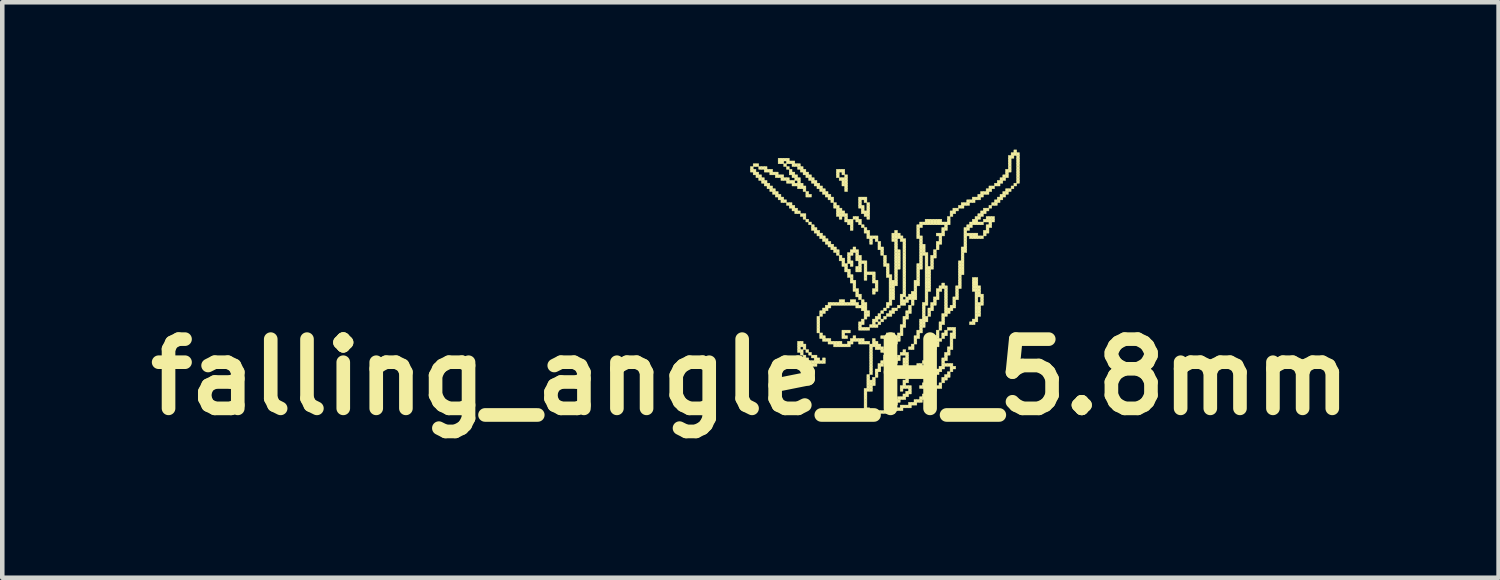
<source format=kicad_pcb>
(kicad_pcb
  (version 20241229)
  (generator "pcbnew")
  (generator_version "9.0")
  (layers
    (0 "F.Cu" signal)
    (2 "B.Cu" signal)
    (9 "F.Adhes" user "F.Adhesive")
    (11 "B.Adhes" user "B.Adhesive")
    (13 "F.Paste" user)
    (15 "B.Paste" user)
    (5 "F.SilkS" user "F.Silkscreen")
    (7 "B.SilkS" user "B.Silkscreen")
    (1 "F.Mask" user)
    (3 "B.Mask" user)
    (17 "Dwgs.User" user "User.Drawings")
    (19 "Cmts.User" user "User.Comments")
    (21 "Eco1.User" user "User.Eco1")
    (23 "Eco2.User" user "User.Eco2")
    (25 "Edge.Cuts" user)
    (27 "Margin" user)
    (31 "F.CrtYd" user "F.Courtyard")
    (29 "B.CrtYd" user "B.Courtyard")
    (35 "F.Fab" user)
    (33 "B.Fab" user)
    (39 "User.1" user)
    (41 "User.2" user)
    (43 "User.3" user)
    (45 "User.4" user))
  (footprint "falling_angle_H_5.8mm"
    (layer "F.Cu")
    (at 13.469 0.25)
    (property "Reference" "falling_angle_H_5.8mm" (at 0 5 0) (layer "F.SilkS") (effects (font (size 1.524 1.524) (thickness 0.3))))
    (attr through_hole)
    (fp_poly (pts (xy 0 0.366) (xy 0.061 0.366) (xy 0.061 0.427) (xy 0 0.427) (xy 0 0.366)) (stroke (width 0.01) (type solid)) (fill yes) (layer "F.SilkS"))
    (fp_poly (pts (xy 0 0.427) (xy 0.061 0.427) (xy 0.061 0.488) (xy 0 0.488) (xy 0 0.427)) (stroke (width 0.01) (type solid)) (fill yes) (layer "F.SilkS"))
    (fp_poly (pts (xy 0.061 0.305) (xy 0.122 0.305) (xy 0.122 0.366) (xy 0.061 0.366) (xy 0.061 0.305)) (stroke (width 0.01) (type solid)) (fill yes) (layer "F.SilkS"))
    (fp_poly (pts (xy 0.061 0.427) (xy 0.122 0.427) (xy 0.122 0.488) (xy 0.061 0.488) (xy 0.061 0.427)) (stroke (width 0.01) (type solid)) (fill yes) (layer "F.SilkS"))
    (fp_poly (pts (xy 0.061 0.488) (xy 0.122 0.488) (xy 0.122 0.549) (xy 0.061 0.549) (xy 0.061 0.488)) (stroke (width 0.01) (type solid)) (fill yes) (layer "F.SilkS"))
    (fp_poly (pts (xy 0.122 0.305) (xy 0.183 0.305) (xy 0.183 0.366) (xy 0.122 0.366) (xy 0.122 0.305)) (stroke (width 0.01) (type solid)) (fill yes) (layer "F.SilkS"))
    (fp_poly (pts (xy 0.122 0.488) (xy 0.183 0.488) (xy 0.183 0.549) (xy 0.122 0.549) (xy 0.122 0.488)) (stroke (width 0.01) (type solid)) (fill yes) (layer "F.SilkS"))
    (fp_poly (pts (xy 0.122 0.549) (xy 0.183 0.549) (xy 0.183 0.611) (xy 0.122 0.611) (xy 0.122 0.549)) (stroke (width 0.01) (type solid)) (fill yes) (layer "F.SilkS"))
    (fp_poly (pts (xy 0.183 0.366) (xy 0.244 0.366) (xy 0.244 0.427) (xy 0.183 0.427) (xy 0.183 0.366)) (stroke (width 0.01) (type solid)) (fill yes) (layer "F.SilkS"))
    (fp_poly (pts (xy 0.183 0.549) (xy 0.244 0.549) (xy 0.244 0.611) (xy 0.183 0.611) (xy 0.183 0.549)) (stroke (width 0.01) (type solid)) (fill yes) (layer "F.SilkS"))
    (fp_poly (pts (xy 0.183 0.611) (xy 0.244 0.611) (xy 0.244 0.672) (xy 0.183 0.672) (xy 0.183 0.611)) (stroke (width 0.01) (type solid)) (fill yes) (layer "F.SilkS"))
    (fp_poly (pts (xy 0.244 0.366) (xy 0.305 0.366) (xy 0.305 0.427) (xy 0.244 0.427) (xy 0.244 0.366)) (stroke (width 0.01) (type solid)) (fill yes) (layer "F.SilkS"))
    (fp_poly (pts (xy 0.244 0.611) (xy 0.305 0.611) (xy 0.305 0.672) (xy 0.244 0.672) (xy 0.244 0.611)) (stroke (width 0.01) (type solid)) (fill yes) (layer "F.SilkS"))
    (fp_poly (pts (xy 0.244 0.672) (xy 0.305 0.672) (xy 0.305 0.733) (xy 0.244 0.733) (xy 0.244 0.672)) (stroke (width 0.01) (type solid)) (fill yes) (layer "F.SilkS"))
    (fp_poly (pts (xy 0.305 0.366) (xy 0.366 0.366) (xy 0.366 0.427) (xy 0.305 0.427) (xy 0.305 0.366)) (stroke (width 0.01) (type solid)) (fill yes) (layer "F.SilkS"))
    (fp_poly (pts (xy 0.305 0.427) (xy 0.366 0.427) (xy 0.366 0.488) (xy 0.305 0.488) (xy 0.305 0.427)) (stroke (width 0.01) (type solid)) (fill yes) (layer "F.SilkS"))
    (fp_poly (pts (xy 0.305 0.672) (xy 0.366 0.672) (xy 0.366 0.733) (xy 0.305 0.733) (xy 0.305 0.672)) (stroke (width 0.01) (type solid)) (fill yes) (layer "F.SilkS"))
    (fp_poly (pts (xy 0.305 0.733) (xy 0.366 0.733) (xy 0.366 0.794) (xy 0.305 0.794) (xy 0.305 0.733)) (stroke (width 0.01) (type solid)) (fill yes) (layer "F.SilkS"))
    (fp_poly (pts (xy 0.366 0.427) (xy 0.427 0.427) (xy 0.427 0.488) (xy 0.366 0.488) (xy 0.366 0.427)) (stroke (width 0.01) (type solid)) (fill yes) (layer "F.SilkS"))
    (fp_poly (pts (xy 0.366 0.733) (xy 0.427 0.733) (xy 0.427 0.794) (xy 0.366 0.794) (xy 0.366 0.733)) (stroke (width 0.01) (type solid)) (fill yes) (layer "F.SilkS"))
    (fp_poly (pts (xy 0.366 0.794) (xy 0.427 0.794) (xy 0.427 0.855) (xy 0.366 0.855) (xy 0.366 0.794)) (stroke (width 0.01) (type solid)) (fill yes) (layer "F.SilkS"))
    (fp_poly (pts (xy 0.427 0.427) (xy 0.488 0.427) (xy 0.488 0.488) (xy 0.427 0.488) (xy 0.427 0.427)) (stroke (width 0.01) (type solid)) (fill yes) (layer "F.SilkS"))
    (fp_poly (pts (xy 0.427 0.488) (xy 0.488 0.488) (xy 0.488 0.549) (xy 0.427 0.549) (xy 0.427 0.488)) (stroke (width 0.01) (type solid)) (fill yes) (layer "F.SilkS"))
    (fp_poly (pts (xy 0.427 0.794) (xy 0.488 0.794) (xy 0.488 0.855) (xy 0.427 0.855) (xy 0.427 0.794)) (stroke (width 0.01) (type solid)) (fill yes) (layer "F.SilkS"))
    (fp_poly (pts (xy 0.427 0.855) (xy 0.488 0.855) (xy 0.488 0.916) (xy 0.427 0.916) (xy 0.427 0.855)) (stroke (width 0.01) (type solid)) (fill yes) (layer "F.SilkS"))
    (fp_poly (pts (xy 0.488 0.488) (xy 0.549 0.488) (xy 0.549 0.549) (xy 0.488 0.549) (xy 0.488 0.488)) (stroke (width 0.01) (type solid)) (fill yes) (layer "F.SilkS"))
    (fp_poly (pts (xy 0.488 0.855) (xy 0.549 0.855) (xy 0.549 0.916) (xy 0.488 0.916) (xy 0.488 0.855)) (stroke (width 0.01) (type solid)) (fill yes) (layer "F.SilkS"))
    (fp_poly (pts (xy 0.488 0.916) (xy 0.549 0.916) (xy 0.549 0.977) (xy 0.488 0.977) (xy 0.488 0.916)) (stroke (width 0.01) (type solid)) (fill yes) (layer "F.SilkS"))
    (fp_poly (pts (xy 0.549 0.488) (xy 0.611 0.488) (xy 0.611 0.549) (xy 0.549 0.549) (xy 0.549 0.488)) (stroke (width 0.01) (type solid)) (fill yes) (layer "F.SilkS"))
    (fp_poly (pts (xy 0.549 0.549) (xy 0.611 0.549) (xy 0.611 0.611) (xy 0.549 0.611) (xy 0.549 0.549)) (stroke (width 0.01) (type solid)) (fill yes) (layer "F.SilkS"))
    (fp_poly (pts (xy 0.549 0.916) (xy 0.611 0.916) (xy 0.611 0.977) (xy 0.549 0.977) (xy 0.549 0.916)) (stroke (width 0.01) (type solid)) (fill yes) (layer "F.SilkS"))
    (fp_poly (pts (xy 0.549 0.977) (xy 0.611 0.977) (xy 0.611 1.038) (xy 0.549 1.038) (xy 0.549 0.977)) (stroke (width 0.01) (type solid)) (fill yes) (layer "F.SilkS"))
    (fp_poly (pts (xy 0.611 0.183) (xy 0.672 0.183) (xy 0.672 0.244) (xy 0.611 0.244) (xy 0.611 0.183)) (stroke (width 0.01) (type solid)) (fill yes) (layer "F.SilkS"))
    (fp_poly (pts (xy 0.611 0.244) (xy 0.672 0.244) (xy 0.672 0.305) (xy 0.611 0.305) (xy 0.611 0.244)) (stroke (width 0.01) (type solid)) (fill yes) (layer "F.SilkS"))
    (fp_poly (pts (xy 0.611 0.549) (xy 0.672 0.549) (xy 0.672 0.611) (xy 0.611 0.611) (xy 0.611 0.549)) (stroke (width 0.01) (type solid)) (fill yes) (layer "F.SilkS"))
    (fp_poly (pts (xy 0.611 0.977) (xy 0.672 0.977) (xy 0.672 1.038) (xy 0.611 1.038) (xy 0.611 0.977)) (stroke (width 0.01) (type solid)) (fill yes) (layer "F.SilkS"))
    (fp_poly (pts (xy 0.611 1.038) (xy 0.672 1.038) (xy 0.672 1.099) (xy 0.611 1.099) (xy 0.611 1.038)) (stroke (width 0.01) (type solid)) (fill yes) (layer "F.SilkS"))
    (fp_poly (pts (xy 0.672 0.183) (xy 0.733 0.183) (xy 0.733 0.244) (xy 0.672 0.244) (xy 0.672 0.183)) (stroke (width 0.01) (type solid)) (fill yes) (layer "F.SilkS"))
    (fp_poly (pts (xy 0.672 0.244) (xy 0.733 0.244) (xy 0.733 0.305) (xy 0.672 0.305) (xy 0.672 0.244)) (stroke (width 0.01) (type solid)) (fill yes) (layer "F.SilkS"))
    (fp_poly (pts (xy 0.672 0.549) (xy 0.733 0.549) (xy 0.733 0.611) (xy 0.672 0.611) (xy 0.672 0.549)) (stroke (width 0.01) (type solid)) (fill yes) (layer "F.SilkS"))
    (fp_poly (pts (xy 0.672 0.611) (xy 0.733 0.611) (xy 0.733 0.672) (xy 0.672 0.672) (xy 0.672 0.611)) (stroke (width 0.01) (type solid)) (fill yes) (layer "F.SilkS"))
    (fp_poly (pts (xy 0.672 1.038) (xy 0.733 1.038) (xy 0.733 1.099) (xy 0.672 1.099) (xy 0.672 1.038)) (stroke (width 0.01) (type solid)) (fill yes) (layer "F.SilkS"))
    (fp_poly (pts (xy 0.672 1.099) (xy 0.733 1.099) (xy 0.733 1.16) (xy 0.672 1.16) (xy 0.672 1.099)) (stroke (width 0.01) (type solid)) (fill yes) (layer "F.SilkS"))
    (fp_poly (pts (xy 0.733 0.183) (xy 0.794 0.183) (xy 0.794 0.244) (xy 0.733 0.244) (xy 0.733 0.183)) (stroke (width 0.01) (type solid)) (fill yes) (layer "F.SilkS"))
    (fp_poly (pts (xy 0.733 0.305) (xy 0.794 0.305) (xy 0.794 0.366) (xy 0.733 0.366) (xy 0.733 0.305)) (stroke (width 0.01) (type solid)) (fill yes) (layer "F.SilkS"))
    (fp_poly (pts (xy 0.733 0.611) (xy 0.794 0.611) (xy 0.794 0.672) (xy 0.733 0.672) (xy 0.733 0.611)) (stroke (width 0.01) (type solid)) (fill yes) (layer "F.SilkS"))
    (fp_poly (pts (xy 0.733 1.099) (xy 0.794 1.099) (xy 0.794 1.16) (xy 0.733 1.16) (xy 0.733 1.099)) (stroke (width 0.01) (type solid)) (fill yes) (layer "F.SilkS"))
    (fp_poly (pts (xy 0.794 0.183) (xy 0.855 0.183) (xy 0.855 0.244) (xy 0.794 0.244) (xy 0.794 0.183)) (stroke (width 0.01) (type solid)) (fill yes) (layer "F.SilkS"))
    (fp_poly (pts (xy 0.794 0.244) (xy 0.855 0.244) (xy 0.855 0.305) (xy 0.794 0.305) (xy 0.794 0.244)) (stroke (width 0.01) (type solid)) (fill yes) (layer "F.SilkS"))
    (fp_poly (pts (xy 0.794 0.366) (xy 0.855 0.366) (xy 0.855 0.427) (xy 0.794 0.427) (xy 0.794 0.366)) (stroke (width 0.01) (type solid)) (fill yes) (layer "F.SilkS"))
    (fp_poly (pts (xy 0.794 0.611) (xy 0.855 0.611) (xy 0.855 0.672) (xy 0.794 0.672) (xy 0.794 0.611)) (stroke (width 0.01) (type solid)) (fill yes) (layer "F.SilkS"))
    (fp_poly (pts (xy 0.794 0.672) (xy 0.855 0.672) (xy 0.855 0.733) (xy 0.794 0.733) (xy 0.794 0.672)) (stroke (width 0.01) (type solid)) (fill yes) (layer "F.SilkS"))
    (fp_poly (pts (xy 0.794 1.16) (xy 0.855 1.16) (xy 0.855 1.221) (xy 0.794 1.221) (xy 0.794 1.16)) (stroke (width 0.01) (type solid)) (fill yes) (layer "F.SilkS"))
    (fp_poly (pts (xy 0.855 0.244) (xy 0.916 0.244) (xy 0.916 0.305) (xy 0.855 0.305) (xy 0.855 0.244)) (stroke (width 0.01) (type solid)) (fill yes) (layer "F.SilkS"))
    (fp_poly (pts (xy 0.855 0.427) (xy 0.916 0.427) (xy 0.916 0.488) (xy 0.855 0.488) (xy 0.855 0.427)) (stroke (width 0.01) (type solid)) (fill yes) (layer "F.SilkS"))
    (fp_poly (pts (xy 0.855 0.488) (xy 0.916 0.488) (xy 0.916 0.549) (xy 0.855 0.549) (xy 0.855 0.488)) (stroke (width 0.01) (type solid)) (fill yes) (layer "F.SilkS"))
    (fp_poly (pts (xy 0.855 0.672) (xy 0.916 0.672) (xy 0.916 0.733) (xy 0.855 0.733) (xy 0.855 0.672)) (stroke (width 0.01) (type solid)) (fill yes) (layer "F.SilkS"))
    (fp_poly (pts (xy 0.855 1.16) (xy 0.916 1.16) (xy 0.916 1.221) (xy 0.855 1.221) (xy 0.855 1.16)) (stroke (width 0.01) (type solid)) (fill yes) (layer "F.SilkS"))
    (fp_poly (pts (xy 0.855 1.221) (xy 0.916 1.221) (xy 0.916 1.282) (xy 0.855 1.282) (xy 0.855 1.221)) (stroke (width 0.01) (type solid)) (fill yes) (layer "F.SilkS"))
    (fp_poly (pts (xy 0.916 0.244) (xy 0.977 0.244) (xy 0.977 0.305) (xy 0.916 0.305) (xy 0.916 0.244)) (stroke (width 0.01) (type solid)) (fill yes) (layer "F.SilkS"))
    (fp_poly (pts (xy 0.916 0.305) (xy 0.977 0.305) (xy 0.977 0.366) (xy 0.916 0.366) (xy 0.916 0.305)) (stroke (width 0.01) (type solid)) (fill yes) (layer "F.SilkS"))
    (fp_poly (pts (xy 0.916 0.488) (xy 0.977 0.488) (xy 0.977 0.549) (xy 0.916 0.549) (xy 0.916 0.488)) (stroke (width 0.01) (type solid)) (fill yes) (layer "F.SilkS"))
    (fp_poly (pts (xy 0.916 0.549) (xy 0.977 0.549) (xy 0.977 0.611) (xy 0.916 0.611) (xy 0.916 0.549)) (stroke (width 0.01) (type solid)) (fill yes) (layer "F.SilkS"))
    (fp_poly (pts (xy 0.916 0.672) (xy 0.977 0.672) (xy 0.977 0.733) (xy 0.916 0.733) (xy 0.916 0.672)) (stroke (width 0.01) (type solid)) (fill yes) (layer "F.SilkS"))
    (fp_poly (pts (xy 0.916 0.733) (xy 0.977 0.733) (xy 0.977 0.794) (xy 0.916 0.794) (xy 0.916 0.733)) (stroke (width 0.01) (type solid)) (fill yes) (layer "F.SilkS"))
    (fp_poly (pts (xy 0.916 1.221) (xy 0.977 1.221) (xy 0.977 1.282) (xy 0.916 1.282) (xy 0.916 1.221)) (stroke (width 0.01) (type solid)) (fill yes) (layer "F.SilkS"))
    (fp_poly (pts (xy 0.916 1.282) (xy 0.977 1.282) (xy 0.977 1.343) (xy 0.916 1.343) (xy 0.916 1.282)) (stroke (width 0.01) (type solid)) (fill yes) (layer "F.SilkS"))
    (fp_poly (pts (xy 0.977 0.305) (xy 1.038 0.305) (xy 1.038 0.366) (xy 0.977 0.366) (xy 0.977 0.305)) (stroke (width 0.01) (type solid)) (fill yes) (layer "F.SilkS"))
    (fp_poly (pts (xy 0.977 0.549) (xy 1.038 0.549) (xy 1.038 0.611) (xy 0.977 0.611) (xy 0.977 0.549)) (stroke (width 0.01) (type solid)) (fill yes) (layer "F.SilkS"))
    (fp_poly (pts (xy 0.977 0.611) (xy 1.038 0.611) (xy 1.038 0.672) (xy 0.977 0.672) (xy 0.977 0.611)) (stroke (width 0.01) (type solid)) (fill yes) (layer "F.SilkS"))
    (fp_poly (pts (xy 0.977 0.733) (xy 1.038 0.733) (xy 1.038 0.794) (xy 0.977 0.794) (xy 0.977 0.733)) (stroke (width 0.01) (type solid)) (fill yes) (layer "F.SilkS"))
    (fp_poly (pts (xy 0.977 1.282) (xy 1.038 1.282) (xy 1.038 1.343) (xy 0.977 1.343) (xy 0.977 1.282)) (stroke (width 0.01) (type solid)) (fill yes) (layer "F.SilkS"))
    (fp_poly (pts (xy 0.977 1.343) (xy 1.038 1.343) (xy 1.038 1.404) (xy 0.977 1.404) (xy 0.977 1.343)) (stroke (width 0.01) (type solid)) (fill yes) (layer "F.SilkS"))
    (fp_poly (pts (xy 1.038 0.305) (xy 1.099 0.305) (xy 1.099 0.366) (xy 1.038 0.366) (xy 1.038 0.305)) (stroke (width 0.01) (type solid)) (fill yes) (layer "F.SilkS"))
    (fp_poly (pts (xy 1.038 0.366) (xy 1.099 0.366) (xy 1.099 0.427) (xy 1.038 0.427) (xy 1.038 0.366)) (stroke (width 0.01) (type solid)) (fill yes) (layer "F.SilkS"))
    (fp_poly (pts (xy 1.038 0.611) (xy 1.099 0.611) (xy 1.099 0.672) (xy 1.038 0.672) (xy 1.038 0.611)) (stroke (width 0.01) (type solid)) (fill yes) (layer "F.SilkS"))
    (fp_poly (pts (xy 1.038 0.672) (xy 1.099 0.672) (xy 1.099 0.733) (xy 1.038 0.733) (xy 1.038 0.672)) (stroke (width 0.01) (type solid)) (fill yes) (layer "F.SilkS"))
    (fp_poly (pts (xy 1.038 0.733) (xy 1.099 0.733) (xy 1.099 0.794) (xy 1.038 0.794) (xy 1.038 0.733)) (stroke (width 0.01) (type solid)) (fill yes) (layer "F.SilkS"))
    (fp_poly (pts (xy 1.038 0.794) (xy 1.099 0.794) (xy 1.099 0.855) (xy 1.038 0.855) (xy 1.038 0.794)) (stroke (width 0.01) (type solid)) (fill yes) (layer "F.SilkS"))
    (fp_poly (pts (xy 1.038 1.343) (xy 1.099 1.343) (xy 1.099 1.404) (xy 1.038 1.404) (xy 1.038 1.343)) (stroke (width 0.01) (type solid)) (fill yes) (layer "F.SilkS"))
    (fp_poly (pts (xy 1.038 4.213) (xy 1.099 4.213) (xy 1.099 4.274) (xy 1.038 4.274) (xy 1.038 4.213)) (stroke (width 0.01) (type solid)) (fill yes) (layer "F.SilkS"))
    (fp_poly (pts (xy 1.038 4.274) (xy 1.099 4.274) (xy 1.099 4.335) (xy 1.038 4.335) (xy 1.038 4.274)) (stroke (width 0.01) (type solid)) (fill yes) (layer "F.SilkS"))
    (fp_poly (pts (xy 1.038 4.335) (xy 1.099 4.335) (xy 1.099 4.396) (xy 1.038 4.396) (xy 1.038 4.335)) (stroke (width 0.01) (type solid)) (fill yes) (layer "F.SilkS"))
    (fp_poly (pts (xy 1.038 4.396) (xy 1.099 4.396) (xy 1.099 4.457) (xy 1.038 4.457) (xy 1.038 4.396)) (stroke (width 0.01) (type solid)) (fill yes) (layer "F.SilkS"))
    (fp_poly (pts (xy 1.099 0.366) (xy 1.16 0.366) (xy 1.16 0.427) (xy 1.099 0.427) (xy 1.099 0.366)) (stroke (width 0.01) (type solid)) (fill yes) (layer "F.SilkS"))
    (fp_poly (pts (xy 1.099 0.427) (xy 1.16 0.427) (xy 1.16 0.488) (xy 1.099 0.488) (xy 1.099 0.427)) (stroke (width 0.01) (type solid)) (fill yes) (layer "F.SilkS"))
    (fp_poly (pts (xy 1.099 0.733) (xy 1.16 0.733) (xy 1.16 0.794) (xy 1.099 0.794) (xy 1.099 0.733)) (stroke (width 0.01) (type solid)) (fill yes) (layer "F.SilkS"))
    (fp_poly (pts (xy 1.099 0.794) (xy 1.16 0.794) (xy 1.16 0.855) (xy 1.099 0.855) (xy 1.099 0.794)) (stroke (width 0.01) (type solid)) (fill yes) (layer "F.SilkS"))
    (fp_poly (pts (xy 1.099 1.404) (xy 1.16 1.404) (xy 1.16 1.465) (xy 1.099 1.465) (xy 1.099 1.404)) (stroke (width 0.01) (type solid)) (fill yes) (layer "F.SilkS"))
    (fp_poly (pts (xy 1.099 4.213) (xy 1.16 4.213) (xy 1.16 4.274) (xy 1.099 4.274) (xy 1.099 4.213)) (stroke (width 0.01) (type solid)) (fill yes) (layer "F.SilkS"))
    (fp_poly (pts (xy 1.099 4.274) (xy 1.16 4.274) (xy 1.16 4.335) (xy 1.099 4.335) (xy 1.099 4.274)) (stroke (width 0.01) (type solid)) (fill yes) (layer "F.SilkS"))
    (fp_poly (pts (xy 1.099 4.396) (xy 1.16 4.396) (xy 1.16 4.457) (xy 1.099 4.457) (xy 1.099 4.396)) (stroke (width 0.01) (type solid)) (fill yes) (layer "F.SilkS"))
    (fp_poly (pts (xy 1.099 4.457) (xy 1.16 4.457) (xy 1.16 4.518) (xy 1.099 4.518) (xy 1.099 4.457)) (stroke (width 0.01) (type solid)) (fill yes) (layer "F.SilkS"))
    (fp_poly (pts (xy 1.16 0.427) (xy 1.221 0.427) (xy 1.221 0.488) (xy 1.16 0.488) (xy 1.16 0.427)) (stroke (width 0.01) (type solid)) (fill yes) (layer "F.SilkS"))
    (fp_poly (pts (xy 1.16 0.488) (xy 1.221 0.488) (xy 1.221 0.549) (xy 1.16 0.549) (xy 1.16 0.488)) (stroke (width 0.01) (type solid)) (fill yes) (layer "F.SilkS"))
    (fp_poly (pts (xy 1.16 0.794) (xy 1.221 0.794) (xy 1.221 0.855) (xy 1.16 0.855) (xy 1.16 0.794)) (stroke (width 0.01) (type solid)) (fill yes) (layer "F.SilkS"))
    (fp_poly (pts (xy 1.16 0.855) (xy 1.221 0.855) (xy 1.221 0.916) (xy 1.16 0.916) (xy 1.16 0.855)) (stroke (width 0.01) (type solid)) (fill yes) (layer "F.SilkS"))
    (fp_poly (pts (xy 1.16 1.404) (xy 1.221 1.404) (xy 1.221 1.465) (xy 1.16 1.465) (xy 1.16 1.404)) (stroke (width 0.01) (type solid)) (fill yes) (layer "F.SilkS"))
    (fp_poly (pts (xy 1.16 1.465) (xy 1.221 1.465) (xy 1.221 1.526) (xy 1.16 1.526) (xy 1.16 1.465)) (stroke (width 0.01) (type solid)) (fill yes) (layer "F.SilkS"))
    (fp_poly (pts (xy 1.16 4.274) (xy 1.221 4.274) (xy 1.221 4.335) (xy 1.16 4.335) (xy 1.16 4.274)) (stroke (width 0.01) (type solid)) (fill yes) (layer "F.SilkS"))
    (fp_poly (pts (xy 1.16 4.335) (xy 1.221 4.335) (xy 1.221 4.396) (xy 1.16 4.396) (xy 1.16 4.335)) (stroke (width 0.01) (type solid)) (fill yes) (layer "F.SilkS"))
    (fp_poly (pts (xy 1.16 4.518) (xy 1.221 4.518) (xy 1.221 4.579) (xy 1.16 4.579) (xy 1.16 4.518)) (stroke (width 0.01) (type solid)) (fill yes) (layer "F.SilkS"))
    (fp_poly (pts (xy 1.16 4.579) (xy 1.221 4.579) (xy 1.221 4.64) (xy 1.16 4.64) (xy 1.16 4.579)) (stroke (width 0.01) (type solid)) (fill yes) (layer "F.SilkS"))
    (fp_poly (pts (xy 1.221 0.488) (xy 1.282 0.488) (xy 1.282 0.549) (xy 1.221 0.549) (xy 1.221 0.488)) (stroke (width 0.01) (type solid)) (fill yes) (layer "F.SilkS"))
    (fp_poly (pts (xy 1.221 0.549) (xy 1.282 0.549) (xy 1.282 0.611) (xy 1.221 0.611) (xy 1.221 0.549)) (stroke (width 0.01) (type solid)) (fill yes) (layer "F.SilkS"))
    (fp_poly (pts (xy 1.221 0.916) (xy 1.282 0.916) (xy 1.282 0.977) (xy 1.221 0.977) (xy 1.221 0.916)) (stroke (width 0.01) (type solid)) (fill yes) (layer "F.SilkS"))
    (fp_poly (pts (xy 1.221 0.977) (xy 1.282 0.977) (xy 1.282 1.038) (xy 1.221 1.038) (xy 1.221 0.977)) (stroke (width 0.01) (type solid)) (fill yes) (layer "F.SilkS"))
    (fp_poly (pts (xy 1.221 1.526) (xy 1.282 1.526) (xy 1.282 1.587) (xy 1.221 1.587) (xy 1.221 1.526)) (stroke (width 0.01) (type solid)) (fill yes) (layer "F.SilkS"))
    (fp_poly (pts (xy 1.221 4.396) (xy 1.282 4.396) (xy 1.282 4.457) (xy 1.221 4.457) (xy 1.221 4.396)) (stroke (width 0.01) (type solid)) (fill yes) (layer "F.SilkS"))
    (fp_poly (pts (xy 1.221 4.579) (xy 1.282 4.579) (xy 1.282 4.64) (xy 1.221 4.64) (xy 1.221 4.579)) (stroke (width 0.01) (type solid)) (fill yes) (layer "F.SilkS"))
    (fp_poly (pts (xy 1.282 0.549) (xy 1.343 0.549) (xy 1.343 0.611) (xy 1.282 0.611) (xy 1.282 0.549)) (stroke (width 0.01) (type solid)) (fill yes) (layer "F.SilkS"))
    (fp_poly (pts (xy 1.282 0.611) (xy 1.343 0.611) (xy 1.343 0.672) (xy 1.282 0.672) (xy 1.282 0.611)) (stroke (width 0.01) (type solid)) (fill yes) (layer "F.SilkS"))
    (fp_poly (pts (xy 1.282 0.977) (xy 1.343 0.977) (xy 1.343 1.038) (xy 1.282 1.038) (xy 1.282 0.977)) (stroke (width 0.01) (type solid)) (fill yes) (layer "F.SilkS"))
    (fp_poly (pts (xy 1.282 1.587) (xy 1.343 1.587) (xy 1.343 1.648) (xy 1.282 1.648) (xy 1.282 1.587)) (stroke (width 0.01) (type solid)) (fill yes) (layer "F.SilkS"))
    (fp_poly (pts (xy 1.282 4.457) (xy 1.343 4.457) (xy 1.343 4.518) (xy 1.282 4.518) (xy 1.282 4.457)) (stroke (width 0.01) (type solid)) (fill yes) (layer "F.SilkS"))
    (fp_poly (pts (xy 1.282 4.64) (xy 1.343 4.64) (xy 1.343 4.701) (xy 1.282 4.701) (xy 1.282 4.64)) (stroke (width 0.01) (type solid)) (fill yes) (layer "F.SilkS"))
    (fp_poly (pts (xy 1.343 0.611) (xy 1.404 0.611) (xy 1.404 0.672) (xy 1.343 0.672) (xy 1.343 0.611)) (stroke (width 0.01) (type solid)) (fill yes) (layer "F.SilkS"))
    (fp_poly (pts (xy 1.343 0.672) (xy 1.404 0.672) (xy 1.404 0.733) (xy 1.343 0.733) (xy 1.343 0.672)) (stroke (width 0.01) (type solid)) (fill yes) (layer "F.SilkS"))
    (fp_poly (pts (xy 1.343 1.648) (xy 1.404 1.648) (xy 1.404 1.709) (xy 1.343 1.709) (xy 1.343 1.648)) (stroke (width 0.01) (type solid)) (fill yes) (layer "F.SilkS"))
    (fp_poly (pts (xy 1.343 1.709) (xy 1.404 1.709) (xy 1.404 1.771) (xy 1.343 1.771) (xy 1.343 1.709)) (stroke (width 0.01) (type solid)) (fill yes) (layer "F.SilkS"))
    (fp_poly (pts (xy 1.343 4.518) (xy 1.404 4.518) (xy 1.404 4.579) (xy 1.343 4.579) (xy 1.343 4.518)) (stroke (width 0.01) (type solid)) (fill yes) (layer "F.SilkS"))
    (fp_poly (pts (xy 1.343 4.64) (xy 1.404 4.64) (xy 1.404 4.701) (xy 1.343 4.701) (xy 1.343 4.64)) (stroke (width 0.01) (type solid)) (fill yes) (layer "F.SilkS"))
    (fp_poly (pts (xy 1.343 4.701) (xy 1.404 4.701) (xy 1.404 4.762) (xy 1.343 4.762) (xy 1.343 4.701)) (stroke (width 0.01) (type solid)) (fill yes) (layer "F.SilkS"))
    (fp_poly (pts (xy 1.404 0.672) (xy 1.465 0.672) (xy 1.465 0.733) (xy 1.404 0.733) (xy 1.404 0.672)) (stroke (width 0.01) (type solid)) (fill yes) (layer "F.SilkS"))
    (fp_poly (pts (xy 1.404 0.733) (xy 1.465 0.733) (xy 1.465 0.794) (xy 1.404 0.794) (xy 1.404 0.733)) (stroke (width 0.01) (type solid)) (fill yes) (layer "F.SilkS"))
    (fp_poly (pts (xy 1.404 1.709) (xy 1.465 1.709) (xy 1.465 1.771) (xy 1.404 1.771) (xy 1.404 1.709)) (stroke (width 0.01) (type solid)) (fill yes) (layer "F.SilkS"))
    (fp_poly (pts (xy 1.404 1.771) (xy 1.465 1.771) (xy 1.465 1.832) (xy 1.404 1.832) (xy 1.404 1.771)) (stroke (width 0.01) (type solid)) (fill yes) (layer "F.SilkS"))
    (fp_poly (pts (xy 1.404 4.518) (xy 1.465 4.518) (xy 1.465 4.579) (xy 1.404 4.579) (xy 1.404 4.518)) (stroke (width 0.01) (type solid)) (fill yes) (layer "F.SilkS"))
    (fp_poly (pts (xy 1.404 4.579) (xy 1.465 4.579) (xy 1.465 4.64) (xy 1.404 4.64) (xy 1.404 4.579)) (stroke (width 0.01) (type solid)) (fill yes) (layer "F.SilkS"))
    (fp_poly (pts (xy 1.404 4.64) (xy 1.465 4.64) (xy 1.465 4.701) (xy 1.404 4.701) (xy 1.404 4.64)) (stroke (width 0.01) (type solid)) (fill yes) (layer "F.SilkS"))
    (fp_poly (pts (xy 1.404 4.701) (xy 1.465 4.701) (xy 1.465 4.762) (xy 1.404 4.762) (xy 1.404 4.701)) (stroke (width 0.01) (type solid)) (fill yes) (layer "F.SilkS"))
    (fp_poly (pts (xy 1.465 0.733) (xy 1.526 0.733) (xy 1.526 0.794) (xy 1.465 0.794) (xy 1.465 0.733)) (stroke (width 0.01) (type solid)) (fill yes) (layer "F.SilkS"))
    (fp_poly (pts (xy 1.465 0.794) (xy 1.526 0.794) (xy 1.526 0.855) (xy 1.465 0.855) (xy 1.465 0.794)) (stroke (width 0.01) (type solid)) (fill yes) (layer "F.SilkS"))
    (fp_poly (pts (xy 1.465 1.771) (xy 1.526 1.771) (xy 1.526 1.832) (xy 1.465 1.832) (xy 1.465 1.771)) (stroke (width 0.01) (type solid)) (fill yes) (layer "F.SilkS"))
    (fp_poly (pts (xy 1.465 1.832) (xy 1.526 1.832) (xy 1.526 1.893) (xy 1.465 1.893) (xy 1.465 1.832)) (stroke (width 0.01) (type solid)) (fill yes) (layer "F.SilkS"))
    (fp_poly (pts (xy 1.465 3.663) (xy 1.526 3.663) (xy 1.526 3.724) (xy 1.465 3.724) (xy 1.465 3.663)) (stroke (width 0.01) (type solid)) (fill yes) (layer "F.SilkS"))
    (fp_poly (pts (xy 1.465 3.724) (xy 1.526 3.724) (xy 1.526 3.785) (xy 1.465 3.785) (xy 1.465 3.724)) (stroke (width 0.01) (type solid)) (fill yes) (layer "F.SilkS"))
    (fp_poly (pts (xy 1.465 3.785) (xy 1.526 3.785) (xy 1.526 3.846) (xy 1.465 3.846) (xy 1.465 3.785)) (stroke (width 0.01) (type solid)) (fill yes) (layer "F.SilkS"))
    (fp_poly (pts (xy 1.465 3.846) (xy 1.526 3.846) (xy 1.526 3.907) (xy 1.465 3.907) (xy 1.465 3.846)) (stroke (width 0.01) (type solid)) (fill yes) (layer "F.SilkS"))
    (fp_poly (pts (xy 1.465 3.907) (xy 1.526 3.907) (xy 1.526 3.968) (xy 1.465 3.968) (xy 1.465 3.907)) (stroke (width 0.01) (type solid)) (fill yes) (layer "F.SilkS"))
    (fp_poly (pts (xy 1.465 3.968) (xy 1.526 3.968) (xy 1.526 4.029) (xy 1.465 4.029) (xy 1.465 3.968)) (stroke (width 0.01) (type solid)) (fill yes) (layer "F.SilkS"))
    (fp_poly (pts (xy 1.465 4.579) (xy 1.526 4.579) (xy 1.526 4.64) (xy 1.465 4.64) (xy 1.465 4.579)) (stroke (width 0.01) (type solid)) (fill yes) (layer "F.SilkS"))
    (fp_poly (pts (xy 1.465 4.64) (xy 1.526 4.64) (xy 1.526 4.701) (xy 1.465 4.701) (xy 1.465 4.64)) (stroke (width 0.01) (type solid)) (fill yes) (layer "F.SilkS"))
    (fp_poly (pts (xy 1.526 0.794) (xy 1.587 0.794) (xy 1.587 0.855) (xy 1.526 0.855) (xy 1.526 0.794)) (stroke (width 0.01) (type solid)) (fill yes) (layer "F.SilkS"))
    (fp_poly (pts (xy 1.526 0.855) (xy 1.587 0.855) (xy 1.587 0.916) (xy 1.526 0.916) (xy 1.526 0.855)) (stroke (width 0.01) (type solid)) (fill yes) (layer "F.SilkS"))
    (fp_poly (pts (xy 1.526 1.832) (xy 1.587 1.832) (xy 1.587 1.893) (xy 1.526 1.893) (xy 1.526 1.832)) (stroke (width 0.01) (type solid)) (fill yes) (layer "F.SilkS"))
    (fp_poly (pts (xy 1.526 1.893) (xy 1.587 1.893) (xy 1.587 1.954) (xy 1.526 1.954) (xy 1.526 1.893)) (stroke (width 0.01) (type solid)) (fill yes) (layer "F.SilkS"))
    (fp_poly (pts (xy 1.526 3.541) (xy 1.587 3.541) (xy 1.587 3.602) (xy 1.526 3.602) (xy 1.526 3.541)) (stroke (width 0.01) (type solid)) (fill yes) (layer "F.SilkS"))
    (fp_poly (pts (xy 1.526 3.602) (xy 1.587 3.602) (xy 1.587 3.663) (xy 1.526 3.663) (xy 1.526 3.602)) (stroke (width 0.01) (type solid)) (fill yes) (layer "F.SilkS"))
    (fp_poly (pts (xy 1.526 4.029) (xy 1.587 4.029) (xy 1.587 4.091) (xy 1.526 4.091) (xy 1.526 4.029)) (stroke (width 0.01) (type solid)) (fill yes) (layer "F.SilkS"))
    (fp_poly (pts (xy 1.526 4.091) (xy 1.587 4.091) (xy 1.587 4.152) (xy 1.526 4.152) (xy 1.526 4.091)) (stroke (width 0.01) (type solid)) (fill yes) (layer "F.SilkS"))
    (fp_poly (pts (xy 1.526 4.64) (xy 1.587 4.64) (xy 1.587 4.701) (xy 1.526 4.701) (xy 1.526 4.64)) (stroke (width 0.01) (type solid)) (fill yes) (layer "F.SilkS"))
    (fp_poly (pts (xy 1.587 0.855) (xy 1.648 0.855) (xy 1.648 0.916) (xy 1.587 0.916) (xy 1.587 0.855)) (stroke (width 0.01) (type solid)) (fill yes) (layer "F.SilkS"))
    (fp_poly (pts (xy 1.587 0.916) (xy 1.648 0.916) (xy 1.648 0.977) (xy 1.587 0.977) (xy 1.587 0.916)) (stroke (width 0.01) (type solid)) (fill yes) (layer "F.SilkS"))
    (fp_poly (pts (xy 1.587 1.893) (xy 1.648 1.893) (xy 1.648 1.954) (xy 1.587 1.954) (xy 1.587 1.893)) (stroke (width 0.01) (type solid)) (fill yes) (layer "F.SilkS"))
    (fp_poly (pts (xy 1.587 1.954) (xy 1.648 1.954) (xy 1.648 2.015) (xy 1.587 2.015) (xy 1.587 1.954)) (stroke (width 0.01) (type solid)) (fill yes) (layer "F.SilkS"))
    (fp_poly (pts (xy 1.587 3.48) (xy 1.648 3.48) (xy 1.648 3.541) (xy 1.587 3.541) (xy 1.587 3.48)) (stroke (width 0.01) (type solid)) (fill yes) (layer "F.SilkS"))
    (fp_poly (pts (xy 1.587 3.541) (xy 1.648 3.541) (xy 1.648 3.602) (xy 1.587 3.602) (xy 1.587 3.541)) (stroke (width 0.01) (type solid)) (fill yes) (layer "F.SilkS"))
    (fp_poly (pts (xy 1.587 4.091) (xy 1.648 4.091) (xy 1.648 4.152) (xy 1.587 4.152) (xy 1.587 4.091)) (stroke (width 0.01) (type solid)) (fill yes) (layer "F.SilkS"))
    (fp_poly (pts (xy 1.587 4.152) (xy 1.648 4.152) (xy 1.648 4.213) (xy 1.587 4.213) (xy 1.587 4.152)) (stroke (width 0.01) (type solid)) (fill yes) (layer "F.SilkS"))
    (fp_poly (pts (xy 1.587 4.579) (xy 1.648 4.579) (xy 1.648 4.64) (xy 1.587 4.64) (xy 1.587 4.579)) (stroke (width 0.01) (type solid)) (fill yes) (layer "F.SilkS"))
    (fp_poly (pts (xy 1.587 4.64) (xy 1.648 4.64) (xy 1.648 4.701) (xy 1.587 4.701) (xy 1.587 4.64)) (stroke (width 0.01) (type solid)) (fill yes) (layer "F.SilkS"))
    (fp_poly (pts (xy 1.648 0.916) (xy 1.709 0.916) (xy 1.709 0.977) (xy 1.648 0.977) (xy 1.648 0.916)) (stroke (width 0.01) (type solid)) (fill yes) (layer "F.SilkS"))
    (fp_poly (pts (xy 1.648 0.977) (xy 1.709 0.977) (xy 1.709 1.038) (xy 1.648 1.038) (xy 1.648 0.977)) (stroke (width 0.01) (type solid)) (fill yes) (layer "F.SilkS"))
    (fp_poly (pts (xy 1.648 1.954) (xy 1.709 1.954) (xy 1.709 2.015) (xy 1.648 2.015) (xy 1.648 1.954)) (stroke (width 0.01) (type solid)) (fill yes) (layer "F.SilkS"))
    (fp_poly (pts (xy 1.648 2.015) (xy 1.709 2.015) (xy 1.709 2.076) (xy 1.648 2.076) (xy 1.648 2.015)) (stroke (width 0.01) (type solid)) (fill yes) (layer "F.SilkS"))
    (fp_poly (pts (xy 1.648 3.419) (xy 1.709 3.419) (xy 1.709 3.48) (xy 1.648 3.48) (xy 1.648 3.419)) (stroke (width 0.01) (type solid)) (fill yes) (layer "F.SilkS"))
    (fp_poly (pts (xy 1.648 3.48) (xy 1.709 3.48) (xy 1.709 3.541) (xy 1.648 3.541) (xy 1.648 3.48)) (stroke (width 0.01) (type solid)) (fill yes) (layer "F.SilkS"))
    (fp_poly (pts (xy 1.648 4.152) (xy 1.709 4.152) (xy 1.709 4.213) (xy 1.648 4.213) (xy 1.648 4.152)) (stroke (width 0.01) (type solid)) (fill yes) (layer "F.SilkS"))
    (fp_poly (pts (xy 1.709 0.977) (xy 1.771 0.977) (xy 1.771 1.038) (xy 1.709 1.038) (xy 1.709 0.977)) (stroke (width 0.01) (type solid)) (fill yes) (layer "F.SilkS"))
    (fp_poly (pts (xy 1.709 1.038) (xy 1.771 1.038) (xy 1.771 1.099) (xy 1.709 1.099) (xy 1.709 1.038)) (stroke (width 0.01) (type solid)) (fill yes) (layer "F.SilkS"))
    (fp_poly (pts (xy 1.709 2.015) (xy 1.771 2.015) (xy 1.771 2.076) (xy 1.709 2.076) (xy 1.709 2.015)) (stroke (width 0.01) (type solid)) (fill yes) (layer "F.SilkS"))
    (fp_poly (pts (xy 1.709 2.076) (xy 1.771 2.076) (xy 1.771 2.137) (xy 1.709 2.137) (xy 1.709 2.076)) (stroke (width 0.01) (type solid)) (fill yes) (layer "F.SilkS"))
    (fp_poly (pts (xy 1.709 3.358) (xy 1.771 3.358) (xy 1.771 3.419) (xy 1.709 3.419) (xy 1.709 3.358)) (stroke (width 0.01) (type solid)) (fill yes) (layer "F.SilkS"))
    (fp_poly (pts (xy 1.709 3.419) (xy 1.771 3.419) (xy 1.771 3.48) (xy 1.709 3.48) (xy 1.709 3.419)) (stroke (width 0.01) (type solid)) (fill yes) (layer "F.SilkS"))
    (fp_poly (pts (xy 1.709 4.152) (xy 1.771 4.152) (xy 1.771 4.213) (xy 1.709 4.213) (xy 1.709 4.152)) (stroke (width 0.01) (type solid)) (fill yes) (layer "F.SilkS"))
    (fp_poly (pts (xy 1.709 4.213) (xy 1.771 4.213) (xy 1.771 4.274) (xy 1.709 4.274) (xy 1.709 4.213)) (stroke (width 0.01) (type solid)) (fill yes) (layer "F.SilkS"))
    (fp_poly (pts (xy 1.771 1.038) (xy 1.832 1.038) (xy 1.832 1.099) (xy 1.771 1.099) (xy 1.771 1.038)) (stroke (width 0.01) (type solid)) (fill yes) (layer "F.SilkS"))
    (fp_poly (pts (xy 1.771 1.099) (xy 1.832 1.099) (xy 1.832 1.16) (xy 1.771 1.16) (xy 1.771 1.099)) (stroke (width 0.01) (type solid)) (fill yes) (layer "F.SilkS"))
    (fp_poly (pts (xy 1.771 2.076) (xy 1.832 2.076) (xy 1.832 2.137) (xy 1.771 2.137) (xy 1.771 2.076)) (stroke (width 0.01) (type solid)) (fill yes) (layer "F.SilkS"))
    (fp_poly (pts (xy 1.771 2.137) (xy 1.832 2.137) (xy 1.832 2.198) (xy 1.771 2.198) (xy 1.771 2.137)) (stroke (width 0.01) (type solid)) (fill yes) (layer "F.SilkS"))
    (fp_poly (pts (xy 1.771 3.358) (xy 1.832 3.358) (xy 1.832 3.419) (xy 1.771 3.419) (xy 1.771 3.358)) (stroke (width 0.01) (type solid)) (fill yes) (layer "F.SilkS"))
    (fp_poly (pts (xy 1.771 4.213) (xy 1.832 4.213) (xy 1.832 4.274) (xy 1.771 4.274) (xy 1.771 4.213)) (stroke (width 0.01) (type solid)) (fill yes) (layer "F.SilkS"))
    (fp_poly (pts (xy 1.832 1.16) (xy 1.893 1.16) (xy 1.893 1.221) (xy 1.832 1.221) (xy 1.832 1.16)) (stroke (width 0.01) (type solid)) (fill yes) (layer "F.SilkS"))
    (fp_poly (pts (xy 1.832 1.221) (xy 1.893 1.221) (xy 1.893 1.282) (xy 1.832 1.282) (xy 1.832 1.221)) (stroke (width 0.01) (type solid)) (fill yes) (layer "F.SilkS"))
    (fp_poly (pts (xy 1.832 2.137) (xy 1.893 2.137) (xy 1.893 2.198) (xy 1.832 2.198) (xy 1.832 2.137)) (stroke (width 0.01) (type solid)) (fill yes) (layer "F.SilkS"))
    (fp_poly (pts (xy 1.832 2.198) (xy 1.893 2.198) (xy 1.893 2.259) (xy 1.832 2.259) (xy 1.832 2.198)) (stroke (width 0.01) (type solid)) (fill yes) (layer "F.SilkS"))
    (fp_poly (pts (xy 1.832 3.358) (xy 1.893 3.358) (xy 1.893 3.419) (xy 1.832 3.419) (xy 1.832 3.358)) (stroke (width 0.01) (type solid)) (fill yes) (layer "F.SilkS"))
    (fp_poly (pts (xy 1.832 4.213) (xy 1.893 4.213) (xy 1.893 4.274) (xy 1.832 4.274) (xy 1.832 4.213)) (stroke (width 0.01) (type solid)) (fill yes) (layer "F.SilkS"))
    (fp_poly (pts (xy 1.832 4.274) (xy 1.893 4.274) (xy 1.893 4.335) (xy 1.832 4.335) (xy 1.832 4.274)) (stroke (width 0.01) (type solid)) (fill yes) (layer "F.SilkS"))
    (fp_poly (pts (xy 1.893 0.427) (xy 1.954 0.427) (xy 1.954 0.488) (xy 1.893 0.488) (xy 1.893 0.427)) (stroke (width 0.01) (type solid)) (fill yes) (layer "F.SilkS"))
    (fp_poly (pts (xy 1.893 0.488) (xy 1.954 0.488) (xy 1.954 0.549) (xy 1.893 0.549) (xy 1.893 0.488)) (stroke (width 0.01) (type solid)) (fill yes) (layer "F.SilkS"))
    (fp_poly (pts (xy 1.893 0.549) (xy 1.954 0.549) (xy 1.954 0.611) (xy 1.893 0.611) (xy 1.893 0.549)) (stroke (width 0.01) (type solid)) (fill yes) (layer "F.SilkS"))
    (fp_poly (pts (xy 1.893 1.221) (xy 1.954 1.221) (xy 1.954 1.282) (xy 1.893 1.282) (xy 1.893 1.221)) (stroke (width 0.01) (type solid)) (fill yes) (layer "F.SilkS"))
    (fp_poly (pts (xy 1.893 1.282) (xy 1.954 1.282) (xy 1.954 1.343) (xy 1.893 1.343) (xy 1.893 1.282)) (stroke (width 0.01) (type solid)) (fill yes) (layer "F.SilkS"))
    (fp_poly (pts (xy 1.893 1.343) (xy 1.954 1.343) (xy 1.954 1.404) (xy 1.893 1.404) (xy 1.893 1.343)) (stroke (width 0.01) (type solid)) (fill yes) (layer "F.SilkS"))
    (fp_poly (pts (xy 1.893 1.404) (xy 1.954 1.404) (xy 1.954 1.465) (xy 1.893 1.465) (xy 1.893 1.404)) (stroke (width 0.01) (type solid)) (fill yes) (layer "F.SilkS"))
    (fp_poly (pts (xy 1.893 2.198) (xy 1.954 2.198) (xy 1.954 2.259) (xy 1.893 2.259) (xy 1.893 2.198)) (stroke (width 0.01) (type solid)) (fill yes) (layer "F.SilkS"))
    (fp_poly (pts (xy 1.893 2.259) (xy 1.954 2.259) (xy 1.954 2.32) (xy 1.893 2.32) (xy 1.893 2.259)) (stroke (width 0.01) (type solid)) (fill yes) (layer "F.SilkS"))
    (fp_poly (pts (xy 1.893 3.358) (xy 1.954 3.358) (xy 1.954 3.419) (xy 1.893 3.419) (xy 1.893 3.358)) (stroke (width 0.01) (type solid)) (fill yes) (layer "F.SilkS"))
    (fp_poly (pts (xy 1.893 4.213) (xy 1.954 4.213) (xy 1.954 4.274) (xy 1.893 4.274) (xy 1.893 4.213)) (stroke (width 0.01) (type solid)) (fill yes) (layer "F.SilkS"))
    (fp_poly (pts (xy 1.893 4.274) (xy 1.954 4.274) (xy 1.954 4.335) (xy 1.893 4.335) (xy 1.893 4.274)) (stroke (width 0.01) (type solid)) (fill yes) (layer "F.SilkS"))
    (fp_poly (pts (xy 1.954 0.427) (xy 2.015 0.427) (xy 2.015 0.488) (xy 1.954 0.488) (xy 1.954 0.427)) (stroke (width 0.01) (type solid)) (fill yes) (layer "F.SilkS"))
    (fp_poly (pts (xy 1.954 0.611) (xy 2.015 0.611) (xy 2.015 0.672) (xy 1.954 0.672) (xy 1.954 0.611)) (stroke (width 0.01) (type solid)) (fill yes) (layer "F.SilkS"))
    (fp_poly (pts (xy 1.954 1.282) (xy 2.015 1.282) (xy 2.015 1.343) (xy 1.954 1.343) (xy 1.954 1.282)) (stroke (width 0.01) (type solid)) (fill yes) (layer "F.SilkS"))
    (fp_poly (pts (xy 1.954 1.343) (xy 2.015 1.343) (xy 2.015 1.404) (xy 1.954 1.404) (xy 1.954 1.343)) (stroke (width 0.01) (type solid)) (fill yes) (layer "F.SilkS"))
    (fp_poly (pts (xy 1.954 1.404) (xy 2.015 1.404) (xy 2.015 1.465) (xy 1.954 1.465) (xy 1.954 1.404)) (stroke (width 0.01) (type solid)) (fill yes) (layer "F.SilkS"))
    (fp_poly (pts (xy 1.954 1.465) (xy 2.015 1.465) (xy 2.015 1.526) (xy 1.954 1.526) (xy 1.954 1.465)) (stroke (width 0.01) (type solid)) (fill yes) (layer "F.SilkS"))
    (fp_poly (pts (xy 1.954 2.32) (xy 2.015 2.32) (xy 2.015 2.381) (xy 1.954 2.381) (xy 1.954 2.32)) (stroke (width 0.01) (type solid)) (fill yes) (layer "F.SilkS"))
    (fp_poly (pts (xy 1.954 2.381) (xy 2.015 2.381) (xy 2.015 2.442) (xy 1.954 2.442) (xy 1.954 2.381)) (stroke (width 0.01) (type solid)) (fill yes) (layer "F.SilkS"))
    (fp_poly (pts (xy 1.954 3.297) (xy 2.015 3.297) (xy 2.015 3.358) (xy 1.954 3.358) (xy 1.954 3.297)) (stroke (width 0.01) (type solid)) (fill yes) (layer "F.SilkS"))
    (fp_poly (pts (xy 1.954 3.358) (xy 2.015 3.358) (xy 2.015 3.419) (xy 1.954 3.419) (xy 1.954 3.358)) (stroke (width 0.01) (type solid)) (fill yes) (layer "F.SilkS"))
    (fp_poly (pts (xy 1.954 4.213) (xy 2.015 4.213) (xy 2.015 4.274) (xy 1.954 4.274) (xy 1.954 4.213)) (stroke (width 0.01) (type solid)) (fill yes) (layer "F.SilkS"))
    (fp_poly (pts (xy 1.954 4.274) (xy 2.015 4.274) (xy 2.015 4.335) (xy 1.954 4.335) (xy 1.954 4.274)) (stroke (width 0.01) (type solid)) (fill yes) (layer "F.SilkS"))
    (fp_poly (pts (xy 2.015 0.427) (xy 2.076 0.427) (xy 2.076 0.488) (xy 2.015 0.488) (xy 2.015 0.427)) (stroke (width 0.01) (type solid)) (fill yes) (layer "F.SilkS"))
    (fp_poly (pts (xy 2.015 0.488) (xy 2.076 0.488) (xy 2.076 0.549) (xy 2.015 0.549) (xy 2.015 0.488)) (stroke (width 0.01) (type solid)) (fill yes) (layer "F.SilkS"))
    (fp_poly (pts (xy 2.015 0.611) (xy 2.076 0.611) (xy 2.076 0.672) (xy 2.015 0.672) (xy 2.015 0.611)) (stroke (width 0.01) (type solid)) (fill yes) (layer "F.SilkS"))
    (fp_poly (pts (xy 2.015 0.672) (xy 2.076 0.672) (xy 2.076 0.733) (xy 2.015 0.733) (xy 2.015 0.672)) (stroke (width 0.01) (type solid)) (fill yes) (layer "F.SilkS"))
    (fp_poly (pts (xy 2.015 0.733) (xy 2.076 0.733) (xy 2.076 0.794) (xy 2.015 0.794) (xy 2.015 0.733)) (stroke (width 0.01) (type solid)) (fill yes) (layer "F.SilkS"))
    (fp_poly (pts (xy 2.015 1.343) (xy 2.076 1.343) (xy 2.076 1.404) (xy 2.015 1.404) (xy 2.015 1.343)) (stroke (width 0.01) (type solid)) (fill yes) (layer "F.SilkS"))
    (fp_poly (pts (xy 2.015 1.404) (xy 2.076 1.404) (xy 2.076 1.465) (xy 2.015 1.465) (xy 2.015 1.404)) (stroke (width 0.01) (type solid)) (fill yes) (layer "F.SilkS"))
    (fp_poly (pts (xy 2.015 2.381) (xy 2.076 2.381) (xy 2.076 2.442) (xy 2.015 2.442) (xy 2.015 2.381)) (stroke (width 0.01) (type solid)) (fill yes) (layer "F.SilkS"))
    (fp_poly (pts (xy 2.015 2.442) (xy 2.076 2.442) (xy 2.076 2.503) (xy 2.015 2.503) (xy 2.015 2.442)) (stroke (width 0.01) (type solid)) (fill yes) (layer "F.SilkS"))
    (fp_poly (pts (xy 2.015 2.503) (xy 2.076 2.503) (xy 2.076 2.564) (xy 2.015 2.564) (xy 2.015 2.503)) (stroke (width 0.01) (type solid)) (fill yes) (layer "F.SilkS"))
    (fp_poly (pts (xy 2.015 3.297) (xy 2.076 3.297) (xy 2.076 3.358) (xy 2.015 3.358) (xy 2.015 3.297)) (stroke (width 0.01) (type solid)) (fill yes) (layer "F.SilkS"))
    (fp_poly (pts (xy 2.015 3.358) (xy 2.076 3.358) (xy 2.076 3.419) (xy 2.015 3.419) (xy 2.015 3.358)) (stroke (width 0.01) (type solid)) (fill yes) (layer "F.SilkS"))
    (fp_poly (pts (xy 2.015 3.968) (xy 2.076 3.968) (xy 2.076 4.029) (xy 2.015 4.029) (xy 2.015 3.968)) (stroke (width 0.01) (type solid)) (fill yes) (layer "F.SilkS"))
    (fp_poly (pts (xy 2.015 4.029) (xy 2.076 4.029) (xy 2.076 4.091) (xy 2.015 4.091) (xy 2.015 4.029)) (stroke (width 0.01) (type solid)) (fill yes) (layer "F.SilkS"))
    (fp_poly (pts (xy 2.015 4.091) (xy 2.076 4.091) (xy 2.076 4.152) (xy 2.015 4.152) (xy 2.015 4.091)) (stroke (width 0.01) (type solid)) (fill yes) (layer "F.SilkS"))
    (fp_poly (pts (xy 2.015 4.274) (xy 2.076 4.274) (xy 2.076 4.335) (xy 2.015 4.335) (xy 2.015 4.274)) (stroke (width 0.01) (type solid)) (fill yes) (layer "F.SilkS"))
    (fp_poly (pts (xy 2.076 0.549) (xy 2.137 0.549) (xy 2.137 0.611) (xy 2.076 0.611) (xy 2.076 0.549)) (stroke (width 0.01) (type solid)) (fill yes) (layer "F.SilkS"))
    (fp_poly (pts (xy 2.076 0.611) (xy 2.137 0.611) (xy 2.137 0.672) (xy 2.076 0.672) (xy 2.076 0.611)) (stroke (width 0.01) (type solid)) (fill yes) (layer "F.SilkS"))
    (fp_poly (pts (xy 2.076 0.672) (xy 2.137 0.672) (xy 2.137 0.733) (xy 2.076 0.733) (xy 2.076 0.672)) (stroke (width 0.01) (type solid)) (fill yes) (layer "F.SilkS"))
    (fp_poly (pts (xy 2.076 0.733) (xy 2.137 0.733) (xy 2.137 0.794) (xy 2.076 0.794) (xy 2.076 0.733)) (stroke (width 0.01) (type solid)) (fill yes) (layer "F.SilkS"))
    (fp_poly (pts (xy 2.076 0.794) (xy 2.137 0.794) (xy 2.137 0.855) (xy 2.076 0.855) (xy 2.076 0.794)) (stroke (width 0.01) (type solid)) (fill yes) (layer "F.SilkS"))
    (fp_poly (pts (xy 2.076 0.855) (xy 2.137 0.855) (xy 2.137 0.916) (xy 2.076 0.916) (xy 2.076 0.855)) (stroke (width 0.01) (type solid)) (fill yes) (layer "F.SilkS"))
    (fp_poly (pts (xy 2.076 1.404) (xy 2.137 1.404) (xy 2.137 1.465) (xy 2.076 1.465) (xy 2.076 1.404)) (stroke (width 0.01) (type solid)) (fill yes) (layer "F.SilkS"))
    (fp_poly (pts (xy 2.076 1.465) (xy 2.137 1.465) (xy 2.137 1.526) (xy 2.076 1.526) (xy 2.076 1.465)) (stroke (width 0.01) (type solid)) (fill yes) (layer "F.SilkS"))
    (fp_poly (pts (xy 2.076 1.526) (xy 2.137 1.526) (xy 2.137 1.587) (xy 2.076 1.587) (xy 2.076 1.526)) (stroke (width 0.01) (type solid)) (fill yes) (layer "F.SilkS"))
    (fp_poly (pts (xy 2.076 2.503) (xy 2.137 2.503) (xy 2.137 2.564) (xy 2.076 2.564) (xy 2.076 2.503)) (stroke (width 0.01) (type solid)) (fill yes) (layer "F.SilkS"))
    (fp_poly (pts (xy 2.076 2.564) (xy 2.137 2.564) (xy 2.137 2.625) (xy 2.076 2.625) (xy 2.076 2.564)) (stroke (width 0.01) (type solid)) (fill yes) (layer "F.SilkS"))
    (fp_poly (pts (xy 2.076 2.625) (xy 2.137 2.625) (xy 2.137 2.686) (xy 2.076 2.686) (xy 2.076 2.625)) (stroke (width 0.01) (type solid)) (fill yes) (layer "F.SilkS"))
    (fp_poly (pts (xy 2.076 3.358) (xy 2.137 3.358) (xy 2.137 3.419) (xy 2.076 3.419) (xy 2.076 3.358)) (stroke (width 0.01) (type solid)) (fill yes) (layer "F.SilkS"))
    (fp_poly (pts (xy 2.076 3.968) (xy 2.137 3.968) (xy 2.137 4.029) (xy 2.076 4.029) (xy 2.076 3.968)) (stroke (width 0.01) (type solid)) (fill yes) (layer "F.SilkS"))
    (fp_poly (pts (xy 2.076 4.091) (xy 2.137 4.091) (xy 2.137 4.152) (xy 2.076 4.152) (xy 2.076 4.091)) (stroke (width 0.01) (type solid)) (fill yes) (layer "F.SilkS"))
    (fp_poly (pts (xy 2.076 4.274) (xy 2.137 4.274) (xy 2.137 4.335) (xy 2.076 4.335) (xy 2.076 4.274)) (stroke (width 0.01) (type solid)) (fill yes) (layer "F.SilkS"))
    (fp_poly (pts (xy 2.137 1.526) (xy 2.198 1.526) (xy 2.198 1.587) (xy 2.137 1.587) (xy 2.137 1.526)) (stroke (width 0.01) (type solid)) (fill yes) (layer "F.SilkS"))
    (fp_poly (pts (xy 2.137 1.587) (xy 2.198 1.587) (xy 2.198 1.648) (xy 2.137 1.648) (xy 2.137 1.587)) (stroke (width 0.01) (type solid)) (fill yes) (layer "F.SilkS"))
    (fp_poly (pts (xy 2.137 2.259) (xy 2.198 2.259) (xy 2.198 2.32) (xy 2.137 2.32) (xy 2.137 2.259)) (stroke (width 0.01) (type solid)) (fill yes) (layer "F.SilkS"))
    (fp_poly (pts (xy 2.137 2.32) (xy 2.198 2.32) (xy 2.198 2.381) (xy 2.137 2.381) (xy 2.137 2.32)) (stroke (width 0.01) (type solid)) (fill yes) (layer "F.SilkS"))
    (fp_poly (pts (xy 2.137 2.381) (xy 2.198 2.381) (xy 2.198 2.442) (xy 2.137 2.442) (xy 2.137 2.381)) (stroke (width 0.01) (type solid)) (fill yes) (layer "F.SilkS"))
    (fp_poly (pts (xy 2.137 2.442) (xy 2.198 2.442) (xy 2.198 2.503) (xy 2.137 2.503) (xy 2.137 2.442)) (stroke (width 0.01) (type solid)) (fill yes) (layer "F.SilkS"))
    (fp_poly (pts (xy 2.137 2.625) (xy 2.198 2.625) (xy 2.198 2.686) (xy 2.137 2.686) (xy 2.137 2.625)) (stroke (width 0.01) (type solid)) (fill yes) (layer "F.SilkS"))
    (fp_poly (pts (xy 2.137 2.686) (xy 2.198 2.686) (xy 2.198 2.747) (xy 2.137 2.747) (xy 2.137 2.686)) (stroke (width 0.01) (type solid)) (fill yes) (layer "F.SilkS"))
    (fp_poly (pts (xy 2.137 2.747) (xy 2.198 2.747) (xy 2.198 2.808) (xy 2.137 2.808) (xy 2.137 2.747)) (stroke (width 0.01) (type solid)) (fill yes) (layer "F.SilkS"))
    (fp_poly (pts (xy 2.137 3.358) (xy 2.198 3.358) (xy 2.198 3.419) (xy 2.137 3.419) (xy 2.137 3.358)) (stroke (width 0.01) (type solid)) (fill yes) (layer "F.SilkS"))
    (fp_poly (pts (xy 2.137 3.968) (xy 2.198 3.968) (xy 2.198 4.029) (xy 2.137 4.029) (xy 2.137 3.968)) (stroke (width 0.01) (type solid)) (fill yes) (layer "F.SilkS"))
    (fp_poly (pts (xy 2.137 4.213) (xy 2.198 4.213) (xy 2.198 4.274) (xy 2.137 4.274) (xy 2.137 4.213)) (stroke (width 0.01) (type solid)) (fill yes) (layer "F.SilkS"))
    (fp_poly (pts (xy 2.137 4.274) (xy 2.198 4.274) (xy 2.198 4.335) (xy 2.137 4.335) (xy 2.137 4.274)) (stroke (width 0.01) (type solid)) (fill yes) (layer "F.SilkS"))
    (fp_poly (pts (xy 2.198 1.526) (xy 2.259 1.526) (xy 2.259 1.587) (xy 2.198 1.587) (xy 2.198 1.526)) (stroke (width 0.01) (type solid)) (fill yes) (layer "F.SilkS"))
    (fp_poly (pts (xy 2.198 1.587) (xy 2.259 1.587) (xy 2.259 1.648) (xy 2.198 1.648) (xy 2.198 1.587)) (stroke (width 0.01) (type solid)) (fill yes) (layer "F.SilkS"))
    (fp_poly (pts (xy 2.198 1.648) (xy 2.259 1.648) (xy 2.259 1.709) (xy 2.198 1.709) (xy 2.198 1.648)) (stroke (width 0.01) (type solid)) (fill yes) (layer "F.SilkS"))
    (fp_poly (pts (xy 2.198 1.709) (xy 2.259 1.709) (xy 2.259 1.771) (xy 2.198 1.771) (xy 2.198 1.709)) (stroke (width 0.01) (type solid)) (fill yes) (layer "F.SilkS"))
    (fp_poly (pts (xy 2.198 2.198) (xy 2.259 2.198) (xy 2.259 2.259) (xy 2.198 2.259) (xy 2.198 2.198)) (stroke (width 0.01) (type solid)) (fill yes) (layer "F.SilkS"))
    (fp_poly (pts (xy 2.198 2.259) (xy 2.259 2.259) (xy 2.259 2.32) (xy 2.198 2.32) (xy 2.198 2.259)) (stroke (width 0.01) (type solid)) (fill yes) (layer "F.SilkS"))
    (fp_poly (pts (xy 2.198 2.442) (xy 2.259 2.442) (xy 2.259 2.503) (xy 2.198 2.503) (xy 2.198 2.442)) (stroke (width 0.01) (type solid)) (fill yes) (layer "F.SilkS"))
    (fp_poly (pts (xy 2.198 2.503) (xy 2.259 2.503) (xy 2.259 2.564) (xy 2.198 2.564) (xy 2.198 2.503)) (stroke (width 0.01) (type solid)) (fill yes) (layer "F.SilkS"))
    (fp_poly (pts (xy 2.198 2.747) (xy 2.259 2.747) (xy 2.259 2.808) (xy 2.198 2.808) (xy 2.198 2.747)) (stroke (width 0.01) (type solid)) (fill yes) (layer "F.SilkS"))
    (fp_poly (pts (xy 2.198 2.808) (xy 2.259 2.808) (xy 2.259 2.869) (xy 2.198 2.869) (xy 2.198 2.808)) (stroke (width 0.01) (type solid)) (fill yes) (layer "F.SilkS"))
    (fp_poly (pts (xy 2.198 2.869) (xy 2.259 2.869) (xy 2.259 2.931) (xy 2.198 2.931) (xy 2.198 2.869)) (stroke (width 0.01) (type solid)) (fill yes) (layer "F.SilkS"))
    (fp_poly (pts (xy 2.198 3.297) (xy 2.259 3.297) (xy 2.259 3.358) (xy 2.198 3.358) (xy 2.198 3.297)) (stroke (width 0.01) (type solid)) (fill yes) (layer "F.SilkS"))
    (fp_poly (pts (xy 2.198 3.358) (xy 2.259 3.358) (xy 2.259 3.419) (xy 2.198 3.419) (xy 2.198 3.358)) (stroke (width 0.01) (type solid)) (fill yes) (layer "F.SilkS"))
    (fp_poly (pts (xy 2.198 4.152) (xy 2.259 4.152) (xy 2.259 4.213) (xy 2.198 4.213) (xy 2.198 4.152)) (stroke (width 0.01) (type solid)) (fill yes) (layer "F.SilkS"))
    (fp_poly (pts (xy 2.198 4.213) (xy 2.259 4.213) (xy 2.259 4.274) (xy 2.198 4.274) (xy 2.198 4.213)) (stroke (width 0.01) (type solid)) (fill yes) (layer "F.SilkS"))
    (fp_poly (pts (xy 2.259 1.465) (xy 2.32 1.465) (xy 2.32 1.526) (xy 2.259 1.526) (xy 2.259 1.465)) (stroke (width 0.01) (type solid)) (fill yes) (layer "F.SilkS"))
    (fp_poly (pts (xy 2.259 2.137) (xy 2.32 2.137) (xy 2.32 2.198) (xy 2.259 2.198) (xy 2.259 2.137)) (stroke (width 0.01) (type solid)) (fill yes) (layer "F.SilkS"))
    (fp_poly (pts (xy 2.259 2.198) (xy 2.32 2.198) (xy 2.32 2.259) (xy 2.259 2.259) (xy 2.259 2.198)) (stroke (width 0.01) (type solid)) (fill yes) (layer "F.SilkS"))
    (fp_poly (pts (xy 2.259 2.869) (xy 2.32 2.869) (xy 2.32 2.931) (xy 2.259 2.931) (xy 2.259 2.869)) (stroke (width 0.01) (type solid)) (fill yes) (layer "F.SilkS"))
    (fp_poly (pts (xy 2.259 2.931) (xy 2.32 2.931) (xy 2.32 2.992) (xy 2.259 2.992) (xy 2.259 2.931)) (stroke (width 0.01) (type solid)) (fill yes) (layer "F.SilkS"))
    (fp_poly (pts (xy 2.259 2.992) (xy 2.32 2.992) (xy 2.32 3.053) (xy 2.259 3.053) (xy 2.259 2.992)) (stroke (width 0.01) (type solid)) (fill yes) (layer "F.SilkS"))
    (fp_poly (pts (xy 2.259 3.053) (xy 2.32 3.053) (xy 2.32 3.114) (xy 2.259 3.114) (xy 2.259 3.053)) (stroke (width 0.01) (type solid)) (fill yes) (layer "F.SilkS"))
    (fp_poly (pts (xy 2.259 3.297) (xy 2.32 3.297) (xy 2.32 3.358) (xy 2.259 3.358) (xy 2.259 3.297)) (stroke (width 0.01) (type solid)) (fill yes) (layer "F.SilkS"))
    (fp_poly (pts (xy 2.259 3.358) (xy 2.32 3.358) (xy 2.32 3.419) (xy 2.259 3.419) (xy 2.259 3.358)) (stroke (width 0.01) (type solid)) (fill yes) (layer "F.SilkS"))
    (fp_poly (pts (xy 2.259 4.091) (xy 2.32 4.091) (xy 2.32 4.152) (xy 2.259 4.152) (xy 2.259 4.091)) (stroke (width 0.01) (type solid)) (fill yes) (layer "F.SilkS"))
    (fp_poly (pts (xy 2.259 4.152) (xy 2.32 4.152) (xy 2.32 4.213) (xy 2.259 4.213) (xy 2.259 4.152)) (stroke (width 0.01) (type solid)) (fill yes) (layer "F.SilkS"))
    (fp_poly (pts (xy 2.32 1.465) (xy 2.381 1.465) (xy 2.381 1.526) (xy 2.32 1.526) (xy 2.32 1.465)) (stroke (width 0.01) (type solid)) (fill yes) (layer "F.SilkS"))
    (fp_poly (pts (xy 2.32 1.526) (xy 2.381 1.526) (xy 2.381 1.587) (xy 2.32 1.587) (xy 2.32 1.526)) (stroke (width 0.01) (type solid)) (fill yes) (layer "F.SilkS"))
    (fp_poly (pts (xy 2.32 2.198) (xy 2.381 2.198) (xy 2.381 2.259) (xy 2.32 2.259) (xy 2.32 2.198)) (stroke (width 0.01) (type solid)) (fill yes) (layer "F.SilkS"))
    (fp_poly (pts (xy 2.32 2.259) (xy 2.381 2.259) (xy 2.381 2.32) (xy 2.32 2.32) (xy 2.32 2.259)) (stroke (width 0.01) (type solid)) (fill yes) (layer "F.SilkS"))
    (fp_poly (pts (xy 2.32 2.32) (xy 2.381 2.32) (xy 2.381 2.381) (xy 2.32 2.381) (xy 2.32 2.32)) (stroke (width 0.01) (type solid)) (fill yes) (layer "F.SilkS"))
    (fp_poly (pts (xy 2.32 2.381) (xy 2.381 2.381) (xy 2.381 2.442) (xy 2.32 2.442) (xy 2.32 2.381)) (stroke (width 0.01) (type solid)) (fill yes) (layer "F.SilkS"))
    (fp_poly (pts (xy 2.32 2.564) (xy 2.381 2.564) (xy 2.381 2.625) (xy 2.32 2.625) (xy 2.32 2.564)) (stroke (width 0.01) (type solid)) (fill yes) (layer "F.SilkS"))
    (fp_poly (pts (xy 2.32 2.625) (xy 2.381 2.625) (xy 2.381 2.686) (xy 2.32 2.686) (xy 2.32 2.625)) (stroke (width 0.01) (type solid)) (fill yes) (layer "F.SilkS"))
    (fp_poly (pts (xy 2.32 3.053) (xy 2.381 3.053) (xy 2.381 3.114) (xy 2.32 3.114) (xy 2.32 3.053)) (stroke (width 0.01) (type solid)) (fill yes) (layer "F.SilkS"))
    (fp_poly (pts (xy 2.32 3.114) (xy 2.381 3.114) (xy 2.381 3.175) (xy 2.32 3.175) (xy 2.32 3.114)) (stroke (width 0.01) (type solid)) (fill yes) (layer "F.SilkS"))
    (fp_poly (pts (xy 2.32 3.175) (xy 2.381 3.175) (xy 2.381 3.236) (xy 2.32 3.236) (xy 2.32 3.175)) (stroke (width 0.01) (type solid)) (fill yes) (layer "F.SilkS"))
    (fp_poly (pts (xy 2.32 3.358) (xy 2.381 3.358) (xy 2.381 3.419) (xy 2.32 3.419) (xy 2.32 3.358)) (stroke (width 0.01) (type solid)) (fill yes) (layer "F.SilkS"))
    (fp_poly (pts (xy 2.32 3.419) (xy 2.381 3.419) (xy 2.381 3.48) (xy 2.32 3.48) (xy 2.32 3.419)) (stroke (width 0.01) (type solid)) (fill yes) (layer "F.SilkS"))
    (fp_poly (pts (xy 2.32 4.152) (xy 2.381 4.152) (xy 2.381 4.213) (xy 2.32 4.213) (xy 2.32 4.152)) (stroke (width 0.01) (type solid)) (fill yes) (layer "F.SilkS"))
    (fp_poly (pts (xy 2.381 1.038) (xy 2.442 1.038) (xy 2.442 1.099) (xy 2.381 1.099) (xy 2.381 1.038)) (stroke (width 0.01) (type solid)) (fill yes) (layer "F.SilkS"))
    (fp_poly (pts (xy 2.381 1.099) (xy 2.442 1.099) (xy 2.442 1.16) (xy 2.381 1.16) (xy 2.381 1.099)) (stroke (width 0.01) (type solid)) (fill yes) (layer "F.SilkS"))
    (fp_poly (pts (xy 2.381 1.16) (xy 2.442 1.16) (xy 2.442 1.221) (xy 2.381 1.221) (xy 2.381 1.16)) (stroke (width 0.01) (type solid)) (fill yes) (layer "F.SilkS"))
    (fp_poly (pts (xy 2.381 1.221) (xy 2.442 1.221) (xy 2.442 1.282) (xy 2.381 1.282) (xy 2.381 1.221)) (stroke (width 0.01) (type solid)) (fill yes) (layer "F.SilkS"))
    (fp_poly (pts (xy 2.381 1.526) (xy 2.442 1.526) (xy 2.442 1.587) (xy 2.381 1.587) (xy 2.381 1.526)) (stroke (width 0.01) (type solid)) (fill yes) (layer "F.SilkS"))
    (fp_poly (pts (xy 2.381 1.587) (xy 2.442 1.587) (xy 2.442 1.648) (xy 2.381 1.648) (xy 2.381 1.587)) (stroke (width 0.01) (type solid)) (fill yes) (layer "F.SilkS"))
    (fp_poly (pts (xy 2.381 2.32) (xy 2.442 2.32) (xy 2.442 2.381) (xy 2.381 2.381) (xy 2.381 2.32)) (stroke (width 0.01) (type solid)) (fill yes) (layer "F.SilkS"))
    (fp_poly (pts (xy 2.381 2.381) (xy 2.442 2.381) (xy 2.442 2.442) (xy 2.381 2.442) (xy 2.381 2.381)) (stroke (width 0.01) (type solid)) (fill yes) (layer "F.SilkS"))
    (fp_poly (pts (xy 2.381 2.442) (xy 2.442 2.442) (xy 2.442 2.503) (xy 2.381 2.503) (xy 2.381 2.442)) (stroke (width 0.01) (type solid)) (fill yes) (layer "F.SilkS"))
    (fp_poly (pts (xy 2.381 2.503) (xy 2.442 2.503) (xy 2.442 2.564) (xy 2.381 2.564) (xy 2.381 2.503)) (stroke (width 0.01) (type solid)) (fill yes) (layer "F.SilkS"))
    (fp_poly (pts (xy 2.381 2.564) (xy 2.442 2.564) (xy 2.442 2.625) (xy 2.381 2.625) (xy 2.381 2.564)) (stroke (width 0.01) (type solid)) (fill yes) (layer "F.SilkS"))
    (fp_poly (pts (xy 2.381 2.625) (xy 2.442 2.625) (xy 2.442 2.686) (xy 2.381 2.686) (xy 2.381 2.625)) (stroke (width 0.01) (type solid)) (fill yes) (layer "F.SilkS"))
    (fp_poly (pts (xy 2.381 3.175) (xy 2.442 3.175) (xy 2.442 3.236) (xy 2.381 3.236) (xy 2.381 3.175)) (stroke (width 0.01) (type solid)) (fill yes) (layer "F.SilkS"))
    (fp_poly (pts (xy 2.381 3.236) (xy 2.442 3.236) (xy 2.442 3.297) (xy 2.381 3.297) (xy 2.381 3.236)) (stroke (width 0.01) (type solid)) (fill yes) (layer "F.SilkS"))
    (fp_poly (pts (xy 2.381 3.419) (xy 2.442 3.419) (xy 2.442 3.48) (xy 2.381 3.48) (xy 2.381 3.419)) (stroke (width 0.01) (type solid)) (fill yes) (layer "F.SilkS"))
    (fp_poly (pts (xy 2.381 3.785) (xy 2.442 3.785) (xy 2.442 3.846) (xy 2.381 3.846) (xy 2.381 3.785)) (stroke (width 0.01) (type solid)) (fill yes) (layer "F.SilkS"))
    (fp_poly (pts (xy 2.381 3.846) (xy 2.442 3.846) (xy 2.442 3.907) (xy 2.381 3.907) (xy 2.381 3.846)) (stroke (width 0.01) (type solid)) (fill yes) (layer "F.SilkS"))
    (fp_poly (pts (xy 2.381 3.907) (xy 2.442 3.907) (xy 2.442 3.968) (xy 2.381 3.968) (xy 2.381 3.907)) (stroke (width 0.01) (type solid)) (fill yes) (layer "F.SilkS"))
    (fp_poly (pts (xy 2.381 4.152) (xy 2.442 4.152) (xy 2.442 4.213) (xy 2.381 4.213) (xy 2.381 4.152)) (stroke (width 0.01) (type solid)) (fill yes) (layer "F.SilkS"))
    (fp_poly (pts (xy 2.381 4.213) (xy 2.442 4.213) (xy 2.442 4.274) (xy 2.381 4.274) (xy 2.381 4.213)) (stroke (width 0.01) (type solid)) (fill yes) (layer "F.SilkS"))
    (fp_poly (pts (xy 2.442 1.038) (xy 2.503 1.038) (xy 2.503 1.099) (xy 2.442 1.099) (xy 2.442 1.038)) (stroke (width 0.01) (type solid)) (fill yes) (layer "F.SilkS"))
    (fp_poly (pts (xy 2.442 1.221) (xy 2.503 1.221) (xy 2.503 1.282) (xy 2.442 1.282) (xy 2.442 1.221)) (stroke (width 0.01) (type solid)) (fill yes) (layer "F.SilkS"))
    (fp_poly (pts (xy 2.442 1.282) (xy 2.503 1.282) (xy 2.503 1.343) (xy 2.442 1.343) (xy 2.442 1.282)) (stroke (width 0.01) (type solid)) (fill yes) (layer "F.SilkS"))
    (fp_poly (pts (xy 2.442 1.343) (xy 2.503 1.343) (xy 2.503 1.404) (xy 2.442 1.404) (xy 2.442 1.343)) (stroke (width 0.01) (type solid)) (fill yes) (layer "F.SilkS"))
    (fp_poly (pts (xy 2.442 1.648) (xy 2.503 1.648) (xy 2.503 1.709) (xy 2.442 1.709) (xy 2.442 1.648)) (stroke (width 0.01) (type solid)) (fill yes) (layer "F.SilkS"))
    (fp_poly (pts (xy 2.442 2.442) (xy 2.503 2.442) (xy 2.503 2.503) (xy 2.442 2.503) (xy 2.442 2.442)) (stroke (width 0.01) (type solid)) (fill yes) (layer "F.SilkS"))
    (fp_poly (pts (xy 2.442 3.297) (xy 2.503 3.297) (xy 2.503 3.358) (xy 2.442 3.358) (xy 2.442 3.297)) (stroke (width 0.01) (type solid)) (fill yes) (layer "F.SilkS"))
    (fp_poly (pts (xy 2.442 3.358) (xy 2.503 3.358) (xy 2.503 3.419) (xy 2.442 3.419) (xy 2.442 3.358)) (stroke (width 0.01) (type solid)) (fill yes) (layer "F.SilkS"))
    (fp_poly (pts (xy 2.442 3.419) (xy 2.503 3.419) (xy 2.503 3.48) (xy 2.442 3.48) (xy 2.442 3.419)) (stroke (width 0.01) (type solid)) (fill yes) (layer "F.SilkS"))
    (fp_poly (pts (xy 2.442 3.48) (xy 2.503 3.48) (xy 2.503 3.541) (xy 2.442 3.541) (xy 2.442 3.48)) (stroke (width 0.01) (type solid)) (fill yes) (layer "F.SilkS"))
    (fp_poly (pts (xy 2.442 3.724) (xy 2.503 3.724) (xy 2.503 3.785) (xy 2.442 3.785) (xy 2.442 3.724)) (stroke (width 0.01) (type solid)) (fill yes) (layer "F.SilkS"))
    (fp_poly (pts (xy 2.442 3.785) (xy 2.503 3.785) (xy 2.503 3.846) (xy 2.442 3.846) (xy 2.442 3.785)) (stroke (width 0.01) (type solid)) (fill yes) (layer "F.SilkS"))
    (fp_poly (pts (xy 2.442 3.907) (xy 2.503 3.907) (xy 2.503 3.968) (xy 2.442 3.968) (xy 2.442 3.907)) (stroke (width 0.01) (type solid)) (fill yes) (layer "F.SilkS"))
    (fp_poly (pts (xy 2.442 4.152) (xy 2.503 4.152) (xy 2.503 4.213) (xy 2.442 4.213) (xy 2.442 4.152)) (stroke (width 0.01) (type solid)) (fill yes) (layer "F.SilkS"))
    (fp_poly (pts (xy 2.442 4.213) (xy 2.503 4.213) (xy 2.503 4.274) (xy 2.442 4.274) (xy 2.442 4.213)) (stroke (width 0.01) (type solid)) (fill yes) (layer "F.SilkS"))
    (fp_poly (pts (xy 2.503 1.038) (xy 2.564 1.038) (xy 2.564 1.099) (xy 2.503 1.099) (xy 2.503 1.038)) (stroke (width 0.01) (type solid)) (fill yes) (layer "F.SilkS"))
    (fp_poly (pts (xy 2.503 1.099) (xy 2.564 1.099) (xy 2.564 1.16) (xy 2.503 1.16) (xy 2.503 1.099)) (stroke (width 0.01) (type solid)) (fill yes) (layer "F.SilkS"))
    (fp_poly (pts (xy 2.503 1.343) (xy 2.564 1.343) (xy 2.564 1.404) (xy 2.503 1.404) (xy 2.503 1.343)) (stroke (width 0.01) (type solid)) (fill yes) (layer "F.SilkS"))
    (fp_poly (pts (xy 2.503 1.404) (xy 2.564 1.404) (xy 2.564 1.465) (xy 2.503 1.465) (xy 2.503 1.404)) (stroke (width 0.01) (type solid)) (fill yes) (layer "F.SilkS"))
    (fp_poly (pts (xy 2.503 1.709) (xy 2.564 1.709) (xy 2.564 1.771) (xy 2.503 1.771) (xy 2.503 1.709)) (stroke (width 0.01) (type solid)) (fill yes) (layer "F.SilkS"))
    (fp_poly (pts (xy 2.503 1.771) (xy 2.564 1.771) (xy 2.564 1.832) (xy 2.503 1.832) (xy 2.503 1.771)) (stroke (width 0.01) (type solid)) (fill yes) (layer "F.SilkS"))
    (fp_poly (pts (xy 2.503 2.442) (xy 2.564 2.442) (xy 2.564 2.503) (xy 2.503 2.503) (xy 2.503 2.442)) (stroke (width 0.01) (type solid)) (fill yes) (layer "F.SilkS"))
    (fp_poly (pts (xy 2.503 2.503) (xy 2.564 2.503) (xy 2.564 2.564) (xy 2.503 2.564) (xy 2.503 2.503)) (stroke (width 0.01) (type solid)) (fill yes) (layer "F.SilkS"))
    (fp_poly (pts (xy 2.503 2.564) (xy 2.564 2.564) (xy 2.564 2.625) (xy 2.503 2.625) (xy 2.503 2.564)) (stroke (width 0.01) (type solid)) (fill yes) (layer "F.SilkS"))
    (fp_poly (pts (xy 2.503 2.625) (xy 2.564 2.625) (xy 2.564 2.686) (xy 2.503 2.686) (xy 2.503 2.625)) (stroke (width 0.01) (type solid)) (fill yes) (layer "F.SilkS"))
    (fp_poly (pts (xy 2.503 2.686) (xy 2.564 2.686) (xy 2.564 2.747) (xy 2.503 2.747) (xy 2.503 2.686)) (stroke (width 0.01) (type solid)) (fill yes) (layer "F.SilkS"))
    (fp_poly (pts (xy 2.503 2.747) (xy 2.564 2.747) (xy 2.564 2.808) (xy 2.503 2.808) (xy 2.503 2.747)) (stroke (width 0.01) (type solid)) (fill yes) (layer "F.SilkS"))
    (fp_poly (pts (xy 2.503 2.808) (xy 2.564 2.808) (xy 2.564 2.869) (xy 2.503 2.869) (xy 2.503 2.808)) (stroke (width 0.01) (type solid)) (fill yes) (layer "F.SilkS"))
    (fp_poly (pts (xy 2.503 3.358) (xy 2.564 3.358) (xy 2.564 3.419) (xy 2.503 3.419) (xy 2.503 3.358)) (stroke (width 0.01) (type solid)) (fill yes) (layer "F.SilkS"))
    (fp_poly (pts (xy 2.503 3.419) (xy 2.564 3.419) (xy 2.564 3.48) (xy 2.503 3.48) (xy 2.503 3.419)) (stroke (width 0.01) (type solid)) (fill yes) (layer "F.SilkS"))
    (fp_poly (pts (xy 2.503 3.48) (xy 2.564 3.48) (xy 2.564 3.541) (xy 2.503 3.541) (xy 2.503 3.48)) (stroke (width 0.01) (type solid)) (fill yes) (layer "F.SilkS"))
    (fp_poly (pts (xy 2.503 3.541) (xy 2.564 3.541) (xy 2.564 3.602) (xy 2.503 3.602) (xy 2.503 3.541)) (stroke (width 0.01) (type solid)) (fill yes) (layer "F.SilkS"))
    (fp_poly (pts (xy 2.503 3.602) (xy 2.564 3.602) (xy 2.564 3.663) (xy 2.503 3.663) (xy 2.503 3.602)) (stroke (width 0.01) (type solid)) (fill yes) (layer "F.SilkS"))
    (fp_poly (pts (xy 2.503 3.663) (xy 2.564 3.663) (xy 2.564 3.724) (xy 2.503 3.724) (xy 2.503 3.663)) (stroke (width 0.01) (type solid)) (fill yes) (layer "F.SilkS"))
    (fp_poly (pts (xy 2.503 3.907) (xy 2.564 3.907) (xy 2.564 3.968) (xy 2.503 3.968) (xy 2.503 3.907)) (stroke (width 0.01) (type solid)) (fill yes) (layer "F.SilkS"))
    (fp_poly (pts (xy 2.503 4.213) (xy 2.564 4.213) (xy 2.564 4.274) (xy 2.503 4.274) (xy 2.503 4.213)) (stroke (width 0.01) (type solid)) (fill yes) (layer "F.SilkS"))
    (fp_poly (pts (xy 2.503 5.251) (xy 2.564 5.251) (xy 2.564 5.312) (xy 2.503 5.312) (xy 2.503 5.251)) (stroke (width 0.01) (type solid)) (fill yes) (layer "F.SilkS"))
    (fp_poly (pts (xy 2.503 5.312) (xy 2.564 5.312) (xy 2.564 5.373) (xy 2.503 5.373) (xy 2.503 5.312)) (stroke (width 0.01) (type solid)) (fill yes) (layer "F.SilkS"))
    (fp_poly (pts (xy 2.503 5.373) (xy 2.564 5.373) (xy 2.564 5.434) (xy 2.503 5.434) (xy 2.503 5.373)) (stroke (width 0.01) (type solid)) (fill yes) (layer "F.SilkS"))
    (fp_poly (pts (xy 2.503 5.434) (xy 2.564 5.434) (xy 2.564 5.495) (xy 2.503 5.495) (xy 2.503 5.434)) (stroke (width 0.01) (type solid)) (fill yes) (layer "F.SilkS"))
    (fp_poly (pts (xy 2.503 5.495) (xy 2.564 5.495) (xy 2.564 5.556) (xy 2.503 5.556) (xy 2.503 5.495)) (stroke (width 0.01) (type solid)) (fill yes) (layer "F.SilkS"))
    (fp_poly (pts (xy 2.503 5.556) (xy 2.564 5.556) (xy 2.564 5.617) (xy 2.503 5.617) (xy 2.503 5.556)) (stroke (width 0.01) (type solid)) (fill yes) (layer "F.SilkS"))
    (fp_poly (pts (xy 2.503 5.617) (xy 2.564 5.617) (xy 2.564 5.678) (xy 2.503 5.678) (xy 2.503 5.617)) (stroke (width 0.01) (type solid)) (fill yes) (layer "F.SilkS"))
    (fp_poly (pts (xy 2.503 5.678) (xy 2.564 5.678) (xy 2.564 5.739) (xy 2.503 5.739) (xy 2.503 5.678)) (stroke (width 0.01) (type solid)) (fill yes) (layer "F.SilkS"))
    (fp_poly (pts (xy 2.564 1.16) (xy 2.625 1.16) (xy 2.625 1.221) (xy 2.564 1.221) (xy 2.564 1.16)) (stroke (width 0.01) (type solid)) (fill yes) (layer "F.SilkS"))
    (fp_poly (pts (xy 2.564 1.221) (xy 2.625 1.221) (xy 2.625 1.282) (xy 2.564 1.282) (xy 2.564 1.221)) (stroke (width 0.01) (type solid)) (fill yes) (layer "F.SilkS"))
    (fp_poly (pts (xy 2.564 1.282) (xy 2.625 1.282) (xy 2.625 1.343) (xy 2.564 1.343) (xy 2.564 1.282)) (stroke (width 0.01) (type solid)) (fill yes) (layer "F.SilkS"))
    (fp_poly (pts (xy 2.564 1.343) (xy 2.625 1.343) (xy 2.625 1.404) (xy 2.564 1.404) (xy 2.564 1.343)) (stroke (width 0.01) (type solid)) (fill yes) (layer "F.SilkS"))
    (fp_poly (pts (xy 2.564 1.404) (xy 2.625 1.404) (xy 2.625 1.465) (xy 2.564 1.465) (xy 2.564 1.404)) (stroke (width 0.01) (type solid)) (fill yes) (layer "F.SilkS"))
    (fp_poly (pts (xy 2.564 1.465) (xy 2.625 1.465) (xy 2.625 1.526) (xy 2.564 1.526) (xy 2.564 1.465)) (stroke (width 0.01) (type solid)) (fill yes) (layer "F.SilkS"))
    (fp_poly (pts (xy 2.564 1.771) (xy 2.625 1.771) (xy 2.625 1.832) (xy 2.564 1.832) (xy 2.564 1.771)) (stroke (width 0.01) (type solid)) (fill yes) (layer "F.SilkS"))
    (fp_poly (pts (xy 2.564 1.832) (xy 2.625 1.832) (xy 2.625 1.893) (xy 2.564 1.893) (xy 2.564 1.832)) (stroke (width 0.01) (type solid)) (fill yes) (layer "F.SilkS"))
    (fp_poly (pts (xy 2.564 1.893) (xy 2.625 1.893) (xy 2.625 1.954) (xy 2.564 1.954) (xy 2.564 1.893)) (stroke (width 0.01) (type solid)) (fill yes) (layer "F.SilkS"))
    (fp_poly (pts (xy 2.564 2.686) (xy 2.625 2.686) (xy 2.625 2.747) (xy 2.564 2.747) (xy 2.564 2.686)) (stroke (width 0.01) (type solid)) (fill yes) (layer "F.SilkS"))
    (fp_poly (pts (xy 2.564 3.541) (xy 2.625 3.541) (xy 2.625 3.602) (xy 2.564 3.602) (xy 2.564 3.541)) (stroke (width 0.01) (type solid)) (fill yes) (layer "F.SilkS"))
    (fp_poly (pts (xy 2.564 3.602) (xy 2.625 3.602) (xy 2.625 3.663) (xy 2.564 3.663) (xy 2.564 3.602)) (stroke (width 0.01) (type solid)) (fill yes) (layer "F.SilkS"))
    (fp_poly (pts (xy 2.564 3.907) (xy 2.625 3.907) (xy 2.625 3.968) (xy 2.564 3.968) (xy 2.564 3.907)) (stroke (width 0.01) (type solid)) (fill yes) (layer "F.SilkS"))
    (fp_poly (pts (xy 2.564 4.213) (xy 2.625 4.213) (xy 2.625 4.274) (xy 2.564 4.274) (xy 2.564 4.213)) (stroke (width 0.01) (type solid)) (fill yes) (layer "F.SilkS"))
    (fp_poly (pts (xy 2.564 4.945) (xy 2.625 4.945) (xy 2.625 5.006) (xy 2.564 5.006) (xy 2.564 4.945)) (stroke (width 0.01) (type solid)) (fill yes) (layer "F.SilkS"))
    (fp_poly (pts (xy 2.564 5.006) (xy 2.625 5.006) (xy 2.625 5.067) (xy 2.564 5.067) (xy 2.564 5.006)) (stroke (width 0.01) (type solid)) (fill yes) (layer "F.SilkS"))
    (fp_poly (pts (xy 2.564 5.067) (xy 2.625 5.067) (xy 2.625 5.128) (xy 2.564 5.128) (xy 2.564 5.067)) (stroke (width 0.01) (type solid)) (fill yes) (layer "F.SilkS"))
    (fp_poly (pts (xy 2.564 5.128) (xy 2.625 5.128) (xy 2.625 5.189) (xy 2.564 5.189) (xy 2.564 5.128)) (stroke (width 0.01) (type solid)) (fill yes) (layer "F.SilkS"))
    (fp_poly (pts (xy 2.564 5.189) (xy 2.625 5.189) (xy 2.625 5.251) (xy 2.564 5.251) (xy 2.564 5.189)) (stroke (width 0.01) (type solid)) (fill yes) (layer "F.SilkS"))
    (fp_poly (pts (xy 2.564 5.251) (xy 2.625 5.251) (xy 2.625 5.312) (xy 2.564 5.312) (xy 2.564 5.251)) (stroke (width 0.01) (type solid)) (fill yes) (layer "F.SilkS"))
    (fp_poly (pts (xy 2.564 5.678) (xy 2.625 5.678) (xy 2.625 5.739) (xy 2.564 5.739) (xy 2.564 5.678)) (stroke (width 0.01) (type solid)) (fill yes) (layer "F.SilkS"))
    (fp_poly (pts (xy 2.625 1.893) (xy 2.686 1.893) (xy 2.686 1.954) (xy 2.625 1.954) (xy 2.625 1.893)) (stroke (width 0.01) (type solid)) (fill yes) (layer "F.SilkS"))
    (fp_poly (pts (xy 2.625 1.954) (xy 2.686 1.954) (xy 2.686 2.015) (xy 2.625 2.015) (xy 2.625 1.954)) (stroke (width 0.01) (type solid)) (fill yes) (layer "F.SilkS"))
    (fp_poly (pts (xy 2.625 2.015) (xy 2.686 2.015) (xy 2.686 2.076) (xy 2.625 2.076) (xy 2.625 2.015)) (stroke (width 0.01) (type solid)) (fill yes) (layer "F.SilkS"))
    (fp_poly (pts (xy 2.625 2.686) (xy 2.686 2.686) (xy 2.686 2.747) (xy 2.625 2.747) (xy 2.625 2.686)) (stroke (width 0.01) (type solid)) (fill yes) (layer "F.SilkS"))
    (fp_poly (pts (xy 2.625 3.846) (xy 2.686 3.846) (xy 2.686 3.907) (xy 2.625 3.907) (xy 2.625 3.846)) (stroke (width 0.01) (type solid)) (fill yes) (layer "F.SilkS"))
    (fp_poly (pts (xy 2.625 4.274) (xy 2.686 4.274) (xy 2.686 4.335) (xy 2.625 4.335) (xy 2.625 4.274)) (stroke (width 0.01) (type solid)) (fill yes) (layer "F.SilkS"))
    (fp_poly (pts (xy 2.625 4.335) (xy 2.686 4.335) (xy 2.686 4.396) (xy 2.625 4.396) (xy 2.625 4.335)) (stroke (width 0.01) (type solid)) (fill yes) (layer "F.SilkS"))
    (fp_poly (pts (xy 2.625 4.396) (xy 2.686 4.396) (xy 2.686 4.457) (xy 2.625 4.457) (xy 2.625 4.396)) (stroke (width 0.01) (type solid)) (fill yes) (layer "F.SilkS"))
    (fp_poly (pts (xy 2.625 4.457) (xy 2.686 4.457) (xy 2.686 4.518) (xy 2.625 4.518) (xy 2.625 4.457)) (stroke (width 0.01) (type solid)) (fill yes) (layer "F.SilkS"))
    (fp_poly (pts (xy 2.625 4.518) (xy 2.686 4.518) (xy 2.686 4.579) (xy 2.625 4.579) (xy 2.625 4.518)) (stroke (width 0.01) (type solid)) (fill yes) (layer "F.SilkS"))
    (fp_poly (pts (xy 2.625 4.579) (xy 2.686 4.579) (xy 2.686 4.64) (xy 2.625 4.64) (xy 2.625 4.579)) (stroke (width 0.01) (type solid)) (fill yes) (layer "F.SilkS"))
    (fp_poly (pts (xy 2.625 4.64) (xy 2.686 4.64) (xy 2.686 4.701) (xy 2.625 4.701) (xy 2.625 4.64)) (stroke (width 0.01) (type solid)) (fill yes) (layer "F.SilkS"))
    (fp_poly (pts (xy 2.625 4.701) (xy 2.686 4.701) (xy 2.686 4.762) (xy 2.625 4.762) (xy 2.625 4.701)) (stroke (width 0.01) (type solid)) (fill yes) (layer "F.SilkS"))
    (fp_poly (pts (xy 2.625 4.762) (xy 2.686 4.762) (xy 2.686 4.823) (xy 2.625 4.823) (xy 2.625 4.762)) (stroke (width 0.01) (type solid)) (fill yes) (layer "F.SilkS"))
    (fp_poly (pts (xy 2.625 4.823) (xy 2.686 4.823) (xy 2.686 4.884) (xy 2.625 4.884) (xy 2.625 4.823)) (stroke (width 0.01) (type solid)) (fill yes) (layer "F.SilkS"))
    (fp_poly (pts (xy 2.625 4.884) (xy 2.686 4.884) (xy 2.686 4.945) (xy 2.625 4.945) (xy 2.625 4.884)) (stroke (width 0.01) (type solid)) (fill yes) (layer "F.SilkS"))
    (fp_poly (pts (xy 2.625 5.067) (xy 2.686 5.067) (xy 2.686 5.128) (xy 2.625 5.128) (xy 2.625 5.067)) (stroke (width 0.01) (type solid)) (fill yes) (layer "F.SilkS"))
    (fp_poly (pts (xy 2.625 5.128) (xy 2.686 5.128) (xy 2.686 5.189) (xy 2.625 5.189) (xy 2.625 5.128)) (stroke (width 0.01) (type solid)) (fill yes) (layer "F.SilkS"))
    (fp_poly (pts (xy 2.625 5.189) (xy 2.686 5.189) (xy 2.686 5.251) (xy 2.625 5.251) (xy 2.625 5.189)) (stroke (width 0.01) (type solid)) (fill yes) (layer "F.SilkS"))
    (fp_poly (pts (xy 2.625 5.251) (xy 2.686 5.251) (xy 2.686 5.312) (xy 2.625 5.312) (xy 2.625 5.251)) (stroke (width 0.01) (type solid)) (fill yes) (layer "F.SilkS"))
    (fp_poly (pts (xy 2.625 5.739) (xy 2.686 5.739) (xy 2.686 5.8) (xy 2.625 5.8) (xy 2.625 5.739)) (stroke (width 0.01) (type solid)) (fill yes) (layer "F.SilkS"))
    (fp_poly (pts (xy 2.686 1.893) (xy 2.747 1.893) (xy 2.747 1.954) (xy 2.686 1.954) (xy 2.686 1.893)) (stroke (width 0.01) (type solid)) (fill yes) (layer "F.SilkS"))
    (fp_poly (pts (xy 2.686 2.686) (xy 2.747 2.686) (xy 2.747 2.747) (xy 2.686 2.747) (xy 2.686 2.686)) (stroke (width 0.01) (type solid)) (fill yes) (layer "F.SilkS"))
    (fp_poly (pts (xy 2.686 2.747) (xy 2.747 2.747) (xy 2.747 2.808) (xy 2.686 2.808) (xy 2.686 2.747)) (stroke (width 0.01) (type solid)) (fill yes) (layer "F.SilkS"))
    (fp_poly (pts (xy 2.686 2.808) (xy 2.747 2.808) (xy 2.747 2.869) (xy 2.686 2.869) (xy 2.686 2.808)) (stroke (width 0.01) (type solid)) (fill yes) (layer "F.SilkS"))
    (fp_poly (pts (xy 2.686 2.869) (xy 2.747 2.869) (xy 2.747 2.931) (xy 2.686 2.931) (xy 2.686 2.869)) (stroke (width 0.01) (type solid)) (fill yes) (layer "F.SilkS"))
    (fp_poly (pts (xy 2.686 3.053) (xy 2.747 3.053) (xy 2.747 3.114) (xy 2.686 3.114) (xy 2.686 3.053)) (stroke (width 0.01) (type solid)) (fill yes) (layer "F.SilkS"))
    (fp_poly (pts (xy 2.686 3.114) (xy 2.747 3.114) (xy 2.747 3.175) (xy 2.686 3.175) (xy 2.686 3.114)) (stroke (width 0.01) (type solid)) (fill yes) (layer "F.SilkS"))
    (fp_poly (pts (xy 2.686 3.724) (xy 2.747 3.724) (xy 2.747 3.785) (xy 2.686 3.785) (xy 2.686 3.724)) (stroke (width 0.01) (type solid)) (fill yes) (layer "F.SilkS"))
    (fp_poly (pts (xy 2.686 3.785) (xy 2.747 3.785) (xy 2.747 3.846) (xy 2.686 3.846) (xy 2.686 3.785)) (stroke (width 0.01) (type solid)) (fill yes) (layer "F.SilkS"))
    (fp_poly (pts (xy 2.686 3.846) (xy 2.747 3.846) (xy 2.747 3.907) (xy 2.686 3.907) (xy 2.686 3.846)) (stroke (width 0.01) (type solid)) (fill yes) (layer "F.SilkS"))
    (fp_poly (pts (xy 2.686 4.152) (xy 2.747 4.152) (xy 2.747 4.213) (xy 2.686 4.213) (xy 2.686 4.152)) (stroke (width 0.01) (type solid)) (fill yes) (layer "F.SilkS"))
    (fp_poly (pts (xy 2.686 4.213) (xy 2.747 4.213) (xy 2.747 4.274) (xy 2.686 4.274) (xy 2.686 4.213)) (stroke (width 0.01) (type solid)) (fill yes) (layer "F.SilkS"))
    (fp_poly (pts (xy 2.686 4.274) (xy 2.747 4.274) (xy 2.747 4.335) (xy 2.686 4.335) (xy 2.686 4.274)) (stroke (width 0.01) (type solid)) (fill yes) (layer "F.SilkS"))
    (fp_poly (pts (xy 2.686 5.006) (xy 2.747 5.006) (xy 2.747 5.067) (xy 2.686 5.067) (xy 2.686 5.006)) (stroke (width 0.01) (type solid)) (fill yes) (layer "F.SilkS"))
    (fp_poly (pts (xy 2.686 5.067) (xy 2.747 5.067) (xy 2.747 5.128) (xy 2.686 5.128) (xy 2.686 5.067)) (stroke (width 0.01) (type solid)) (fill yes) (layer "F.SilkS"))
    (fp_poly (pts (xy 2.686 5.128) (xy 2.747 5.128) (xy 2.747 5.189) (xy 2.686 5.189) (xy 2.686 5.128)) (stroke (width 0.01) (type solid)) (fill yes) (layer "F.SilkS"))
    (fp_poly (pts (xy 2.686 5.739) (xy 2.747 5.739) (xy 2.747 5.8) (xy 2.686 5.8) (xy 2.686 5.739)) (stroke (width 0.01) (type solid)) (fill yes) (layer "F.SilkS"))
    (fp_poly (pts (xy 2.747 1.893) (xy 2.808 1.893) (xy 2.808 1.954) (xy 2.747 1.954) (xy 2.747 1.893)) (stroke (width 0.01) (type solid)) (fill yes) (layer "F.SilkS"))
    (fp_poly (pts (xy 2.747 1.954) (xy 2.808 1.954) (xy 2.808 2.015) (xy 2.747 2.015) (xy 2.747 1.954)) (stroke (width 0.01) (type solid)) (fill yes) (layer "F.SilkS"))
    (fp_poly (pts (xy 2.747 2.869) (xy 2.808 2.869) (xy 2.808 2.931) (xy 2.747 2.931) (xy 2.747 2.869)) (stroke (width 0.01) (type solid)) (fill yes) (layer "F.SilkS"))
    (fp_poly (pts (xy 2.747 2.931) (xy 2.808 2.931) (xy 2.808 2.992) (xy 2.747 2.992) (xy 2.747 2.931)) (stroke (width 0.01) (type solid)) (fill yes) (layer "F.SilkS"))
    (fp_poly (pts (xy 2.747 2.992) (xy 2.808 2.992) (xy 2.808 3.053) (xy 2.747 3.053) (xy 2.747 2.992)) (stroke (width 0.01) (type solid)) (fill yes) (layer "F.SilkS"))
    (fp_poly (pts (xy 2.747 3.053) (xy 2.808 3.053) (xy 2.808 3.114) (xy 2.747 3.114) (xy 2.747 3.053)) (stroke (width 0.01) (type solid)) (fill yes) (layer "F.SilkS"))
    (fp_poly (pts (xy 2.747 3.663) (xy 2.808 3.663) (xy 2.808 3.724) (xy 2.747 3.724) (xy 2.747 3.663)) (stroke (width 0.01) (type solid)) (fill yes) (layer "F.SilkS"))
    (fp_poly (pts (xy 2.747 3.724) (xy 2.808 3.724) (xy 2.808 3.785) (xy 2.747 3.785) (xy 2.747 3.724)) (stroke (width 0.01) (type solid)) (fill yes) (layer "F.SilkS"))
    (fp_poly (pts (xy 2.747 3.846) (xy 2.808 3.846) (xy 2.808 3.907) (xy 2.747 3.907) (xy 2.747 3.846)) (stroke (width 0.01) (type solid)) (fill yes) (layer "F.SilkS"))
    (fp_poly (pts (xy 2.747 4.213) (xy 2.808 4.213) (xy 2.808 4.274) (xy 2.747 4.274) (xy 2.747 4.213)) (stroke (width 0.01) (type solid)) (fill yes) (layer "F.SilkS"))
    (fp_poly (pts (xy 2.747 4.274) (xy 2.808 4.274) (xy 2.808 4.335) (xy 2.747 4.335) (xy 2.747 4.274)) (stroke (width 0.01) (type solid)) (fill yes) (layer "F.SilkS"))
    (fp_poly (pts (xy 2.747 4.335) (xy 2.808 4.335) (xy 2.808 4.396) (xy 2.747 4.396) (xy 2.747 4.335)) (stroke (width 0.01) (type solid)) (fill yes) (layer "F.SilkS"))
    (fp_poly (pts (xy 2.747 4.823) (xy 2.808 4.823) (xy 2.808 4.884) (xy 2.747 4.884) (xy 2.747 4.823)) (stroke (width 0.01) (type solid)) (fill yes) (layer "F.SilkS"))
    (fp_poly (pts (xy 2.747 4.884) (xy 2.808 4.884) (xy 2.808 4.945) (xy 2.747 4.945) (xy 2.747 4.884)) (stroke (width 0.01) (type solid)) (fill yes) (layer "F.SilkS"))
    (fp_poly (pts (xy 2.747 4.945) (xy 2.808 4.945) (xy 2.808 5.006) (xy 2.747 5.006) (xy 2.747 4.945)) (stroke (width 0.01) (type solid)) (fill yes) (layer "F.SilkS"))
    (fp_poly (pts (xy 2.747 5.739) (xy 2.808 5.739) (xy 2.808 5.8) (xy 2.747 5.8) (xy 2.747 5.739)) (stroke (width 0.01) (type solid)) (fill yes) (layer "F.SilkS"))
    (fp_poly (pts (xy 2.808 2.015) (xy 2.869 2.015) (xy 2.869 2.076) (xy 2.808 2.076) (xy 2.808 2.015)) (stroke (width 0.01) (type solid)) (fill yes) (layer "F.SilkS"))
    (fp_poly (pts (xy 2.808 2.076) (xy 2.869 2.076) (xy 2.869 2.137) (xy 2.808 2.137) (xy 2.808 2.076)) (stroke (width 0.01) (type solid)) (fill yes) (layer "F.SilkS"))
    (fp_poly (pts (xy 2.808 2.137) (xy 2.869 2.137) (xy 2.869 2.198) (xy 2.808 2.198) (xy 2.808 2.137)) (stroke (width 0.01) (type solid)) (fill yes) (layer "F.SilkS"))
    (fp_poly (pts (xy 2.808 3.602) (xy 2.869 3.602) (xy 2.869 3.663) (xy 2.808 3.663) (xy 2.808 3.602)) (stroke (width 0.01) (type solid)) (fill yes) (layer "F.SilkS"))
    (fp_poly (pts (xy 2.808 3.663) (xy 2.869 3.663) (xy 2.869 3.724) (xy 2.808 3.724) (xy 2.808 3.663)) (stroke (width 0.01) (type solid)) (fill yes) (layer "F.SilkS"))
    (fp_poly (pts (xy 2.808 3.785) (xy 2.869 3.785) (xy 2.869 3.846) (xy 2.808 3.846) (xy 2.808 3.785)) (stroke (width 0.01) (type solid)) (fill yes) (layer "F.SilkS"))
    (fp_poly (pts (xy 2.808 4.274) (xy 2.869 4.274) (xy 2.869 4.335) (xy 2.808 4.335) (xy 2.808 4.274)) (stroke (width 0.01) (type solid)) (fill yes) (layer "F.SilkS"))
    (fp_poly (pts (xy 2.808 4.335) (xy 2.869 4.335) (xy 2.869 4.396) (xy 2.808 4.396) (xy 2.808 4.335)) (stroke (width 0.01) (type solid)) (fill yes) (layer "F.SilkS"))
    (fp_poly (pts (xy 2.808 4.701) (xy 2.869 4.701) (xy 2.869 4.762) (xy 2.808 4.762) (xy 2.808 4.701)) (stroke (width 0.01) (type solid)) (fill yes) (layer "F.SilkS"))
    (fp_poly (pts (xy 2.808 4.762) (xy 2.869 4.762) (xy 2.869 4.823) (xy 2.808 4.823) (xy 2.808 4.762)) (stroke (width 0.01) (type solid)) (fill yes) (layer "F.SilkS"))
    (fp_poly (pts (xy 2.808 4.823) (xy 2.869 4.823) (xy 2.869 4.884) (xy 2.808 4.884) (xy 2.808 4.823)) (stroke (width 0.01) (type solid)) (fill yes) (layer "F.SilkS"))
    (fp_poly (pts (xy 2.808 5.739) (xy 2.869 5.739) (xy 2.869 5.8) (xy 2.808 5.8) (xy 2.808 5.739)) (stroke (width 0.01) (type solid)) (fill yes) (layer "F.SilkS"))
    (fp_poly (pts (xy 2.869 2.137) (xy 2.931 2.137) (xy 2.931 2.198) (xy 2.869 2.198) (xy 2.869 2.137)) (stroke (width 0.01) (type solid)) (fill yes) (layer "F.SilkS"))
    (fp_poly (pts (xy 2.869 2.198) (xy 2.931 2.198) (xy 2.931 2.259) (xy 2.869 2.259) (xy 2.869 2.198)) (stroke (width 0.01) (type solid)) (fill yes) (layer "F.SilkS"))
    (fp_poly (pts (xy 2.869 2.259) (xy 2.931 2.259) (xy 2.931 2.32) (xy 2.869 2.32) (xy 2.869 2.259)) (stroke (width 0.01) (type solid)) (fill yes) (layer "F.SilkS"))
    (fp_poly (pts (xy 2.869 3.541) (xy 2.931 3.541) (xy 2.931 3.602) (xy 2.869 3.602) (xy 2.869 3.541)) (stroke (width 0.01) (type solid)) (fill yes) (layer "F.SilkS"))
    (fp_poly (pts (xy 2.869 3.724) (xy 2.931 3.724) (xy 2.931 3.785) (xy 2.869 3.785) (xy 2.869 3.724)) (stroke (width 0.01) (type solid)) (fill yes) (layer "F.SilkS"))
    (fp_poly (pts (xy 2.869 4.091) (xy 2.931 4.091) (xy 2.931 4.152) (xy 2.869 4.152) (xy 2.869 4.091)) (stroke (width 0.01) (type solid)) (fill yes) (layer "F.SilkS"))
    (fp_poly (pts (xy 2.869 4.335) (xy 2.931 4.335) (xy 2.931 4.396) (xy 2.869 4.396) (xy 2.869 4.335)) (stroke (width 0.01) (type solid)) (fill yes) (layer "F.SilkS"))
    (fp_poly (pts (xy 2.869 4.396) (xy 2.931 4.396) (xy 2.931 4.457) (xy 2.869 4.457) (xy 2.869 4.396)) (stroke (width 0.01) (type solid)) (fill yes) (layer "F.SilkS"))
    (fp_poly (pts (xy 2.869 4.64) (xy 2.931 4.64) (xy 2.931 4.701) (xy 2.869 4.701) (xy 2.869 4.64)) (stroke (width 0.01) (type solid)) (fill yes) (layer "F.SilkS"))
    (fp_poly (pts (xy 2.869 4.701) (xy 2.931 4.701) (xy 2.931 4.762) (xy 2.869 4.762) (xy 2.869 4.701)) (stroke (width 0.01) (type solid)) (fill yes) (layer "F.SilkS"))
    (fp_poly (pts (xy 2.869 5.739) (xy 2.931 5.739) (xy 2.931 5.8) (xy 2.869 5.8) (xy 2.869 5.739)) (stroke (width 0.01) (type solid)) (fill yes) (layer "F.SilkS"))
    (fp_poly (pts (xy 2.931 2.32) (xy 2.992 2.32) (xy 2.992 2.381) (xy 2.931 2.381) (xy 2.931 2.32)) (stroke (width 0.01) (type solid)) (fill yes) (layer "F.SilkS"))
    (fp_poly (pts (xy 2.931 2.381) (xy 2.992 2.381) (xy 2.992 2.442) (xy 2.931 2.442) (xy 2.931 2.381)) (stroke (width 0.01) (type solid)) (fill yes) (layer "F.SilkS"))
    (fp_poly (pts (xy 2.931 2.442) (xy 2.992 2.442) (xy 2.992 2.503) (xy 2.931 2.503) (xy 2.931 2.442)) (stroke (width 0.01) (type solid)) (fill yes) (layer "F.SilkS"))
    (fp_poly (pts (xy 2.931 2.503) (xy 2.992 2.503) (xy 2.992 2.564) (xy 2.931 2.564) (xy 2.931 2.503)) (stroke (width 0.01) (type solid)) (fill yes) (layer "F.SilkS"))
    (fp_poly (pts (xy 2.931 3.48) (xy 2.992 3.48) (xy 2.992 3.541) (xy 2.931 3.541) (xy 2.931 3.48)) (stroke (width 0.01) (type solid)) (fill yes) (layer "F.SilkS"))
    (fp_poly (pts (xy 2.931 3.663) (xy 2.992 3.663) (xy 2.992 3.724) (xy 2.931 3.724) (xy 2.931 3.663)) (stroke (width 0.01) (type solid)) (fill yes) (layer "F.SilkS"))
    (fp_poly (pts (xy 2.931 4.091) (xy 2.992 4.091) (xy 2.992 4.152) (xy 2.931 4.152) (xy 2.931 4.091)) (stroke (width 0.01) (type solid)) (fill yes) (layer "F.SilkS"))
    (fp_poly (pts (xy 2.931 4.396) (xy 2.992 4.396) (xy 2.992 4.457) (xy 2.931 4.457) (xy 2.931 4.396)) (stroke (width 0.01) (type solid)) (fill yes) (layer "F.SilkS"))
    (fp_poly (pts (xy 2.931 4.518) (xy 2.992 4.518) (xy 2.992 4.579) (xy 2.931 4.579) (xy 2.931 4.518)) (stroke (width 0.01) (type solid)) (fill yes) (layer "F.SilkS"))
    (fp_poly (pts (xy 2.931 4.579) (xy 2.992 4.579) (xy 2.992 4.64) (xy 2.931 4.64) (xy 2.931 4.579)) (stroke (width 0.01) (type solid)) (fill yes) (layer "F.SilkS"))
    (fp_poly (pts (xy 2.931 4.64) (xy 2.992 4.64) (xy 2.992 4.701) (xy 2.931 4.701) (xy 2.931 4.64)) (stroke (width 0.01) (type solid)) (fill yes) (layer "F.SilkS"))
    (fp_poly (pts (xy 2.931 5.739) (xy 2.992 5.739) (xy 2.992 5.8) (xy 2.931 5.8) (xy 2.931 5.739)) (stroke (width 0.01) (type solid)) (fill yes) (layer "F.SilkS"))
    (fp_poly (pts (xy 2.992 2.503) (xy 3.053 2.503) (xy 3.053 2.564) (xy 2.992 2.564) (xy 2.992 2.503)) (stroke (width 0.01) (type solid)) (fill yes) (layer "F.SilkS"))
    (fp_poly (pts (xy 2.992 2.564) (xy 3.053 2.564) (xy 3.053 2.625) (xy 2.992 2.625) (xy 2.992 2.564)) (stroke (width 0.01) (type solid)) (fill yes) (layer "F.SilkS"))
    (fp_poly (pts (xy 2.992 2.625) (xy 3.053 2.625) (xy 3.053 2.686) (xy 2.992 2.686) (xy 2.992 2.625)) (stroke (width 0.01) (type solid)) (fill yes) (layer "F.SilkS"))
    (fp_poly (pts (xy 2.992 2.686) (xy 3.053 2.686) (xy 3.053 2.747) (xy 2.992 2.747) (xy 2.992 2.686)) (stroke (width 0.01) (type solid)) (fill yes) (layer "F.SilkS"))
    (fp_poly (pts (xy 2.992 2.747) (xy 3.053 2.747) (xy 3.053 2.808) (xy 2.992 2.808) (xy 2.992 2.747)) (stroke (width 0.01) (type solid)) (fill yes) (layer "F.SilkS"))
    (fp_poly (pts (xy 2.992 3.358) (xy 3.053 3.358) (xy 3.053 3.419) (xy 2.992 3.419) (xy 2.992 3.358)) (stroke (width 0.01) (type solid)) (fill yes) (layer "F.SilkS"))
    (fp_poly (pts (xy 2.992 3.419) (xy 3.053 3.419) (xy 3.053 3.48) (xy 2.992 3.48) (xy 2.992 3.419)) (stroke (width 0.01) (type solid)) (fill yes) (layer "F.SilkS"))
    (fp_poly (pts (xy 2.992 3.602) (xy 3.053 3.602) (xy 3.053 3.663) (xy 2.992 3.663) (xy 2.992 3.602)) (stroke (width 0.01) (type solid)) (fill yes) (layer "F.SilkS"))
    (fp_poly (pts (xy 2.992 4.029) (xy 3.053 4.029) (xy 3.053 4.091) (xy 2.992 4.091) (xy 2.992 4.029)) (stroke (width 0.01) (type solid)) (fill yes) (layer "F.SilkS"))
    (fp_poly (pts (xy 2.992 4.091) (xy 3.053 4.091) (xy 3.053 4.152) (xy 2.992 4.152) (xy 2.992 4.091)) (stroke (width 0.01) (type solid)) (fill yes) (layer "F.SilkS"))
    (fp_poly (pts (xy 2.992 4.396) (xy 3.053 4.396) (xy 3.053 4.457) (xy 2.992 4.457) (xy 2.992 4.396)) (stroke (width 0.01) (type solid)) (fill yes) (layer "F.SilkS"))
    (fp_poly (pts (xy 2.992 4.457) (xy 3.053 4.457) (xy 3.053 4.518) (xy 2.992 4.518) (xy 2.992 4.457)) (stroke (width 0.01) (type solid)) (fill yes) (layer "F.SilkS"))
    (fp_poly (pts (xy 2.992 4.518) (xy 3.053 4.518) (xy 3.053 4.579) (xy 2.992 4.579) (xy 2.992 4.518)) (stroke (width 0.01) (type solid)) (fill yes) (layer "F.SilkS"))
    (fp_poly (pts (xy 2.992 5.739) (xy 3.053 5.739) (xy 3.053 5.8) (xy 2.992 5.8) (xy 2.992 5.739)) (stroke (width 0.01) (type solid)) (fill yes) (layer "F.SilkS"))
    (fp_poly (pts (xy 3.053 2.747) (xy 3.114 2.747) (xy 3.114 2.808) (xy 3.053 2.808) (xy 3.053 2.747)) (stroke (width 0.01) (type solid)) (fill yes) (layer "F.SilkS"))
    (fp_poly (pts (xy 3.053 2.808) (xy 3.114 2.808) (xy 3.114 2.869) (xy 3.053 2.869) (xy 3.053 2.808)) (stroke (width 0.01) (type solid)) (fill yes) (layer "F.SilkS"))
    (fp_poly (pts (xy 3.053 2.869) (xy 3.114 2.869) (xy 3.114 2.931) (xy 3.053 2.931) (xy 3.053 2.869)) (stroke (width 0.01) (type solid)) (fill yes) (layer "F.SilkS"))
    (fp_poly (pts (xy 3.053 2.931) (xy 3.114 2.931) (xy 3.114 2.992) (xy 3.053 2.992) (xy 3.053 2.931)) (stroke (width 0.01) (type solid)) (fill yes) (layer "F.SilkS"))
    (fp_poly (pts (xy 3.053 2.992) (xy 3.114 2.992) (xy 3.114 3.053) (xy 3.053 3.053) (xy 3.053 2.992)) (stroke (width 0.01) (type solid)) (fill yes) (layer "F.SilkS"))
    (fp_poly (pts (xy 3.053 3.053) (xy 3.114 3.053) (xy 3.114 3.114) (xy 3.053 3.114) (xy 3.053 3.053)) (stroke (width 0.01) (type solid)) (fill yes) (layer "F.SilkS"))
    (fp_poly (pts (xy 3.053 3.114) (xy 3.114 3.114) (xy 3.114 3.175) (xy 3.053 3.175) (xy 3.053 3.114)) (stroke (width 0.01) (type solid)) (fill yes) (layer "F.SilkS"))
    (fp_poly (pts (xy 3.053 3.175) (xy 3.114 3.175) (xy 3.114 3.236) (xy 3.053 3.236) (xy 3.053 3.175)) (stroke (width 0.01) (type solid)) (fill yes) (layer "F.SilkS"))
    (fp_poly (pts (xy 3.053 3.236) (xy 3.114 3.236) (xy 3.114 3.297) (xy 3.053 3.297) (xy 3.053 3.236)) (stroke (width 0.01) (type solid)) (fill yes) (layer "F.SilkS"))
    (fp_poly (pts (xy 3.053 3.297) (xy 3.114 3.297) (xy 3.114 3.358) (xy 3.053 3.358) (xy 3.053 3.297)) (stroke (width 0.01) (type solid)) (fill yes) (layer "F.SilkS"))
    (fp_poly (pts (xy 3.053 3.358) (xy 3.114 3.358) (xy 3.114 3.419) (xy 3.053 3.419) (xy 3.053 3.358)) (stroke (width 0.01) (type solid)) (fill yes) (layer "F.SilkS"))
    (fp_poly (pts (xy 3.053 3.541) (xy 3.114 3.541) (xy 3.114 3.602) (xy 3.053 3.602) (xy 3.053 3.541)) (stroke (width 0.01) (type solid)) (fill yes) (layer "F.SilkS"))
    (fp_poly (pts (xy 3.053 3.602) (xy 3.114 3.602) (xy 3.114 3.663) (xy 3.053 3.663) (xy 3.053 3.602)) (stroke (width 0.01) (type solid)) (fill yes) (layer "F.SilkS"))
    (fp_poly (pts (xy 3.053 4.029) (xy 3.114 4.029) (xy 3.114 4.091) (xy 3.053 4.091) (xy 3.053 4.029)) (stroke (width 0.01) (type solid)) (fill yes) (layer "F.SilkS"))
    (fp_poly (pts (xy 3.053 4.091) (xy 3.114 4.091) (xy 3.114 4.152) (xy 3.053 4.152) (xy 3.053 4.091)) (stroke (width 0.01) (type solid)) (fill yes) (layer "F.SilkS"))
    (fp_poly (pts (xy 3.053 4.335) (xy 3.114 4.335) (xy 3.114 4.396) (xy 3.053 4.396) (xy 3.053 4.335)) (stroke (width 0.01) (type solid)) (fill yes) (layer "F.SilkS"))
    (fp_poly (pts (xy 3.053 4.396) (xy 3.114 4.396) (xy 3.114 4.457) (xy 3.053 4.457) (xy 3.053 4.396)) (stroke (width 0.01) (type solid)) (fill yes) (layer "F.SilkS"))
    (fp_poly (pts (xy 3.053 4.457) (xy 3.114 4.457) (xy 3.114 4.518) (xy 3.053 4.518) (xy 3.053 4.457)) (stroke (width 0.01) (type solid)) (fill yes) (layer "F.SilkS"))
    (fp_poly (pts (xy 3.053 5.617) (xy 3.114 5.617) (xy 3.114 5.678) (xy 3.053 5.678) (xy 3.053 5.617)) (stroke (width 0.01) (type solid)) (fill yes) (layer "F.SilkS"))
    (fp_poly (pts (xy 3.053 5.678) (xy 3.114 5.678) (xy 3.114 5.739) (xy 3.053 5.739) (xy 3.053 5.678)) (stroke (width 0.01) (type solid)) (fill yes) (layer "F.SilkS"))
    (fp_poly (pts (xy 3.053 5.739) (xy 3.114 5.739) (xy 3.114 5.8) (xy 3.053 5.8) (xy 3.053 5.739)) (stroke (width 0.01) (type solid)) (fill yes) (layer "F.SilkS"))
    (fp_poly (pts (xy 3.114 1.832) (xy 3.175 1.832) (xy 3.175 1.893) (xy 3.114 1.893) (xy 3.114 1.832)) (stroke (width 0.01) (type solid)) (fill yes) (layer "F.SilkS"))
    (fp_poly (pts (xy 3.114 1.893) (xy 3.175 1.893) (xy 3.175 1.954) (xy 3.114 1.954) (xy 3.114 1.893)) (stroke (width 0.01) (type solid)) (fill yes) (layer "F.SilkS"))
    (fp_poly (pts (xy 3.114 1.954) (xy 3.175 1.954) (xy 3.175 2.015) (xy 3.114 2.015) (xy 3.114 1.954)) (stroke (width 0.01) (type solid)) (fill yes) (layer "F.SilkS"))
    (fp_poly (pts (xy 3.114 2.869) (xy 3.175 2.869) (xy 3.175 2.931) (xy 3.114 2.931) (xy 3.114 2.869)) (stroke (width 0.01) (type solid)) (fill yes) (layer "F.SilkS"))
    (fp_poly (pts (xy 3.114 2.931) (xy 3.175 2.931) (xy 3.175 2.992) (xy 3.114 2.992) (xy 3.114 2.931)) (stroke (width 0.01) (type solid)) (fill yes) (layer "F.SilkS"))
    (fp_poly (pts (xy 3.114 2.992) (xy 3.175 2.992) (xy 3.175 3.053) (xy 3.114 3.053) (xy 3.114 2.992)) (stroke (width 0.01) (type solid)) (fill yes) (layer "F.SilkS"))
    (fp_poly (pts (xy 3.114 3.053) (xy 3.175 3.053) (xy 3.175 3.114) (xy 3.114 3.114) (xy 3.114 3.053)) (stroke (width 0.01) (type solid)) (fill yes) (layer "F.SilkS"))
    (fp_poly (pts (xy 3.114 3.114) (xy 3.175 3.114) (xy 3.175 3.175) (xy 3.114 3.175) (xy 3.114 3.114)) (stroke (width 0.01) (type solid)) (fill yes) (layer "F.SilkS"))
    (fp_poly (pts (xy 3.114 3.175) (xy 3.175 3.175) (xy 3.175 3.236) (xy 3.114 3.236) (xy 3.114 3.175)) (stroke (width 0.01) (type solid)) (fill yes) (layer "F.SilkS"))
    (fp_poly (pts (xy 3.114 3.236) (xy 3.175 3.236) (xy 3.175 3.297) (xy 3.114 3.297) (xy 3.114 3.236)) (stroke (width 0.01) (type solid)) (fill yes) (layer "F.SilkS"))
    (fp_poly (pts (xy 3.114 3.48) (xy 3.175 3.48) (xy 3.175 3.541) (xy 3.114 3.541) (xy 3.114 3.48)) (stroke (width 0.01) (type solid)) (fill yes) (layer "F.SilkS"))
    (fp_poly (pts (xy 3.114 3.541) (xy 3.175 3.541) (xy 3.175 3.602) (xy 3.114 3.602) (xy 3.114 3.541)) (stroke (width 0.01) (type solid)) (fill yes) (layer "F.SilkS"))
    (fp_poly (pts (xy 3.114 4.029) (xy 3.175 4.029) (xy 3.175 4.091) (xy 3.114 4.091) (xy 3.114 4.029)) (stroke (width 0.01) (type solid)) (fill yes) (layer "F.SilkS"))
    (fp_poly (pts (xy 3.114 4.274) (xy 3.175 4.274) (xy 3.175 4.335) (xy 3.114 4.335) (xy 3.114 4.274)) (stroke (width 0.01) (type solid)) (fill yes) (layer "F.SilkS"))
    (fp_poly (pts (xy 3.114 4.335) (xy 3.175 4.335) (xy 3.175 4.396) (xy 3.114 4.396) (xy 3.114 4.335)) (stroke (width 0.01) (type solid)) (fill yes) (layer "F.SilkS"))
    (fp_poly (pts (xy 3.114 5.556) (xy 3.175 5.556) (xy 3.175 5.617) (xy 3.114 5.617) (xy 3.114 5.556)) (stroke (width 0.01) (type solid)) (fill yes) (layer "F.SilkS"))
    (fp_poly (pts (xy 3.114 5.739) (xy 3.175 5.739) (xy 3.175 5.8) (xy 3.114 5.8) (xy 3.114 5.739)) (stroke (width 0.01) (type solid)) (fill yes) (layer "F.SilkS"))
    (fp_poly (pts (xy 3.175 1.771) (xy 3.236 1.771) (xy 3.236 1.832) (xy 3.175 1.832) (xy 3.175 1.771)) (stroke (width 0.01) (type solid)) (fill yes) (layer "F.SilkS"))
    (fp_poly (pts (xy 3.175 1.832) (xy 3.236 1.832) (xy 3.236 1.893) (xy 3.175 1.893) (xy 3.175 1.832)) (stroke (width 0.01) (type solid)) (fill yes) (layer "F.SilkS"))
    (fp_poly (pts (xy 3.175 1.893) (xy 3.236 1.893) (xy 3.236 1.954) (xy 3.175 1.954) (xy 3.175 1.893)) (stroke (width 0.01) (type solid)) (fill yes) (layer "F.SilkS"))
    (fp_poly (pts (xy 3.175 1.954) (xy 3.236 1.954) (xy 3.236 2.015) (xy 3.175 2.015) (xy 3.175 1.954)) (stroke (width 0.01) (type solid)) (fill yes) (layer "F.SilkS"))
    (fp_poly (pts (xy 3.175 2.015) (xy 3.236 2.015) (xy 3.236 2.076) (xy 3.175 2.076) (xy 3.175 2.015)) (stroke (width 0.01) (type solid)) (fill yes) (layer "F.SilkS"))
    (fp_poly (pts (xy 3.175 2.076) (xy 3.236 2.076) (xy 3.236 2.137) (xy 3.175 2.137) (xy 3.175 2.076)) (stroke (width 0.01) (type solid)) (fill yes) (layer "F.SilkS"))
    (fp_poly (pts (xy 3.175 2.137) (xy 3.236 2.137) (xy 3.236 2.198) (xy 3.175 2.198) (xy 3.175 2.137)) (stroke (width 0.01) (type solid)) (fill yes) (layer "F.SilkS"))
    (fp_poly (pts (xy 3.175 2.198) (xy 3.236 2.198) (xy 3.236 2.259) (xy 3.175 2.259) (xy 3.175 2.198)) (stroke (width 0.01) (type solid)) (fill yes) (layer "F.SilkS"))
    (fp_poly (pts (xy 3.175 2.259) (xy 3.236 2.259) (xy 3.236 2.32) (xy 3.175 2.32) (xy 3.175 2.259)) (stroke (width 0.01) (type solid)) (fill yes) (layer "F.SilkS"))
    (fp_poly (pts (xy 3.175 2.32) (xy 3.236 2.32) (xy 3.236 2.381) (xy 3.175 2.381) (xy 3.175 2.32)) (stroke (width 0.01) (type solid)) (fill yes) (layer "F.SilkS"))
    (fp_poly (pts (xy 3.175 2.381) (xy 3.236 2.381) (xy 3.236 2.442) (xy 3.175 2.442) (xy 3.175 2.381)) (stroke (width 0.01) (type solid)) (fill yes) (layer "F.SilkS"))
    (fp_poly (pts (xy 3.175 2.442) (xy 3.236 2.442) (xy 3.236 2.503) (xy 3.175 2.503) (xy 3.175 2.442)) (stroke (width 0.01) (type solid)) (fill yes) (layer "F.SilkS"))
    (fp_poly (pts (xy 3.175 2.503) (xy 3.236 2.503) (xy 3.236 2.564) (xy 3.175 2.564) (xy 3.175 2.503)) (stroke (width 0.01) (type solid)) (fill yes) (layer "F.SilkS"))
    (fp_poly (pts (xy 3.175 2.564) (xy 3.236 2.564) (xy 3.236 2.625) (xy 3.175 2.625) (xy 3.175 2.564)) (stroke (width 0.01) (type solid)) (fill yes) (layer "F.SilkS"))
    (fp_poly (pts (xy 3.175 2.625) (xy 3.236 2.625) (xy 3.236 2.686) (xy 3.175 2.686) (xy 3.175 2.625)) (stroke (width 0.01) (type solid)) (fill yes) (layer "F.SilkS"))
    (fp_poly (pts (xy 3.175 2.686) (xy 3.236 2.686) (xy 3.236 2.747) (xy 3.175 2.747) (xy 3.175 2.686)) (stroke (width 0.01) (type solid)) (fill yes) (layer "F.SilkS"))
    (fp_poly (pts (xy 3.175 2.747) (xy 3.236 2.747) (xy 3.236 2.808) (xy 3.175 2.808) (xy 3.175 2.747)) (stroke (width 0.01) (type solid)) (fill yes) (layer "F.SilkS"))
    (fp_poly (pts (xy 3.175 2.808) (xy 3.236 2.808) (xy 3.236 2.869) (xy 3.175 2.869) (xy 3.175 2.808)) (stroke (width 0.01) (type solid)) (fill yes) (layer "F.SilkS"))
    (fp_poly (pts (xy 3.175 2.869) (xy 3.236 2.869) (xy 3.236 2.931) (xy 3.175 2.931) (xy 3.175 2.869)) (stroke (width 0.01) (type solid)) (fill yes) (layer "F.SilkS"))
    (fp_poly (pts (xy 3.175 2.931) (xy 3.236 2.931) (xy 3.236 2.992) (xy 3.175 2.992) (xy 3.175 2.931)) (stroke (width 0.01) (type solid)) (fill yes) (layer "F.SilkS"))
    (fp_poly (pts (xy 3.175 3.48) (xy 3.236 3.48) (xy 3.236 3.541) (xy 3.175 3.541) (xy 3.175 3.48)) (stroke (width 0.01) (type solid)) (fill yes) (layer "F.SilkS"))
    (fp_poly (pts (xy 3.175 4.091) (xy 3.236 4.091) (xy 3.236 4.152) (xy 3.175 4.152) (xy 3.175 4.091)) (stroke (width 0.01) (type solid)) (fill yes) (layer "F.SilkS"))
    (fp_poly (pts (xy 3.175 4.152) (xy 3.236 4.152) (xy 3.236 4.213) (xy 3.175 4.213) (xy 3.175 4.152)) (stroke (width 0.01) (type solid)) (fill yes) (layer "F.SilkS"))
    (fp_poly (pts (xy 3.175 4.213) (xy 3.236 4.213) (xy 3.236 4.274) (xy 3.175 4.274) (xy 3.175 4.213)) (stroke (width 0.01) (type solid)) (fill yes) (layer "F.SilkS"))
    (fp_poly (pts (xy 3.175 4.579) (xy 3.236 4.579) (xy 3.236 4.64) (xy 3.175 4.64) (xy 3.175 4.579)) (stroke (width 0.01) (type solid)) (fill yes) (layer "F.SilkS"))
    (fp_poly (pts (xy 3.175 4.64) (xy 3.236 4.64) (xy 3.236 4.701) (xy 3.175 4.701) (xy 3.175 4.64)) (stroke (width 0.01) (type solid)) (fill yes) (layer "F.SilkS"))
    (fp_poly (pts (xy 3.175 5.495) (xy 3.236 5.495) (xy 3.236 5.556) (xy 3.175 5.556) (xy 3.175 5.495)) (stroke (width 0.01) (type solid)) (fill yes) (layer "F.SilkS"))
    (fp_poly (pts (xy 3.175 5.556) (xy 3.236 5.556) (xy 3.236 5.617) (xy 3.175 5.617) (xy 3.175 5.556)) (stroke (width 0.01) (type solid)) (fill yes) (layer "F.SilkS"))
    (fp_poly (pts (xy 3.175 5.678) (xy 3.236 5.678) (xy 3.236 5.739) (xy 3.175 5.739) (xy 3.175 5.678)) (stroke (width 0.01) (type solid)) (fill yes) (layer "F.SilkS"))
    (fp_poly (pts (xy 3.236 1.832) (xy 3.297 1.832) (xy 3.297 1.893) (xy 3.236 1.893) (xy 3.236 1.832)) (stroke (width 0.01) (type solid)) (fill yes) (layer "F.SilkS"))
    (fp_poly (pts (xy 3.236 1.893) (xy 3.297 1.893) (xy 3.297 1.954) (xy 3.236 1.954) (xy 3.236 1.893)) (stroke (width 0.01) (type solid)) (fill yes) (layer "F.SilkS"))
    (fp_poly (pts (xy 3.236 2.198) (xy 3.297 2.198) (xy 3.297 2.259) (xy 3.236 2.259) (xy 3.236 2.198)) (stroke (width 0.01) (type solid)) (fill yes) (layer "F.SilkS"))
    (fp_poly (pts (xy 3.236 2.259) (xy 3.297 2.259) (xy 3.297 2.32) (xy 3.236 2.32) (xy 3.236 2.259)) (stroke (width 0.01) (type solid)) (fill yes) (layer "F.SilkS"))
    (fp_poly (pts (xy 3.236 2.32) (xy 3.297 2.32) (xy 3.297 2.381) (xy 3.236 2.381) (xy 3.236 2.32)) (stroke (width 0.01) (type solid)) (fill yes) (layer "F.SilkS"))
    (fp_poly (pts (xy 3.236 2.381) (xy 3.297 2.381) (xy 3.297 2.442) (xy 3.236 2.442) (xy 3.236 2.381)) (stroke (width 0.01) (type solid)) (fill yes) (layer "F.SilkS"))
    (fp_poly (pts (xy 3.236 2.442) (xy 3.297 2.442) (xy 3.297 2.503) (xy 3.236 2.503) (xy 3.236 2.442)) (stroke (width 0.01) (type solid)) (fill yes) (layer "F.SilkS"))
    (fp_poly (pts (xy 3.236 2.503) (xy 3.297 2.503) (xy 3.297 2.564) (xy 3.236 2.564) (xy 3.236 2.503)) (stroke (width 0.01) (type solid)) (fill yes) (layer "F.SilkS"))
    (fp_poly (pts (xy 3.236 2.564) (xy 3.297 2.564) (xy 3.297 2.625) (xy 3.236 2.625) (xy 3.236 2.564)) (stroke (width 0.01) (type solid)) (fill yes) (layer "F.SilkS"))
    (fp_poly (pts (xy 3.236 3.419) (xy 3.297 3.419) (xy 3.297 3.48) (xy 3.236 3.48) (xy 3.236 3.419)) (stroke (width 0.01) (type solid)) (fill yes) (layer "F.SilkS"))
    (fp_poly (pts (xy 3.236 4.029) (xy 3.297 4.029) (xy 3.297 4.091) (xy 3.236 4.091) (xy 3.236 4.029)) (stroke (width 0.01) (type solid)) (fill yes) (layer "F.SilkS"))
    (fp_poly (pts (xy 3.236 4.091) (xy 3.297 4.091) (xy 3.297 4.152) (xy 3.236 4.152) (xy 3.236 4.091)) (stroke (width 0.01) (type solid)) (fill yes) (layer "F.SilkS"))
    (fp_poly (pts (xy 3.236 4.152) (xy 3.297 4.152) (xy 3.297 4.213) (xy 3.236 4.213) (xy 3.236 4.152)) (stroke (width 0.01) (type solid)) (fill yes) (layer "F.SilkS"))
    (fp_poly (pts (xy 3.236 4.518) (xy 3.297 4.518) (xy 3.297 4.579) (xy 3.236 4.579) (xy 3.236 4.518)) (stroke (width 0.01) (type solid)) (fill yes) (layer "F.SilkS"))
    (fp_poly (pts (xy 3.236 4.579) (xy 3.297 4.579) (xy 3.297 4.64) (xy 3.236 4.64) (xy 3.236 4.579)) (stroke (width 0.01) (type solid)) (fill yes) (layer "F.SilkS"))
    (fp_poly (pts (xy 3.236 5.434) (xy 3.297 5.434) (xy 3.297 5.495) (xy 3.236 5.495) (xy 3.236 5.434)) (stroke (width 0.01) (type solid)) (fill yes) (layer "F.SilkS"))
    (fp_poly (pts (xy 3.236 5.495) (xy 3.297 5.495) (xy 3.297 5.556) (xy 3.236 5.556) (xy 3.236 5.495)) (stroke (width 0.01) (type solid)) (fill yes) (layer "F.SilkS"))
    (fp_poly (pts (xy 3.236 5.678) (xy 3.297 5.678) (xy 3.297 5.739) (xy 3.236 5.739) (xy 3.236 5.678)) (stroke (width 0.01) (type solid)) (fill yes) (layer "F.SilkS"))
    (fp_poly (pts (xy 3.297 1.893) (xy 3.358 1.893) (xy 3.358 1.954) (xy 3.297 1.954) (xy 3.297 1.893)) (stroke (width 0.01) (type solid)) (fill yes) (layer "F.SilkS"))
    (fp_poly (pts (xy 3.297 1.954) (xy 3.358 1.954) (xy 3.358 2.015) (xy 3.297 2.015) (xy 3.297 1.954)) (stroke (width 0.01) (type solid)) (fill yes) (layer "F.SilkS"))
    (fp_poly (pts (xy 3.297 3.175) (xy 3.358 3.175) (xy 3.358 3.236) (xy 3.297 3.236) (xy 3.297 3.175)) (stroke (width 0.01) (type solid)) (fill yes) (layer "F.SilkS"))
    (fp_poly (pts (xy 3.297 3.236) (xy 3.358 3.236) (xy 3.358 3.297) (xy 3.297 3.297) (xy 3.297 3.236)) (stroke (width 0.01) (type solid)) (fill yes) (layer "F.SilkS"))
    (fp_poly (pts (xy 3.297 3.297) (xy 3.358 3.297) (xy 3.358 3.358) (xy 3.297 3.358) (xy 3.297 3.297)) (stroke (width 0.01) (type solid)) (fill yes) (layer "F.SilkS"))
    (fp_poly (pts (xy 3.297 3.358) (xy 3.358 3.358) (xy 3.358 3.419) (xy 3.297 3.419) (xy 3.297 3.358)) (stroke (width 0.01) (type solid)) (fill yes) (layer "F.SilkS"))
    (fp_poly (pts (xy 3.297 3.846) (xy 3.358 3.846) (xy 3.358 3.907) (xy 3.297 3.907) (xy 3.297 3.846)) (stroke (width 0.01) (type solid)) (fill yes) (layer "F.SilkS"))
    (fp_poly (pts (xy 3.297 3.907) (xy 3.358 3.907) (xy 3.358 3.968) (xy 3.297 3.968) (xy 3.297 3.907)) (stroke (width 0.01) (type solid)) (fill yes) (layer "F.SilkS"))
    (fp_poly (pts (xy 3.297 3.968) (xy 3.358 3.968) (xy 3.358 4.029) (xy 3.297 4.029) (xy 3.297 3.968)) (stroke (width 0.01) (type solid)) (fill yes) (layer "F.SilkS"))
    (fp_poly (pts (xy 3.297 4.029) (xy 3.358 4.029) (xy 3.358 4.091) (xy 3.297 4.091) (xy 3.297 4.029)) (stroke (width 0.01) (type solid)) (fill yes) (layer "F.SilkS"))
    (fp_poly (pts (xy 3.297 4.457) (xy 3.358 4.457) (xy 3.358 4.518) (xy 3.297 4.518) (xy 3.297 4.457)) (stroke (width 0.01) (type solid)) (fill yes) (layer "F.SilkS"))
    (fp_poly (pts (xy 3.297 4.884) (xy 3.358 4.884) (xy 3.358 4.945) (xy 3.297 4.945) (xy 3.297 4.884)) (stroke (width 0.01) (type solid)) (fill yes) (layer "F.SilkS"))
    (fp_poly (pts (xy 3.297 4.945) (xy 3.358 4.945) (xy 3.358 5.006) (xy 3.297 5.006) (xy 3.297 4.945)) (stroke (width 0.01) (type solid)) (fill yes) (layer "F.SilkS"))
    (fp_poly (pts (xy 3.297 5.189) (xy 3.358 5.189) (xy 3.358 5.251) (xy 3.297 5.251) (xy 3.297 5.189)) (stroke (width 0.01) (type solid)) (fill yes) (layer "F.SilkS"))
    (fp_poly (pts (xy 3.297 5.251) (xy 3.358 5.251) (xy 3.358 5.312) (xy 3.297 5.312) (xy 3.297 5.251)) (stroke (width 0.01) (type solid)) (fill yes) (layer "F.SilkS"))
    (fp_poly (pts (xy 3.297 5.434) (xy 3.358 5.434) (xy 3.358 5.495) (xy 3.297 5.495) (xy 3.297 5.434)) (stroke (width 0.01) (type solid)) (fill yes) (layer "F.SilkS"))
    (fp_poly (pts (xy 3.297 5.617) (xy 3.358 5.617) (xy 3.358 5.678) (xy 3.297 5.678) (xy 3.297 5.617)) (stroke (width 0.01) (type solid)) (fill yes) (layer "F.SilkS"))
    (fp_poly (pts (xy 3.297 5.678) (xy 3.358 5.678) (xy 3.358 5.739) (xy 3.297 5.739) (xy 3.297 5.678)) (stroke (width 0.01) (type solid)) (fill yes) (layer "F.SilkS"))
    (fp_poly (pts (xy 3.358 1.954) (xy 3.419 1.954) (xy 3.419 2.015) (xy 3.358 2.015) (xy 3.358 1.954)) (stroke (width 0.01) (type solid)) (fill yes) (layer "F.SilkS"))
    (fp_poly (pts (xy 3.358 2.015) (xy 3.419 2.015) (xy 3.419 2.076) (xy 3.358 2.076) (xy 3.358 2.015)) (stroke (width 0.01) (type solid)) (fill yes) (layer "F.SilkS"))
    (fp_poly (pts (xy 3.358 2.076) (xy 3.419 2.076) (xy 3.419 2.137) (xy 3.358 2.137) (xy 3.358 2.076)) (stroke (width 0.01) (type solid)) (fill yes) (layer "F.SilkS"))
    (fp_poly (pts (xy 3.358 2.137) (xy 3.419 2.137) (xy 3.419 2.198) (xy 3.358 2.198) (xy 3.358 2.137)) (stroke (width 0.01) (type solid)) (fill yes) (layer "F.SilkS"))
    (fp_poly (pts (xy 3.358 2.198) (xy 3.419 2.198) (xy 3.419 2.259) (xy 3.358 2.259) (xy 3.358 2.198)) (stroke (width 0.01) (type solid)) (fill yes) (layer "F.SilkS"))
    (fp_poly (pts (xy 3.358 2.259) (xy 3.419 2.259) (xy 3.419 2.32) (xy 3.358 2.32) (xy 3.358 2.259)) (stroke (width 0.01) (type solid)) (fill yes) (layer "F.SilkS"))
    (fp_poly (pts (xy 3.358 2.32) (xy 3.419 2.32) (xy 3.419 2.381) (xy 3.358 2.381) (xy 3.358 2.32)) (stroke (width 0.01) (type solid)) (fill yes) (layer "F.SilkS"))
    (fp_poly (pts (xy 3.358 2.381) (xy 3.419 2.381) (xy 3.419 2.442) (xy 3.358 2.442) (xy 3.358 2.381)) (stroke (width 0.01) (type solid)) (fill yes) (layer "F.SilkS"))
    (fp_poly (pts (xy 3.358 2.442) (xy 3.419 2.442) (xy 3.419 2.503) (xy 3.358 2.503) (xy 3.358 2.442)) (stroke (width 0.01) (type solid)) (fill yes) (layer "F.SilkS"))
    (fp_poly (pts (xy 3.358 2.503) (xy 3.419 2.503) (xy 3.419 2.564) (xy 3.358 2.564) (xy 3.358 2.503)) (stroke (width 0.01) (type solid)) (fill yes) (layer "F.SilkS"))
    (fp_poly (pts (xy 3.358 2.564) (xy 3.419 2.564) (xy 3.419 2.625) (xy 3.358 2.625) (xy 3.358 2.564)) (stroke (width 0.01) (type solid)) (fill yes) (layer "F.SilkS"))
    (fp_poly (pts (xy 3.358 2.625) (xy 3.419 2.625) (xy 3.419 2.686) (xy 3.358 2.686) (xy 3.358 2.625)) (stroke (width 0.01) (type solid)) (fill yes) (layer "F.SilkS"))
    (fp_poly (pts (xy 3.358 2.686) (xy 3.419 2.686) (xy 3.419 2.747) (xy 3.358 2.747) (xy 3.358 2.686)) (stroke (width 0.01) (type solid)) (fill yes) (layer "F.SilkS"))
    (fp_poly (pts (xy 3.358 2.747) (xy 3.419 2.747) (xy 3.419 2.808) (xy 3.358 2.808) (xy 3.358 2.747)) (stroke (width 0.01) (type solid)) (fill yes) (layer "F.SilkS"))
    (fp_poly (pts (xy 3.358 2.808) (xy 3.419 2.808) (xy 3.419 2.869) (xy 3.358 2.869) (xy 3.358 2.808)) (stroke (width 0.01) (type solid)) (fill yes) (layer "F.SilkS"))
    (fp_poly (pts (xy 3.358 2.869) (xy 3.419 2.869) (xy 3.419 2.931) (xy 3.358 2.931) (xy 3.358 2.869)) (stroke (width 0.01) (type solid)) (fill yes) (layer "F.SilkS"))
    (fp_poly (pts (xy 3.358 2.931) (xy 3.419 2.931) (xy 3.419 2.992) (xy 3.358 2.992) (xy 3.358 2.931)) (stroke (width 0.01) (type solid)) (fill yes) (layer "F.SilkS"))
    (fp_poly (pts (xy 3.358 2.992) (xy 3.419 2.992) (xy 3.419 3.053) (xy 3.358 3.053) (xy 3.358 2.992)) (stroke (width 0.01) (type solid)) (fill yes) (layer "F.SilkS"))
    (fp_poly (pts (xy 3.358 3.053) (xy 3.419 3.053) (xy 3.419 3.114) (xy 3.358 3.114) (xy 3.358 3.053)) (stroke (width 0.01) (type solid)) (fill yes) (layer "F.SilkS"))
    (fp_poly (pts (xy 3.358 3.114) (xy 3.419 3.114) (xy 3.419 3.175) (xy 3.358 3.175) (xy 3.358 3.114)) (stroke (width 0.01) (type solid)) (fill yes) (layer "F.SilkS"))
    (fp_poly (pts (xy 3.358 3.175) (xy 3.419 3.175) (xy 3.419 3.236) (xy 3.358 3.236) (xy 3.358 3.175)) (stroke (width 0.01) (type solid)) (fill yes) (layer "F.SilkS"))
    (fp_poly (pts (xy 3.358 3.297) (xy 3.419 3.297) (xy 3.419 3.358) (xy 3.358 3.358) (xy 3.358 3.297)) (stroke (width 0.01) (type solid)) (fill yes) (layer "F.SilkS"))
    (fp_poly (pts (xy 3.358 3.358) (xy 3.419 3.358) (xy 3.419 3.419) (xy 3.358 3.419) (xy 3.358 3.358)) (stroke (width 0.01) (type solid)) (fill yes) (layer "F.SilkS"))
    (fp_poly (pts (xy 3.358 3.663) (xy 3.419 3.663) (xy 3.419 3.724) (xy 3.358 3.724) (xy 3.358 3.663)) (stroke (width 0.01) (type solid)) (fill yes) (layer "F.SilkS"))
    (fp_poly (pts (xy 3.358 3.724) (xy 3.419 3.724) (xy 3.419 3.785) (xy 3.358 3.785) (xy 3.358 3.724)) (stroke (width 0.01) (type solid)) (fill yes) (layer "F.SilkS"))
    (fp_poly (pts (xy 3.358 3.785) (xy 3.419 3.785) (xy 3.419 3.846) (xy 3.358 3.846) (xy 3.358 3.785)) (stroke (width 0.01) (type solid)) (fill yes) (layer "F.SilkS"))
    (fp_poly (pts (xy 3.358 3.846) (xy 3.419 3.846) (xy 3.419 3.907) (xy 3.358 3.907) (xy 3.358 3.846)) (stroke (width 0.01) (type solid)) (fill yes) (layer "F.SilkS"))
    (fp_poly (pts (xy 3.358 4.396) (xy 3.419 4.396) (xy 3.419 4.457) (xy 3.358 4.457) (xy 3.358 4.396)) (stroke (width 0.01) (type solid)) (fill yes) (layer "F.SilkS"))
    (fp_poly (pts (xy 3.358 4.457) (xy 3.419 4.457) (xy 3.419 4.518) (xy 3.358 4.518) (xy 3.358 4.457)) (stroke (width 0.01) (type solid)) (fill yes) (layer "F.SilkS"))
    (fp_poly (pts (xy 3.358 4.579) (xy 3.419 4.579) (xy 3.419 4.64) (xy 3.358 4.64) (xy 3.358 4.579)) (stroke (width 0.01) (type solid)) (fill yes) (layer "F.SilkS"))
    (fp_poly (pts (xy 3.358 4.64) (xy 3.419 4.64) (xy 3.419 4.701) (xy 3.358 4.701) (xy 3.358 4.64)) (stroke (width 0.01) (type solid)) (fill yes) (layer "F.SilkS"))
    (fp_poly (pts (xy 3.358 4.701) (xy 3.419 4.701) (xy 3.419 4.762) (xy 3.358 4.762) (xy 3.358 4.701)) (stroke (width 0.01) (type solid)) (fill yes) (layer "F.SilkS"))
    (fp_poly (pts (xy 3.358 4.762) (xy 3.419 4.762) (xy 3.419 4.823) (xy 3.358 4.823) (xy 3.358 4.762)) (stroke (width 0.01) (type solid)) (fill yes) (layer "F.SilkS"))
    (fp_poly (pts (xy 3.358 4.823) (xy 3.419 4.823) (xy 3.419 4.884) (xy 3.358 4.884) (xy 3.358 4.823)) (stroke (width 0.01) (type solid)) (fill yes) (layer "F.SilkS"))
    (fp_poly (pts (xy 3.358 4.884) (xy 3.419 4.884) (xy 3.419 4.945) (xy 3.358 4.945) (xy 3.358 4.884)) (stroke (width 0.01) (type solid)) (fill yes) (layer "F.SilkS"))
    (fp_poly (pts (xy 3.358 5.067) (xy 3.419 5.067) (xy 3.419 5.128) (xy 3.358 5.128) (xy 3.358 5.067)) (stroke (width 0.01) (type solid)) (fill yes) (layer "F.SilkS"))
    (fp_poly (pts (xy 3.358 5.128) (xy 3.419 5.128) (xy 3.419 5.189) (xy 3.358 5.189) (xy 3.358 5.128)) (stroke (width 0.01) (type solid)) (fill yes) (layer "F.SilkS"))
    (fp_poly (pts (xy 3.358 5.189) (xy 3.419 5.189) (xy 3.419 5.251) (xy 3.358 5.251) (xy 3.358 5.189)) (stroke (width 0.01) (type solid)) (fill yes) (layer "F.SilkS"))
    (fp_poly (pts (xy 3.358 5.373) (xy 3.419 5.373) (xy 3.419 5.434) (xy 3.358 5.434) (xy 3.358 5.373)) (stroke (width 0.01) (type solid)) (fill yes) (layer "F.SilkS"))
    (fp_poly (pts (xy 3.358 5.434) (xy 3.419 5.434) (xy 3.419 5.495) (xy 3.358 5.495) (xy 3.358 5.434)) (stroke (width 0.01) (type solid)) (fill yes) (layer "F.SilkS"))
    (fp_poly (pts (xy 3.358 5.617) (xy 3.419 5.617) (xy 3.419 5.678) (xy 3.358 5.678) (xy 3.358 5.617)) (stroke (width 0.01) (type solid)) (fill yes) (layer "F.SilkS"))
    (fp_poly (pts (xy 3.419 3.236) (xy 3.48 3.236) (xy 3.48 3.297) (xy 3.419 3.297) (xy 3.419 3.236)) (stroke (width 0.01) (type solid)) (fill yes) (layer "F.SilkS"))
    (fp_poly (pts (xy 3.419 3.297) (xy 3.48 3.297) (xy 3.48 3.358) (xy 3.419 3.358) (xy 3.419 3.297)) (stroke (width 0.01) (type solid)) (fill yes) (layer "F.SilkS"))
    (fp_poly (pts (xy 3.419 3.541) (xy 3.48 3.541) (xy 3.48 3.602) (xy 3.419 3.602) (xy 3.419 3.541)) (stroke (width 0.01) (type solid)) (fill yes) (layer "F.SilkS"))
    (fp_poly (pts (xy 3.419 3.602) (xy 3.48 3.602) (xy 3.48 3.663) (xy 3.419 3.663) (xy 3.419 3.602)) (stroke (width 0.01) (type solid)) (fill yes) (layer "F.SilkS"))
    (fp_poly (pts (xy 3.419 3.663) (xy 3.48 3.663) (xy 3.48 3.724) (xy 3.419 3.724) (xy 3.419 3.663)) (stroke (width 0.01) (type solid)) (fill yes) (layer "F.SilkS"))
    (fp_poly (pts (xy 3.419 4.457) (xy 3.48 4.457) (xy 3.48 4.518) (xy 3.419 4.518) (xy 3.419 4.457)) (stroke (width 0.01) (type solid)) (fill yes) (layer "F.SilkS"))
    (fp_poly (pts (xy 3.419 4.518) (xy 3.48 4.518) (xy 3.48 4.579) (xy 3.419 4.579) (xy 3.419 4.518)) (stroke (width 0.01) (type solid)) (fill yes) (layer "F.SilkS"))
    (fp_poly (pts (xy 3.419 4.579) (xy 3.48 4.579) (xy 3.48 4.64) (xy 3.419 4.64) (xy 3.419 4.579)) (stroke (width 0.01) (type solid)) (fill yes) (layer "F.SilkS"))
    (fp_poly (pts (xy 3.419 4.64) (xy 3.48 4.64) (xy 3.48 4.701) (xy 3.419 4.701) (xy 3.419 4.64)) (stroke (width 0.01) (type solid)) (fill yes) (layer "F.SilkS"))
    (fp_poly (pts (xy 3.419 4.701) (xy 3.48 4.701) (xy 3.48 4.762) (xy 3.419 4.762) (xy 3.419 4.701)) (stroke (width 0.01) (type solid)) (fill yes) (layer "F.SilkS"))
    (fp_poly (pts (xy 3.419 4.762) (xy 3.48 4.762) (xy 3.48 4.823) (xy 3.419 4.823) (xy 3.419 4.762)) (stroke (width 0.01) (type solid)) (fill yes) (layer "F.SilkS"))
    (fp_poly (pts (xy 3.419 4.945) (xy 3.48 4.945) (xy 3.48 5.006) (xy 3.419 5.006) (xy 3.419 4.945)) (stroke (width 0.01) (type solid)) (fill yes) (layer "F.SilkS"))
    (fp_poly (pts (xy 3.419 5.006) (xy 3.48 5.006) (xy 3.48 5.067) (xy 3.419 5.067) (xy 3.419 5.006)) (stroke (width 0.01) (type solid)) (fill yes) (layer "F.SilkS"))
    (fp_poly (pts (xy 3.419 5.067) (xy 3.48 5.067) (xy 3.48 5.128) (xy 3.419 5.128) (xy 3.419 5.067)) (stroke (width 0.01) (type solid)) (fill yes) (layer "F.SilkS"))
    (fp_poly (pts (xy 3.419 5.189) (xy 3.48 5.189) (xy 3.48 5.251) (xy 3.419 5.251) (xy 3.419 5.189)) (stroke (width 0.01) (type solid)) (fill yes) (layer "F.SilkS"))
    (fp_poly (pts (xy 3.419 5.312) (xy 3.48 5.312) (xy 3.48 5.373) (xy 3.419 5.373) (xy 3.419 5.312)) (stroke (width 0.01) (type solid)) (fill yes) (layer "F.SilkS"))
    (fp_poly (pts (xy 3.419 5.373) (xy 3.48 5.373) (xy 3.48 5.434) (xy 3.419 5.434) (xy 3.419 5.373)) (stroke (width 0.01) (type solid)) (fill yes) (layer "F.SilkS"))
    (fp_poly (pts (xy 3.419 5.617) (xy 3.48 5.617) (xy 3.48 5.678) (xy 3.419 5.678) (xy 3.419 5.617)) (stroke (width 0.01) (type solid)) (fill yes) (layer "F.SilkS"))
    (fp_poly (pts (xy 3.48 3.175) (xy 3.541 3.175) (xy 3.541 3.236) (xy 3.48 3.236) (xy 3.48 3.175)) (stroke (width 0.01) (type solid)) (fill yes) (layer "F.SilkS"))
    (fp_poly (pts (xy 3.48 3.236) (xy 3.541 3.236) (xy 3.541 3.297) (xy 3.48 3.297) (xy 3.48 3.236)) (stroke (width 0.01) (type solid)) (fill yes) (layer "F.SilkS"))
    (fp_poly (pts (xy 3.48 3.419) (xy 3.541 3.419) (xy 3.541 3.48) (xy 3.48 3.48) (xy 3.48 3.419)) (stroke (width 0.01) (type solid)) (fill yes) (layer "F.SilkS"))
    (fp_poly (pts (xy 3.48 3.48) (xy 3.541 3.48) (xy 3.541 3.541) (xy 3.48 3.541) (xy 3.48 3.48)) (stroke (width 0.01) (type solid)) (fill yes) (layer "F.SilkS"))
    (fp_poly (pts (xy 3.48 3.541) (xy 3.541 3.541) (xy 3.541 3.602) (xy 3.48 3.602) (xy 3.48 3.541)) (stroke (width 0.01) (type solid)) (fill yes) (layer "F.SilkS"))
    (fp_poly (pts (xy 3.48 4.335) (xy 3.541 4.335) (xy 3.541 4.396) (xy 3.48 4.396) (xy 3.48 4.335)) (stroke (width 0.01) (type solid)) (fill yes) (layer "F.SilkS"))
    (fp_poly (pts (xy 3.48 4.762) (xy 3.541 4.762) (xy 3.541 4.823) (xy 3.48 4.823) (xy 3.48 4.762)) (stroke (width 0.01) (type solid)) (fill yes) (layer "F.SilkS"))
    (fp_poly (pts (xy 3.48 4.823) (xy 3.541 4.823) (xy 3.541 4.884) (xy 3.48 4.884) (xy 3.48 4.823)) (stroke (width 0.01) (type solid)) (fill yes) (layer "F.SilkS"))
    (fp_poly (pts (xy 3.48 4.884) (xy 3.541 4.884) (xy 3.541 4.945) (xy 3.48 4.945) (xy 3.48 4.884)) (stroke (width 0.01) (type solid)) (fill yes) (layer "F.SilkS"))
    (fp_poly (pts (xy 3.48 4.945) (xy 3.541 4.945) (xy 3.541 5.006) (xy 3.48 5.006) (xy 3.48 4.945)) (stroke (width 0.01) (type solid)) (fill yes) (layer "F.SilkS"))
    (fp_poly (pts (xy 3.48 5.189) (xy 3.541 5.189) (xy 3.541 5.251) (xy 3.48 5.251) (xy 3.48 5.189)) (stroke (width 0.01) (type solid)) (fill yes) (layer "F.SilkS"))
    (fp_poly (pts (xy 3.48 5.251) (xy 3.541 5.251) (xy 3.541 5.312) (xy 3.48 5.312) (xy 3.48 5.251)) (stroke (width 0.01) (type solid)) (fill yes) (layer "F.SilkS"))
    (fp_poly (pts (xy 3.48 5.312) (xy 3.541 5.312) (xy 3.541 5.373) (xy 3.48 5.373) (xy 3.48 5.312)) (stroke (width 0.01) (type solid)) (fill yes) (layer "F.SilkS"))
    (fp_poly (pts (xy 3.48 5.556) (xy 3.541 5.556) (xy 3.541 5.617) (xy 3.48 5.617) (xy 3.48 5.556)) (stroke (width 0.01) (type solid)) (fill yes) (layer "F.SilkS"))
    (fp_poly (pts (xy 3.48 5.617) (xy 3.541 5.617) (xy 3.541 5.678) (xy 3.48 5.678) (xy 3.48 5.617)) (stroke (width 0.01) (type solid)) (fill yes) (layer "F.SilkS"))
    (fp_poly (pts (xy 3.541 3.114) (xy 3.602 3.114) (xy 3.602 3.175) (xy 3.541 3.175) (xy 3.541 3.114)) (stroke (width 0.01) (type solid)) (fill yes) (layer "F.SilkS"))
    (fp_poly (pts (xy 3.541 3.175) (xy 3.602 3.175) (xy 3.602 3.236) (xy 3.541 3.236) (xy 3.541 3.175)) (stroke (width 0.01) (type solid)) (fill yes) (layer "F.SilkS"))
    (fp_poly (pts (xy 3.541 3.236) (xy 3.602 3.236) (xy 3.602 3.297) (xy 3.541 3.297) (xy 3.541 3.236)) (stroke (width 0.01) (type solid)) (fill yes) (layer "F.SilkS"))
    (fp_poly (pts (xy 3.541 3.297) (xy 3.602 3.297) (xy 3.602 3.358) (xy 3.541 3.358) (xy 3.541 3.297)) (stroke (width 0.01) (type solid)) (fill yes) (layer "F.SilkS"))
    (fp_poly (pts (xy 3.541 3.358) (xy 3.602 3.358) (xy 3.602 3.419) (xy 3.541 3.419) (xy 3.541 3.358)) (stroke (width 0.01) (type solid)) (fill yes) (layer "F.SilkS"))
    (fp_poly (pts (xy 3.541 4.274) (xy 3.602 4.274) (xy 3.602 4.335) (xy 3.541 4.335) (xy 3.541 4.274)) (stroke (width 0.01) (type solid)) (fill yes) (layer "F.SilkS"))
    (fp_poly (pts (xy 3.541 4.335) (xy 3.602 4.335) (xy 3.602 4.396) (xy 3.541 4.396) (xy 3.541 4.335)) (stroke (width 0.01) (type solid)) (fill yes) (layer "F.SilkS"))
    (fp_poly (pts (xy 3.541 4.823) (xy 3.602 4.823) (xy 3.602 4.884) (xy 3.541 4.884) (xy 3.541 4.823)) (stroke (width 0.01) (type solid)) (fill yes) (layer "F.SilkS"))
    (fp_poly (pts (xy 3.541 5.556) (xy 3.602 5.556) (xy 3.602 5.617) (xy 3.541 5.617) (xy 3.541 5.556)) (stroke (width 0.01) (type solid)) (fill yes) (layer "F.SilkS"))
    (fp_poly (pts (xy 3.602 2.869) (xy 3.663 2.869) (xy 3.663 2.931) (xy 3.602 2.931) (xy 3.602 2.869)) (stroke (width 0.01) (type solid)) (fill yes) (layer "F.SilkS"))
    (fp_poly (pts (xy 3.602 2.931) (xy 3.663 2.931) (xy 3.663 2.992) (xy 3.602 2.992) (xy 3.602 2.931)) (stroke (width 0.01) (type solid)) (fill yes) (layer "F.SilkS"))
    (fp_poly (pts (xy 3.602 2.992) (xy 3.663 2.992) (xy 3.663 3.053) (xy 3.602 3.053) (xy 3.602 2.992)) (stroke (width 0.01) (type solid)) (fill yes) (layer "F.SilkS"))
    (fp_poly (pts (xy 3.602 3.053) (xy 3.663 3.053) (xy 3.663 3.114) (xy 3.602 3.114) (xy 3.602 3.053)) (stroke (width 0.01) (type solid)) (fill yes) (layer "F.SilkS"))
    (fp_poly (pts (xy 3.602 3.114) (xy 3.663 3.114) (xy 3.663 3.175) (xy 3.602 3.175) (xy 3.602 3.114)) (stroke (width 0.01) (type solid)) (fill yes) (layer "F.SilkS"))
    (fp_poly (pts (xy 3.602 3.175) (xy 3.663 3.175) (xy 3.663 3.236) (xy 3.602 3.236) (xy 3.602 3.175)) (stroke (width 0.01) (type solid)) (fill yes) (layer "F.SilkS"))
    (fp_poly (pts (xy 3.602 3.236) (xy 3.663 3.236) (xy 3.663 3.297) (xy 3.602 3.297) (xy 3.602 3.236)) (stroke (width 0.01) (type solid)) (fill yes) (layer "F.SilkS"))
    (fp_poly (pts (xy 3.602 4.091) (xy 3.663 4.091) (xy 3.663 4.152) (xy 3.602 4.152) (xy 3.602 4.091)) (stroke (width 0.01) (type solid)) (fill yes) (layer "F.SilkS"))
    (fp_poly (pts (xy 3.602 4.152) (xy 3.663 4.152) (xy 3.663 4.213) (xy 3.602 4.213) (xy 3.602 4.152)) (stroke (width 0.01) (type solid)) (fill yes) (layer "F.SilkS"))
    (fp_poly (pts (xy 3.602 4.213) (xy 3.663 4.213) (xy 3.663 4.274) (xy 3.602 4.274) (xy 3.602 4.213)) (stroke (width 0.01) (type solid)) (fill yes) (layer "F.SilkS"))
    (fp_poly (pts (xy 3.602 4.762) (xy 3.663 4.762) (xy 3.663 4.823) (xy 3.602 4.823) (xy 3.602 4.762)) (stroke (width 0.01) (type solid)) (fill yes) (layer "F.SilkS"))
    (fp_poly (pts (xy 3.602 5.495) (xy 3.663 5.495) (xy 3.663 5.556) (xy 3.602 5.556) (xy 3.602 5.495)) (stroke (width 0.01) (type solid)) (fill yes) (layer "F.SilkS"))
    (fp_poly (pts (xy 3.602 5.556) (xy 3.663 5.556) (xy 3.663 5.617) (xy 3.602 5.617) (xy 3.602 5.556)) (stroke (width 0.01) (type solid)) (fill yes) (layer "F.SilkS"))
    (fp_poly (pts (xy 3.663 1.648) (xy 3.724 1.648) (xy 3.724 1.709) (xy 3.663 1.709) (xy 3.663 1.648)) (stroke (width 0.01) (type solid)) (fill yes) (layer "F.SilkS"))
    (fp_poly (pts (xy 3.663 1.709) (xy 3.724 1.709) (xy 3.724 1.771) (xy 3.663 1.771) (xy 3.663 1.709)) (stroke (width 0.01) (type solid)) (fill yes) (layer "F.SilkS"))
    (fp_poly (pts (xy 3.663 1.771) (xy 3.724 1.771) (xy 3.724 1.832) (xy 3.663 1.832) (xy 3.663 1.771)) (stroke (width 0.01) (type solid)) (fill yes) (layer "F.SilkS"))
    (fp_poly (pts (xy 3.663 1.832) (xy 3.724 1.832) (xy 3.724 1.893) (xy 3.663 1.893) (xy 3.663 1.832)) (stroke (width 0.01) (type solid)) (fill yes) (layer "F.SilkS"))
    (fp_poly (pts (xy 3.663 1.893) (xy 3.724 1.893) (xy 3.724 1.954) (xy 3.663 1.954) (xy 3.663 1.893)) (stroke (width 0.01) (type solid)) (fill yes) (layer "F.SilkS"))
    (fp_poly (pts (xy 3.663 2.503) (xy 3.724 2.503) (xy 3.724 2.564) (xy 3.663 2.564) (xy 3.663 2.503)) (stroke (width 0.01) (type solid)) (fill yes) (layer "F.SilkS"))
    (fp_poly (pts (xy 3.663 2.564) (xy 3.724 2.564) (xy 3.724 2.625) (xy 3.663 2.625) (xy 3.663 2.564)) (stroke (width 0.01) (type solid)) (fill yes) (layer "F.SilkS"))
    (fp_poly (pts (xy 3.663 2.625) (xy 3.724 2.625) (xy 3.724 2.686) (xy 3.663 2.686) (xy 3.663 2.625)) (stroke (width 0.01) (type solid)) (fill yes) (layer "F.SilkS"))
    (fp_poly (pts (xy 3.663 2.686) (xy 3.724 2.686) (xy 3.724 2.747) (xy 3.663 2.747) (xy 3.663 2.686)) (stroke (width 0.01) (type solid)) (fill yes) (layer "F.SilkS"))
    (fp_poly (pts (xy 3.663 2.747) (xy 3.724 2.747) (xy 3.724 2.808) (xy 3.663 2.808) (xy 3.663 2.747)) (stroke (width 0.01) (type solid)) (fill yes) (layer "F.SilkS"))
    (fp_poly (pts (xy 3.663 2.808) (xy 3.724 2.808) (xy 3.724 2.869) (xy 3.663 2.869) (xy 3.663 2.808)) (stroke (width 0.01) (type solid)) (fill yes) (layer "F.SilkS"))
    (fp_poly (pts (xy 3.663 2.869) (xy 3.724 2.869) (xy 3.724 2.931) (xy 3.663 2.931) (xy 3.663 2.869)) (stroke (width 0.01) (type solid)) (fill yes) (layer "F.SilkS"))
    (fp_poly (pts (xy 3.663 2.931) (xy 3.724 2.931) (xy 3.724 2.992) (xy 3.663 2.992) (xy 3.663 2.931)) (stroke (width 0.01) (type solid)) (fill yes) (layer "F.SilkS"))
    (fp_poly (pts (xy 3.663 3.968) (xy 3.724 3.968) (xy 3.724 4.029) (xy 3.663 4.029) (xy 3.663 3.968)) (stroke (width 0.01) (type solid)) (fill yes) (layer "F.SilkS"))
    (fp_poly (pts (xy 3.663 4.029) (xy 3.724 4.029) (xy 3.724 4.091) (xy 3.663 4.091) (xy 3.663 4.029)) (stroke (width 0.01) (type solid)) (fill yes) (layer "F.SilkS"))
    (fp_poly (pts (xy 3.663 4.091) (xy 3.724 4.091) (xy 3.724 4.152) (xy 3.663 4.152) (xy 3.663 4.091)) (stroke (width 0.01) (type solid)) (fill yes) (layer "F.SilkS"))
    (fp_poly (pts (xy 3.663 4.701) (xy 3.724 4.701) (xy 3.724 4.762) (xy 3.663 4.762) (xy 3.663 4.701)) (stroke (width 0.01) (type solid)) (fill yes) (layer "F.SilkS"))
    (fp_poly (pts (xy 3.663 4.762) (xy 3.724 4.762) (xy 3.724 4.823) (xy 3.663 4.823) (xy 3.663 4.762)) (stroke (width 0.01) (type solid)) (fill yes) (layer "F.SilkS"))
    (fp_poly (pts (xy 3.663 5.495) (xy 3.724 5.495) (xy 3.724 5.556) (xy 3.663 5.556) (xy 3.663 5.495)) (stroke (width 0.01) (type solid)) (fill yes) (layer "F.SilkS"))
    (fp_poly (pts (xy 3.724 1.587) (xy 3.785 1.587) (xy 3.785 1.648) (xy 3.724 1.648) (xy 3.724 1.587)) (stroke (width 0.01) (type solid)) (fill yes) (layer "F.SilkS"))
    (fp_poly (pts (xy 3.724 1.648) (xy 3.785 1.648) (xy 3.785 1.709) (xy 3.724 1.709) (xy 3.724 1.648)) (stroke (width 0.01) (type solid)) (fill yes) (layer "F.SilkS"))
    (fp_poly (pts (xy 3.724 1.893) (xy 3.785 1.893) (xy 3.785 1.954) (xy 3.724 1.954) (xy 3.724 1.893)) (stroke (width 0.01) (type solid)) (fill yes) (layer "F.SilkS"))
    (fp_poly (pts (xy 3.724 1.954) (xy 3.785 1.954) (xy 3.785 2.015) (xy 3.724 2.015) (xy 3.724 1.954)) (stroke (width 0.01) (type solid)) (fill yes) (layer "F.SilkS"))
    (fp_poly (pts (xy 3.724 2.015) (xy 3.785 2.015) (xy 3.785 2.076) (xy 3.724 2.076) (xy 3.724 2.015)) (stroke (width 0.01) (type solid)) (fill yes) (layer "F.SilkS"))
    (fp_poly (pts (xy 3.724 2.076) (xy 3.785 2.076) (xy 3.785 2.137) (xy 3.724 2.137) (xy 3.724 2.076)) (stroke (width 0.01) (type solid)) (fill yes) (layer "F.SilkS"))
    (fp_poly (pts (xy 3.724 2.137) (xy 3.785 2.137) (xy 3.785 2.198) (xy 3.724 2.198) (xy 3.724 2.137)) (stroke (width 0.01) (type solid)) (fill yes) (layer "F.SilkS"))
    (fp_poly (pts (xy 3.724 2.198) (xy 3.785 2.198) (xy 3.785 2.259) (xy 3.724 2.259) (xy 3.724 2.198)) (stroke (width 0.01) (type solid)) (fill yes) (layer "F.SilkS"))
    (fp_poly (pts (xy 3.724 2.259) (xy 3.785 2.259) (xy 3.785 2.32) (xy 3.724 2.32) (xy 3.724 2.259)) (stroke (width 0.01) (type solid)) (fill yes) (layer "F.SilkS"))
    (fp_poly (pts (xy 3.724 2.32) (xy 3.785 2.32) (xy 3.785 2.381) (xy 3.724 2.381) (xy 3.724 2.32)) (stroke (width 0.01) (type solid)) (fill yes) (layer "F.SilkS"))
    (fp_poly (pts (xy 3.724 2.381) (xy 3.785 2.381) (xy 3.785 2.442) (xy 3.724 2.442) (xy 3.724 2.381)) (stroke (width 0.01) (type solid)) (fill yes) (layer "F.SilkS"))
    (fp_poly (pts (xy 3.724 2.442) (xy 3.785 2.442) (xy 3.785 2.503) (xy 3.724 2.503) (xy 3.724 2.442)) (stroke (width 0.01) (type solid)) (fill yes) (layer "F.SilkS"))
    (fp_poly (pts (xy 3.724 2.503) (xy 3.785 2.503) (xy 3.785 2.564) (xy 3.724 2.564) (xy 3.724 2.503)) (stroke (width 0.01) (type solid)) (fill yes) (layer "F.SilkS"))
    (fp_poly (pts (xy 3.724 2.564) (xy 3.785 2.564) (xy 3.785 2.625) (xy 3.724 2.625) (xy 3.724 2.564)) (stroke (width 0.01) (type solid)) (fill yes) (layer "F.SilkS"))
    (fp_poly (pts (xy 3.724 3.724) (xy 3.785 3.724) (xy 3.785 3.785) (xy 3.724 3.785) (xy 3.724 3.724)) (stroke (width 0.01) (type solid)) (fill yes) (layer "F.SilkS"))
    (fp_poly (pts (xy 3.724 3.785) (xy 3.785 3.785) (xy 3.785 3.846) (xy 3.724 3.846) (xy 3.724 3.785)) (stroke (width 0.01) (type solid)) (fill yes) (layer "F.SilkS"))
    (fp_poly (pts (xy 3.724 3.846) (xy 3.785 3.846) (xy 3.785 3.907) (xy 3.724 3.907) (xy 3.724 3.846)) (stroke (width 0.01) (type solid)) (fill yes) (layer "F.SilkS"))
    (fp_poly (pts (xy 3.724 3.907) (xy 3.785 3.907) (xy 3.785 3.968) (xy 3.724 3.968) (xy 3.724 3.907)) (stroke (width 0.01) (type solid)) (fill yes) (layer "F.SilkS"))
    (fp_poly (pts (xy 3.724 3.968) (xy 3.785 3.968) (xy 3.785 4.029) (xy 3.724 4.029) (xy 3.724 3.968)) (stroke (width 0.01) (type solid)) (fill yes) (layer "F.SilkS"))
    (fp_poly (pts (xy 3.724 4.701) (xy 3.785 4.701) (xy 3.785 4.762) (xy 3.724 4.762) (xy 3.724 4.701)) (stroke (width 0.01) (type solid)) (fill yes) (layer "F.SilkS"))
    (fp_poly (pts (xy 3.724 5.189) (xy 3.785 5.189) (xy 3.785 5.251) (xy 3.724 5.251) (xy 3.724 5.189)) (stroke (width 0.01) (type solid)) (fill yes) (layer "F.SilkS"))
    (fp_poly (pts (xy 3.724 5.434) (xy 3.785 5.434) (xy 3.785 5.495) (xy 3.724 5.495) (xy 3.724 5.434)) (stroke (width 0.01) (type solid)) (fill yes) (layer "F.SilkS"))
    (fp_poly (pts (xy 3.724 5.495) (xy 3.785 5.495) (xy 3.785 5.556) (xy 3.724 5.556) (xy 3.724 5.495)) (stroke (width 0.01) (type solid)) (fill yes) (layer "F.SilkS"))
    (fp_poly (pts (xy 3.785 1.587) (xy 3.846 1.587) (xy 3.846 1.648) (xy 3.785 1.648) (xy 3.785 1.587)) (stroke (width 0.01) (type solid)) (fill yes) (layer "F.SilkS"))
    (fp_poly (pts (xy 3.785 2.076) (xy 3.846 2.076) (xy 3.846 2.137) (xy 3.785 2.137) (xy 3.785 2.076)) (stroke (width 0.01) (type solid)) (fill yes) (layer "F.SilkS"))
    (fp_poly (pts (xy 3.785 2.137) (xy 3.846 2.137) (xy 3.846 2.198) (xy 3.785 2.198) (xy 3.785 2.137)) (stroke (width 0.01) (type solid)) (fill yes) (layer "F.SilkS"))
    (fp_poly (pts (xy 3.785 2.198) (xy 3.846 2.198) (xy 3.846 2.259) (xy 3.785 2.259) (xy 3.785 2.198)) (stroke (width 0.01) (type solid)) (fill yes) (layer "F.SilkS"))
    (fp_poly (pts (xy 3.785 2.259) (xy 3.846 2.259) (xy 3.846 2.32) (xy 3.785 2.32) (xy 3.785 2.259)) (stroke (width 0.01) (type solid)) (fill yes) (layer "F.SilkS"))
    (fp_poly (pts (xy 3.785 3.358) (xy 3.846 3.358) (xy 3.846 3.419) (xy 3.785 3.419) (xy 3.785 3.358)) (stroke (width 0.01) (type solid)) (fill yes) (layer "F.SilkS"))
    (fp_poly (pts (xy 3.785 3.419) (xy 3.846 3.419) (xy 3.846 3.48) (xy 3.785 3.48) (xy 3.785 3.419)) (stroke (width 0.01) (type solid)) (fill yes) (layer "F.SilkS"))
    (fp_poly (pts (xy 3.785 3.48) (xy 3.846 3.48) (xy 3.846 3.541) (xy 3.785 3.541) (xy 3.785 3.48)) (stroke (width 0.01) (type solid)) (fill yes) (layer "F.SilkS"))
    (fp_poly (pts (xy 3.785 3.541) (xy 3.846 3.541) (xy 3.846 3.602) (xy 3.785 3.602) (xy 3.785 3.541)) (stroke (width 0.01) (type solid)) (fill yes) (layer "F.SilkS"))
    (fp_poly (pts (xy 3.785 3.602) (xy 3.846 3.602) (xy 3.846 3.663) (xy 3.785 3.663) (xy 3.785 3.602)) (stroke (width 0.01) (type solid)) (fill yes) (layer "F.SilkS"))
    (fp_poly (pts (xy 3.785 3.663) (xy 3.846 3.663) (xy 3.846 3.724) (xy 3.785 3.724) (xy 3.785 3.663)) (stroke (width 0.01) (type solid)) (fill yes) (layer "F.SilkS"))
    (fp_poly (pts (xy 3.785 3.724) (xy 3.846 3.724) (xy 3.846 3.785) (xy 3.785 3.785) (xy 3.785 3.724)) (stroke (width 0.01) (type solid)) (fill yes) (layer "F.SilkS"))
    (fp_poly (pts (xy 3.785 3.785) (xy 3.846 3.785) (xy 3.846 3.846) (xy 3.785 3.846) (xy 3.785 3.785)) (stroke (width 0.01) (type solid)) (fill yes) (layer "F.SilkS"))
    (fp_poly (pts (xy 3.785 3.846) (xy 3.846 3.846) (xy 3.846 3.907) (xy 3.785 3.907) (xy 3.785 3.846)) (stroke (width 0.01) (type solid)) (fill yes) (layer "F.SilkS"))
    (fp_poly (pts (xy 3.785 4.64) (xy 3.846 4.64) (xy 3.846 4.701) (xy 3.785 4.701) (xy 3.785 4.64)) (stroke (width 0.01) (type solid)) (fill yes) (layer "F.SilkS"))
    (fp_poly (pts (xy 3.785 5.128) (xy 3.846 5.128) (xy 3.846 5.189) (xy 3.785 5.189) (xy 3.785 5.128)) (stroke (width 0.01) (type solid)) (fill yes) (layer "F.SilkS"))
    (fp_poly (pts (xy 3.785 5.189) (xy 3.846 5.189) (xy 3.846 5.251) (xy 3.785 5.251) (xy 3.785 5.189)) (stroke (width 0.01) (type solid)) (fill yes) (layer "F.SilkS"))
    (fp_poly (pts (xy 3.785 5.373) (xy 3.846 5.373) (xy 3.846 5.434) (xy 3.785 5.434) (xy 3.785 5.373)) (stroke (width 0.01) (type solid)) (fill yes) (layer "F.SilkS"))
    (fp_poly (pts (xy 3.785 5.434) (xy 3.846 5.434) (xy 3.846 5.495) (xy 3.785 5.495) (xy 3.785 5.434)) (stroke (width 0.01) (type solid)) (fill yes) (layer "F.SilkS"))
    (fp_poly (pts (xy 3.846 1.526) (xy 3.907 1.526) (xy 3.907 1.587) (xy 3.846 1.587) (xy 3.846 1.526)) (stroke (width 0.01) (type solid)) (fill yes) (layer "F.SilkS"))
    (fp_poly (pts (xy 3.846 1.587) (xy 3.907 1.587) (xy 3.907 1.648) (xy 3.846 1.648) (xy 3.846 1.587)) (stroke (width 0.01) (type solid)) (fill yes) (layer "F.SilkS"))
    (fp_poly (pts (xy 3.846 2.259) (xy 3.907 2.259) (xy 3.907 2.32) (xy 3.846 2.32) (xy 3.846 2.259)) (stroke (width 0.01) (type solid)) (fill yes) (layer "F.SilkS"))
    (fp_poly (pts (xy 3.846 2.32) (xy 3.907 2.32) (xy 3.907 2.381) (xy 3.846 2.381) (xy 3.846 2.32)) (stroke (width 0.01) (type solid)) (fill yes) (layer "F.SilkS"))
    (fp_poly (pts (xy 3.846 2.381) (xy 3.907 2.381) (xy 3.907 2.442) (xy 3.846 2.442) (xy 3.846 2.381)) (stroke (width 0.01) (type solid)) (fill yes) (layer "F.SilkS"))
    (fp_poly (pts (xy 3.846 2.442) (xy 3.907 2.442) (xy 3.907 2.503) (xy 3.846 2.503) (xy 3.846 2.442)) (stroke (width 0.01) (type solid)) (fill yes) (layer "F.SilkS"))
    (fp_poly (pts (xy 3.846 2.503) (xy 3.907 2.503) (xy 3.907 2.564) (xy 3.846 2.564) (xy 3.846 2.503)) (stroke (width 0.01) (type solid)) (fill yes) (layer "F.SilkS"))
    (fp_poly (pts (xy 3.846 2.564) (xy 3.907 2.564) (xy 3.907 2.625) (xy 3.846 2.625) (xy 3.846 2.564)) (stroke (width 0.01) (type solid)) (fill yes) (layer "F.SilkS"))
    (fp_poly (pts (xy 3.846 2.625) (xy 3.907 2.625) (xy 3.907 2.686) (xy 3.846 2.686) (xy 3.846 2.625)) (stroke (width 0.01) (type solid)) (fill yes) (layer "F.SilkS"))
    (fp_poly (pts (xy 3.846 2.686) (xy 3.907 2.686) (xy 3.907 2.747) (xy 3.846 2.747) (xy 3.846 2.686)) (stroke (width 0.01) (type solid)) (fill yes) (layer "F.SilkS"))
    (fp_poly (pts (xy 3.846 2.747) (xy 3.907 2.747) (xy 3.907 2.808) (xy 3.846 2.808) (xy 3.846 2.747)) (stroke (width 0.01) (type solid)) (fill yes) (layer "F.SilkS"))
    (fp_poly (pts (xy 3.846 2.808) (xy 3.907 2.808) (xy 3.907 2.869) (xy 3.846 2.869) (xy 3.846 2.808)) (stroke (width 0.01) (type solid)) (fill yes) (layer "F.SilkS"))
    (fp_poly (pts (xy 3.846 2.869) (xy 3.907 2.869) (xy 3.907 2.931) (xy 3.846 2.931) (xy 3.846 2.869)) (stroke (width 0.01) (type solid)) (fill yes) (layer "F.SilkS"))
    (fp_poly (pts (xy 3.846 2.931) (xy 3.907 2.931) (xy 3.907 2.992) (xy 3.846 2.992) (xy 3.846 2.931)) (stroke (width 0.01) (type solid)) (fill yes) (layer "F.SilkS"))
    (fp_poly (pts (xy 3.846 2.992) (xy 3.907 2.992) (xy 3.907 3.053) (xy 3.846 3.053) (xy 3.846 2.992)) (stroke (width 0.01) (type solid)) (fill yes) (layer "F.SilkS"))
    (fp_poly (pts (xy 3.846 3.053) (xy 3.907 3.053) (xy 3.907 3.114) (xy 3.846 3.114) (xy 3.846 3.053)) (stroke (width 0.01) (type solid)) (fill yes) (layer "F.SilkS"))
    (fp_poly (pts (xy 3.846 3.114) (xy 3.907 3.114) (xy 3.907 3.175) (xy 3.846 3.175) (xy 3.846 3.114)) (stroke (width 0.01) (type solid)) (fill yes) (layer "F.SilkS"))
    (fp_poly (pts (xy 3.846 3.175) (xy 3.907 3.175) (xy 3.907 3.236) (xy 3.846 3.236) (xy 3.846 3.175)) (stroke (width 0.01) (type solid)) (fill yes) (layer "F.SilkS"))
    (fp_poly (pts (xy 3.846 3.236) (xy 3.907 3.236) (xy 3.907 3.297) (xy 3.846 3.297) (xy 3.846 3.236)) (stroke (width 0.01) (type solid)) (fill yes) (layer "F.SilkS"))
    (fp_poly (pts (xy 3.846 3.297) (xy 3.907 3.297) (xy 3.907 3.358) (xy 3.846 3.358) (xy 3.846 3.297)) (stroke (width 0.01) (type solid)) (fill yes) (layer "F.SilkS"))
    (fp_poly (pts (xy 3.846 3.358) (xy 3.907 3.358) (xy 3.907 3.419) (xy 3.846 3.419) (xy 3.846 3.358)) (stroke (width 0.01) (type solid)) (fill yes) (layer "F.SilkS"))
    (fp_poly (pts (xy 3.846 3.663) (xy 3.907 3.663) (xy 3.907 3.724) (xy 3.846 3.724) (xy 3.846 3.663)) (stroke (width 0.01) (type solid)) (fill yes) (layer "F.SilkS"))
    (fp_poly (pts (xy 3.846 3.724) (xy 3.907 3.724) (xy 3.907 3.785) (xy 3.846 3.785) (xy 3.846 3.724)) (stroke (width 0.01) (type solid)) (fill yes) (layer "F.SilkS"))
    (fp_poly (pts (xy 3.846 4.579) (xy 3.907 4.579) (xy 3.907 4.64) (xy 3.846 4.64) (xy 3.846 4.579)) (stroke (width 0.01) (type solid)) (fill yes) (layer "F.SilkS"))
    (fp_poly (pts (xy 3.846 5.067) (xy 3.907 5.067) (xy 3.907 5.128) (xy 3.846 5.128) (xy 3.846 5.067)) (stroke (width 0.01) (type solid)) (fill yes) (layer "F.SilkS"))
    (fp_poly (pts (xy 3.846 5.128) (xy 3.907 5.128) (xy 3.907 5.189) (xy 3.846 5.189) (xy 3.846 5.128)) (stroke (width 0.01) (type solid)) (fill yes) (layer "F.SilkS"))
    (fp_poly (pts (xy 3.846 5.373) (xy 3.907 5.373) (xy 3.907 5.434) (xy 3.846 5.434) (xy 3.846 5.373)) (stroke (width 0.01) (type solid)) (fill yes) (layer "F.SilkS"))
    (fp_poly (pts (xy 3.907 1.526) (xy 3.968 1.526) (xy 3.968 1.587) (xy 3.907 1.587) (xy 3.907 1.526)) (stroke (width 0.01) (type solid)) (fill yes) (layer "F.SilkS"))
    (fp_poly (pts (xy 3.907 1.587) (xy 3.968 1.587) (xy 3.968 1.648) (xy 3.907 1.648) (xy 3.907 1.587)) (stroke (width 0.01) (type solid)) (fill yes) (layer "F.SilkS"))
    (fp_poly (pts (xy 3.907 2.564) (xy 3.968 2.564) (xy 3.968 2.625) (xy 3.907 2.625) (xy 3.907 2.564)) (stroke (width 0.01) (type solid)) (fill yes) (layer "F.SilkS"))
    (fp_poly (pts (xy 3.907 2.625) (xy 3.968 2.625) (xy 3.968 2.686) (xy 3.907 2.686) (xy 3.907 2.625)) (stroke (width 0.01) (type solid)) (fill yes) (layer "F.SilkS"))
    (fp_poly (pts (xy 3.907 2.686) (xy 3.968 2.686) (xy 3.968 2.747) (xy 3.907 2.747) (xy 3.907 2.686)) (stroke (width 0.01) (type solid)) (fill yes) (layer "F.SilkS"))
    (fp_poly (pts (xy 3.907 2.747) (xy 3.968 2.747) (xy 3.968 2.808) (xy 3.907 2.808) (xy 3.907 2.747)) (stroke (width 0.01) (type solid)) (fill yes) (layer "F.SilkS"))
    (fp_poly (pts (xy 3.907 2.808) (xy 3.968 2.808) (xy 3.968 2.869) (xy 3.907 2.869) (xy 3.907 2.808)) (stroke (width 0.01) (type solid)) (fill yes) (layer "F.SilkS"))
    (fp_poly (pts (xy 3.907 2.869) (xy 3.968 2.869) (xy 3.968 2.931) (xy 3.907 2.931) (xy 3.907 2.869)) (stroke (width 0.01) (type solid)) (fill yes) (layer "F.SilkS"))
    (fp_poly (pts (xy 3.907 2.931) (xy 3.968 2.931) (xy 3.968 2.992) (xy 3.907 2.992) (xy 3.907 2.931)) (stroke (width 0.01) (type solid)) (fill yes) (layer "F.SilkS"))
    (fp_poly (pts (xy 3.907 2.992) (xy 3.968 2.992) (xy 3.968 3.053) (xy 3.907 3.053) (xy 3.907 2.992)) (stroke (width 0.01) (type solid)) (fill yes) (layer "F.SilkS"))
    (fp_poly (pts (xy 3.907 3.053) (xy 3.968 3.053) (xy 3.968 3.114) (xy 3.907 3.114) (xy 3.907 3.053)) (stroke (width 0.01) (type solid)) (fill yes) (layer "F.SilkS"))
    (fp_poly (pts (xy 3.907 3.48) (xy 3.968 3.48) (xy 3.968 3.541) (xy 3.907 3.541) (xy 3.907 3.48)) (stroke (width 0.01) (type solid)) (fill yes) (layer "F.SilkS"))
    (fp_poly (pts (xy 3.907 3.541) (xy 3.968 3.541) (xy 3.968 3.602) (xy 3.907 3.602) (xy 3.907 3.541)) (stroke (width 0.01) (type solid)) (fill yes) (layer "F.SilkS"))
    (fp_poly (pts (xy 3.907 3.602) (xy 3.968 3.602) (xy 3.968 3.663) (xy 3.907 3.663) (xy 3.907 3.602)) (stroke (width 0.01) (type solid)) (fill yes) (layer "F.SilkS"))
    (fp_poly (pts (xy 3.907 4.457) (xy 3.968 4.457) (xy 3.968 4.518) (xy 3.907 4.518) (xy 3.907 4.457)) (stroke (width 0.01) (type solid)) (fill yes) (layer "F.SilkS"))
    (fp_poly (pts (xy 3.907 4.518) (xy 3.968 4.518) (xy 3.968 4.579) (xy 3.907 4.579) (xy 3.907 4.518)) (stroke (width 0.01) (type solid)) (fill yes) (layer "F.SilkS"))
    (fp_poly (pts (xy 3.907 5.006) (xy 3.968 5.006) (xy 3.968 5.067) (xy 3.907 5.067) (xy 3.907 5.006)) (stroke (width 0.01) (type solid)) (fill yes) (layer "F.SilkS"))
    (fp_poly (pts (xy 3.907 5.067) (xy 3.968 5.067) (xy 3.968 5.128) (xy 3.907 5.128) (xy 3.907 5.067)) (stroke (width 0.01) (type solid)) (fill yes) (layer "F.SilkS"))
    (fp_poly (pts (xy 3.907 5.312) (xy 3.968 5.312) (xy 3.968 5.373) (xy 3.907 5.373) (xy 3.907 5.312)) (stroke (width 0.01) (type solid)) (fill yes) (layer "F.SilkS"))
    (fp_poly (pts (xy 3.907 5.373) (xy 3.968 5.373) (xy 3.968 5.434) (xy 3.907 5.434) (xy 3.907 5.373)) (stroke (width 0.01) (type solid)) (fill yes) (layer "F.SilkS"))
    (fp_poly (pts (xy 3.968 1.526) (xy 4.029 1.526) (xy 4.029 1.587) (xy 3.968 1.587) (xy 3.968 1.526)) (stroke (width 0.01) (type solid)) (fill yes) (layer "F.SilkS"))
    (fp_poly (pts (xy 3.968 1.587) (xy 4.029 1.587) (xy 4.029 1.648) (xy 3.968 1.648) (xy 3.968 1.587)) (stroke (width 0.01) (type solid)) (fill yes) (layer "F.SilkS"))
    (fp_poly (pts (xy 3.968 2.32) (xy 4.029 2.32) (xy 4.029 2.381) (xy 3.968 2.381) (xy 3.968 2.32)) (stroke (width 0.01) (type solid)) (fill yes) (layer "F.SilkS"))
    (fp_poly (pts (xy 3.968 2.381) (xy 4.029 2.381) (xy 4.029 2.442) (xy 3.968 2.442) (xy 3.968 2.381)) (stroke (width 0.01) (type solid)) (fill yes) (layer "F.SilkS"))
    (fp_poly (pts (xy 3.968 2.442) (xy 4.029 2.442) (xy 4.029 2.503) (xy 3.968 2.503) (xy 3.968 2.442)) (stroke (width 0.01) (type solid)) (fill yes) (layer "F.SilkS"))
    (fp_poly (pts (xy 3.968 2.503) (xy 4.029 2.503) (xy 4.029 2.564) (xy 3.968 2.564) (xy 3.968 2.503)) (stroke (width 0.01) (type solid)) (fill yes) (layer "F.SilkS"))
    (fp_poly (pts (xy 3.968 2.564) (xy 4.029 2.564) (xy 4.029 2.625) (xy 3.968 2.625) (xy 3.968 2.564)) (stroke (width 0.01) (type solid)) (fill yes) (layer "F.SilkS"))
    (fp_poly (pts (xy 3.968 3.358) (xy 4.029 3.358) (xy 4.029 3.419) (xy 3.968 3.419) (xy 3.968 3.358)) (stroke (width 0.01) (type solid)) (fill yes) (layer "F.SilkS"))
    (fp_poly (pts (xy 3.968 3.419) (xy 4.029 3.419) (xy 4.029 3.48) (xy 3.968 3.48) (xy 3.968 3.419)) (stroke (width 0.01) (type solid)) (fill yes) (layer "F.SilkS"))
    (fp_poly (pts (xy 3.968 3.48) (xy 4.029 3.48) (xy 4.029 3.541) (xy 3.968 3.541) (xy 3.968 3.48)) (stroke (width 0.01) (type solid)) (fill yes) (layer "F.SilkS"))
    (fp_poly (pts (xy 3.968 4.335) (xy 4.029 4.335) (xy 4.029 4.396) (xy 3.968 4.396) (xy 3.968 4.335)) (stroke (width 0.01) (type solid)) (fill yes) (layer "F.SilkS"))
    (fp_poly (pts (xy 3.968 4.396) (xy 4.029 4.396) (xy 4.029 4.457) (xy 3.968 4.457) (xy 3.968 4.396)) (stroke (width 0.01) (type solid)) (fill yes) (layer "F.SilkS"))
    (fp_poly (pts (xy 3.968 4.457) (xy 4.029 4.457) (xy 4.029 4.518) (xy 3.968 4.518) (xy 3.968 4.457)) (stroke (width 0.01) (type solid)) (fill yes) (layer "F.SilkS"))
    (fp_poly (pts (xy 3.968 4.945) (xy 4.029 4.945) (xy 4.029 5.006) (xy 3.968 5.006) (xy 3.968 4.945)) (stroke (width 0.01) (type solid)) (fill yes) (layer "F.SilkS"))
    (fp_poly (pts (xy 3.968 5.006) (xy 4.029 5.006) (xy 4.029 5.067) (xy 3.968 5.067) (xy 3.968 5.006)) (stroke (width 0.01) (type solid)) (fill yes) (layer "F.SilkS"))
    (fp_poly (pts (xy 3.968 5.251) (xy 4.029 5.251) (xy 4.029 5.312) (xy 3.968 5.312) (xy 3.968 5.251)) (stroke (width 0.01) (type solid)) (fill yes) (layer "F.SilkS"))
    (fp_poly (pts (xy 3.968 5.312) (xy 4.029 5.312) (xy 4.029 5.373) (xy 3.968 5.373) (xy 3.968 5.312)) (stroke (width 0.01) (type solid)) (fill yes) (layer "F.SilkS"))
    (fp_poly (pts (xy 4.029 1.526) (xy 4.091 1.526) (xy 4.091 1.587) (xy 4.029 1.587) (xy 4.029 1.526)) (stroke (width 0.01) (type solid)) (fill yes) (layer "F.SilkS"))
    (fp_poly (pts (xy 4.029 1.587) (xy 4.091 1.587) (xy 4.091 1.648) (xy 4.029 1.648) (xy 4.029 1.587)) (stroke (width 0.01) (type solid)) (fill yes) (layer "F.SilkS"))
    (fp_poly (pts (xy 4.029 2.198) (xy 4.091 2.198) (xy 4.091 2.259) (xy 4.029 2.259) (xy 4.029 2.198)) (stroke (width 0.01) (type solid)) (fill yes) (layer "F.SilkS"))
    (fp_poly (pts (xy 4.029 2.259) (xy 4.091 2.259) (xy 4.091 2.32) (xy 4.029 2.32) (xy 4.029 2.259)) (stroke (width 0.01) (type solid)) (fill yes) (layer "F.SilkS"))
    (fp_poly (pts (xy 4.029 2.32) (xy 4.091 2.32) (xy 4.091 2.381) (xy 4.029 2.381) (xy 4.029 2.32)) (stroke (width 0.01) (type solid)) (fill yes) (layer "F.SilkS"))
    (fp_poly (pts (xy 4.029 3.236) (xy 4.091 3.236) (xy 4.091 3.297) (xy 4.029 3.297) (xy 4.029 3.236)) (stroke (width 0.01) (type solid)) (fill yes) (layer "F.SilkS"))
    (fp_poly (pts (xy 4.029 3.297) (xy 4.091 3.297) (xy 4.091 3.358) (xy 4.029 3.358) (xy 4.029 3.297)) (stroke (width 0.01) (type solid)) (fill yes) (layer "F.SilkS"))
    (fp_poly (pts (xy 4.029 3.358) (xy 4.091 3.358) (xy 4.091 3.419) (xy 4.029 3.419) (xy 4.029 3.358)) (stroke (width 0.01) (type solid)) (fill yes) (layer "F.SilkS"))
    (fp_poly (pts (xy 4.029 4.091) (xy 4.091 4.091) (xy 4.091 4.152) (xy 4.029 4.152) (xy 4.029 4.091)) (stroke (width 0.01) (type solid)) (fill yes) (layer "F.SilkS"))
    (fp_poly (pts (xy 4.029 4.152) (xy 4.091 4.152) (xy 4.091 4.213) (xy 4.029 4.213) (xy 4.029 4.152)) (stroke (width 0.01) (type solid)) (fill yes) (layer "F.SilkS"))
    (fp_poly (pts (xy 4.029 4.213) (xy 4.091 4.213) (xy 4.091 4.274) (xy 4.029 4.274) (xy 4.029 4.213)) (stroke (width 0.01) (type solid)) (fill yes) (layer "F.SilkS"))
    (fp_poly (pts (xy 4.029 4.274) (xy 4.091 4.274) (xy 4.091 4.335) (xy 4.029 4.335) (xy 4.029 4.274)) (stroke (width 0.01) (type solid)) (fill yes) (layer "F.SilkS"))
    (fp_poly (pts (xy 4.029 4.335) (xy 4.091 4.335) (xy 4.091 4.396) (xy 4.029 4.396) (xy 4.029 4.335)) (stroke (width 0.01) (type solid)) (fill yes) (layer "F.SilkS"))
    (fp_poly (pts (xy 4.029 4.884) (xy 4.091 4.884) (xy 4.091 4.945) (xy 4.029 4.945) (xy 4.029 4.884)) (stroke (width 0.01) (type solid)) (fill yes) (layer "F.SilkS"))
    (fp_poly (pts (xy 4.029 4.945) (xy 4.091 4.945) (xy 4.091 5.006) (xy 4.029 5.006) (xy 4.029 4.945)) (stroke (width 0.01) (type solid)) (fill yes) (layer "F.SilkS"))
    (fp_poly (pts (xy 4.029 5.251) (xy 4.091 5.251) (xy 4.091 5.312) (xy 4.029 5.312) (xy 4.029 5.251)) (stroke (width 0.01) (type solid)) (fill yes) (layer "F.SilkS"))
    (fp_poly (pts (xy 4.091 1.526) (xy 4.152 1.526) (xy 4.152 1.587) (xy 4.091 1.587) (xy 4.091 1.526)) (stroke (width 0.01) (type solid)) (fill yes) (layer "F.SilkS"))
    (fp_poly (pts (xy 4.091 1.587) (xy 4.152 1.587) (xy 4.152 1.648) (xy 4.091 1.648) (xy 4.091 1.587)) (stroke (width 0.01) (type solid)) (fill yes) (layer "F.SilkS"))
    (fp_poly (pts (xy 4.091 1.832) (xy 4.152 1.832) (xy 4.152 1.893) (xy 4.091 1.893) (xy 4.091 1.832)) (stroke (width 0.01) (type solid)) (fill yes) (layer "F.SilkS"))
    (fp_poly (pts (xy 4.091 2.015) (xy 4.152 2.015) (xy 4.152 2.076) (xy 4.091 2.076) (xy 4.091 2.015)) (stroke (width 0.01) (type solid)) (fill yes) (layer "F.SilkS"))
    (fp_poly (pts (xy 4.091 2.076) (xy 4.152 2.076) (xy 4.152 2.137) (xy 4.091 2.137) (xy 4.091 2.076)) (stroke (width 0.01) (type solid)) (fill yes) (layer "F.SilkS"))
    (fp_poly (pts (xy 4.091 2.137) (xy 4.152 2.137) (xy 4.152 2.198) (xy 4.091 2.198) (xy 4.091 2.137)) (stroke (width 0.01) (type solid)) (fill yes) (layer "F.SilkS"))
    (fp_poly (pts (xy 4.091 3.053) (xy 4.152 3.053) (xy 4.152 3.114) (xy 4.091 3.114) (xy 4.091 3.053)) (stroke (width 0.01) (type solid)) (fill yes) (layer "F.SilkS"))
    (fp_poly (pts (xy 4.091 3.114) (xy 4.152 3.114) (xy 4.152 3.175) (xy 4.091 3.175) (xy 4.091 3.114)) (stroke (width 0.01) (type solid)) (fill yes) (layer "F.SilkS"))
    (fp_poly (pts (xy 4.091 3.175) (xy 4.152 3.175) (xy 4.152 3.236) (xy 4.091 3.236) (xy 4.091 3.175)) (stroke (width 0.01) (type solid)) (fill yes) (layer "F.SilkS"))
    (fp_poly (pts (xy 4.091 3.236) (xy 4.152 3.236) (xy 4.152 3.297) (xy 4.091 3.297) (xy 4.091 3.236)) (stroke (width 0.01) (type solid)) (fill yes) (layer "F.SilkS"))
    (fp_poly (pts (xy 4.091 3.968) (xy 4.152 3.968) (xy 4.152 4.029) (xy 4.091 4.029) (xy 4.091 3.968)) (stroke (width 0.01) (type solid)) (fill yes) (layer "F.SilkS"))
    (fp_poly (pts (xy 4.091 4.029) (xy 4.152 4.029) (xy 4.152 4.091) (xy 4.091 4.091) (xy 4.091 4.029)) (stroke (width 0.01) (type solid)) (fill yes) (layer "F.SilkS"))
    (fp_poly (pts (xy 4.091 4.091) (xy 4.152 4.091) (xy 4.152 4.152) (xy 4.091 4.152) (xy 4.091 4.091)) (stroke (width 0.01) (type solid)) (fill yes) (layer "F.SilkS"))
    (fp_poly (pts (xy 4.091 4.152) (xy 4.152 4.152) (xy 4.152 4.213) (xy 4.091 4.213) (xy 4.091 4.152)) (stroke (width 0.01) (type solid)) (fill yes) (layer "F.SilkS"))
    (fp_poly (pts (xy 4.091 4.213) (xy 4.152 4.213) (xy 4.152 4.274) (xy 4.091 4.274) (xy 4.091 4.213)) (stroke (width 0.01) (type solid)) (fill yes) (layer "F.SilkS"))
    (fp_poly (pts (xy 4.091 4.274) (xy 4.152 4.274) (xy 4.152 4.335) (xy 4.091 4.335) (xy 4.091 4.274)) (stroke (width 0.01) (type solid)) (fill yes) (layer "F.SilkS"))
    (fp_poly (pts (xy 4.091 4.823) (xy 4.152 4.823) (xy 4.152 4.884) (xy 4.091 4.884) (xy 4.091 4.823)) (stroke (width 0.01) (type solid)) (fill yes) (layer "F.SilkS"))
    (fp_poly (pts (xy 4.091 4.884) (xy 4.152 4.884) (xy 4.152 4.945) (xy 4.091 4.945) (xy 4.091 4.884)) (stroke (width 0.01) (type solid)) (fill yes) (layer "F.SilkS"))
    (fp_poly (pts (xy 4.091 5.189) (xy 4.152 5.189) (xy 4.152 5.251) (xy 4.091 5.251) (xy 4.091 5.189)) (stroke (width 0.01) (type solid)) (fill yes) (layer "F.SilkS"))
    (fp_poly (pts (xy 4.152 1.526) (xy 4.213 1.526) (xy 4.213 1.587) (xy 4.152 1.587) (xy 4.152 1.526)) (stroke (width 0.01) (type solid)) (fill yes) (layer "F.SilkS"))
    (fp_poly (pts (xy 4.152 1.587) (xy 4.213 1.587) (xy 4.213 1.648) (xy 4.152 1.648) (xy 4.152 1.587)) (stroke (width 0.01) (type solid)) (fill yes) (layer "F.SilkS"))
    (fp_poly (pts (xy 4.152 1.832) (xy 4.213 1.832) (xy 4.213 1.893) (xy 4.152 1.893) (xy 4.152 1.832)) (stroke (width 0.01) (type solid)) (fill yes) (layer "F.SilkS"))
    (fp_poly (pts (xy 4.152 1.893) (xy 4.213 1.893) (xy 4.213 1.954) (xy 4.152 1.954) (xy 4.152 1.893)) (stroke (width 0.01) (type solid)) (fill yes) (layer "F.SilkS"))
    (fp_poly (pts (xy 4.152 1.954) (xy 4.213 1.954) (xy 4.213 2.015) (xy 4.152 2.015) (xy 4.152 1.954)) (stroke (width 0.01) (type solid)) (fill yes) (layer "F.SilkS"))
    (fp_poly (pts (xy 4.152 2.015) (xy 4.213 2.015) (xy 4.213 2.076) (xy 4.152 2.076) (xy 4.152 2.015)) (stroke (width 0.01) (type solid)) (fill yes) (layer "F.SilkS"))
    (fp_poly (pts (xy 4.152 2.992) (xy 4.213 2.992) (xy 4.213 3.053) (xy 4.152 3.053) (xy 4.152 2.992)) (stroke (width 0.01) (type solid)) (fill yes) (layer "F.SilkS"))
    (fp_poly (pts (xy 4.152 3.053) (xy 4.213 3.053) (xy 4.213 3.114) (xy 4.152 3.114) (xy 4.152 3.053)) (stroke (width 0.01) (type solid)) (fill yes) (layer "F.SilkS"))
    (fp_poly (pts (xy 4.152 3.785) (xy 4.213 3.785) (xy 4.213 3.846) (xy 4.152 3.846) (xy 4.152 3.785)) (stroke (width 0.01) (type solid)) (fill yes) (layer "F.SilkS"))
    (fp_poly (pts (xy 4.152 3.846) (xy 4.213 3.846) (xy 4.213 3.907) (xy 4.152 3.907) (xy 4.152 3.846)) (stroke (width 0.01) (type solid)) (fill yes) (layer "F.SilkS"))
    (fp_poly (pts (xy 4.152 3.907) (xy 4.213 3.907) (xy 4.213 3.968) (xy 4.152 3.968) (xy 4.152 3.907)) (stroke (width 0.01) (type solid)) (fill yes) (layer "F.SilkS"))
    (fp_poly (pts (xy 4.152 4.152) (xy 4.213 4.152) (xy 4.213 4.213) (xy 4.152 4.213) (xy 4.152 4.152)) (stroke (width 0.01) (type solid)) (fill yes) (layer "F.SilkS"))
    (fp_poly (pts (xy 4.152 4.762) (xy 4.213 4.762) (xy 4.213 4.823) (xy 4.152 4.823) (xy 4.152 4.762)) (stroke (width 0.01) (type solid)) (fill yes) (layer "F.SilkS"))
    (fp_poly (pts (xy 4.152 4.823) (xy 4.213 4.823) (xy 4.213 4.884) (xy 4.152 4.884) (xy 4.152 4.823)) (stroke (width 0.01) (type solid)) (fill yes) (layer "F.SilkS"))
    (fp_poly (pts (xy 4.152 5.128) (xy 4.213 5.128) (xy 4.213 5.189) (xy 4.152 5.189) (xy 4.152 5.128)) (stroke (width 0.01) (type solid)) (fill yes) (layer "F.SilkS"))
    (fp_poly (pts (xy 4.152 5.189) (xy 4.213 5.189) (xy 4.213 5.251) (xy 4.152 5.251) (xy 4.152 5.189)) (stroke (width 0.01) (type solid)) (fill yes) (layer "F.SilkS"))
    (fp_poly (pts (xy 4.213 1.587) (xy 4.274 1.587) (xy 4.274 1.648) (xy 4.213 1.648) (xy 4.213 1.587)) (stroke (width 0.01) (type solid)) (fill yes) (layer "F.SilkS"))
    (fp_poly (pts (xy 4.213 1.709) (xy 4.274 1.709) (xy 4.274 1.771) (xy 4.213 1.771) (xy 4.213 1.709)) (stroke (width 0.01) (type solid)) (fill yes) (layer "F.SilkS"))
    (fp_poly (pts (xy 4.213 1.771) (xy 4.274 1.771) (xy 4.274 1.832) (xy 4.213 1.832) (xy 4.213 1.771)) (stroke (width 0.01) (type solid)) (fill yes) (layer "F.SilkS"))
    (fp_poly (pts (xy 4.213 1.832) (xy 4.274 1.832) (xy 4.274 1.893) (xy 4.213 1.893) (xy 4.213 1.832)) (stroke (width 0.01) (type solid)) (fill yes) (layer "F.SilkS"))
    (fp_poly (pts (xy 4.213 2.931) (xy 4.274 2.931) (xy 4.274 2.992) (xy 4.213 2.992) (xy 4.213 2.931)) (stroke (width 0.01) (type solid)) (fill yes) (layer "F.SilkS"))
    (fp_poly (pts (xy 4.213 2.992) (xy 4.274 2.992) (xy 4.274 3.053) (xy 4.213 3.053) (xy 4.213 2.992)) (stroke (width 0.01) (type solid)) (fill yes) (layer "F.SilkS"))
    (fp_poly (pts (xy 4.213 3.602) (xy 4.274 3.602) (xy 4.274 3.663) (xy 4.213 3.663) (xy 4.213 3.602)) (stroke (width 0.01) (type solid)) (fill yes) (layer "F.SilkS"))
    (fp_poly (pts (xy 4.213 3.663) (xy 4.274 3.663) (xy 4.274 3.724) (xy 4.213 3.724) (xy 4.213 3.663)) (stroke (width 0.01) (type solid)) (fill yes) (layer "F.SilkS"))
    (fp_poly (pts (xy 4.213 3.724) (xy 4.274 3.724) (xy 4.274 3.785) (xy 4.213 3.785) (xy 4.213 3.724)) (stroke (width 0.01) (type solid)) (fill yes) (layer "F.SilkS"))
    (fp_poly (pts (xy 4.213 3.785) (xy 4.274 3.785) (xy 4.274 3.846) (xy 4.213 3.846) (xy 4.213 3.785)) (stroke (width 0.01) (type solid)) (fill yes) (layer "F.SilkS"))
    (fp_poly (pts (xy 4.213 4.029) (xy 4.274 4.029) (xy 4.274 4.091) (xy 4.213 4.091) (xy 4.213 4.029)) (stroke (width 0.01) (type solid)) (fill yes) (layer "F.SilkS"))
    (fp_poly (pts (xy 4.213 4.091) (xy 4.274 4.091) (xy 4.274 4.152) (xy 4.213 4.152) (xy 4.213 4.091)) (stroke (width 0.01) (type solid)) (fill yes) (layer "F.SilkS"))
    (fp_poly (pts (xy 4.213 4.579) (xy 4.274 4.579) (xy 4.274 4.64) (xy 4.213 4.64) (xy 4.213 4.579)) (stroke (width 0.01) (type solid)) (fill yes) (layer "F.SilkS"))
    (fp_poly (pts (xy 4.213 4.64) (xy 4.274 4.64) (xy 4.274 4.701) (xy 4.213 4.701) (xy 4.213 4.64)) (stroke (width 0.01) (type solid)) (fill yes) (layer "F.SilkS"))
    (fp_poly (pts (xy 4.213 4.701) (xy 4.274 4.701) (xy 4.274 4.762) (xy 4.213 4.762) (xy 4.213 4.701)) (stroke (width 0.01) (type solid)) (fill yes) (layer "F.SilkS"))
    (fp_poly (pts (xy 4.213 4.762) (xy 4.274 4.762) (xy 4.274 4.823) (xy 4.213 4.823) (xy 4.213 4.762)) (stroke (width 0.01) (type solid)) (fill yes) (layer "F.SilkS"))
    (fp_poly (pts (xy 4.213 5.006) (xy 4.274 5.006) (xy 4.274 5.067) (xy 4.213 5.067) (xy 4.213 5.006)) (stroke (width 0.01) (type solid)) (fill yes) (layer "F.SilkS"))
    (fp_poly (pts (xy 4.213 5.067) (xy 4.274 5.067) (xy 4.274 5.128) (xy 4.213 5.128) (xy 4.213 5.067)) (stroke (width 0.01) (type solid)) (fill yes) (layer "F.SilkS"))
    (fp_poly (pts (xy 4.274 1.587) (xy 4.335 1.587) (xy 4.335 1.648) (xy 4.274 1.648) (xy 4.274 1.587)) (stroke (width 0.01) (type solid)) (fill yes) (layer "F.SilkS"))
    (fp_poly (pts (xy 4.274 1.648) (xy 4.335 1.648) (xy 4.335 1.709) (xy 4.274 1.709) (xy 4.274 1.648)) (stroke (width 0.01) (type solid)) (fill yes) (layer "F.SilkS"))
    (fp_poly (pts (xy 4.274 1.709) (xy 4.335 1.709) (xy 4.335 1.771) (xy 4.274 1.771) (xy 4.274 1.709)) (stroke (width 0.01) (type solid)) (fill yes) (layer "F.SilkS"))
    (fp_poly (pts (xy 4.274 2.992) (xy 4.335 2.992) (xy 4.335 3.053) (xy 4.274 3.053) (xy 4.274 2.992)) (stroke (width 0.01) (type solid)) (fill yes) (layer "F.SilkS"))
    (fp_poly (pts (xy 4.274 3.053) (xy 4.335 3.053) (xy 4.335 3.114) (xy 4.274 3.114) (xy 4.274 3.053)) (stroke (width 0.01) (type solid)) (fill yes) (layer "F.SilkS"))
    (fp_poly (pts (xy 4.274 3.114) (xy 4.335 3.114) (xy 4.335 3.175) (xy 4.274 3.175) (xy 4.274 3.114)) (stroke (width 0.01) (type solid)) (fill yes) (layer "F.SilkS"))
    (fp_poly (pts (xy 4.274 3.175) (xy 4.335 3.175) (xy 4.335 3.236) (xy 4.274 3.236) (xy 4.274 3.175)) (stroke (width 0.01) (type solid)) (fill yes) (layer "F.SilkS"))
    (fp_poly (pts (xy 4.274 3.236) (xy 4.335 3.236) (xy 4.335 3.297) (xy 4.274 3.297) (xy 4.274 3.236)) (stroke (width 0.01) (type solid)) (fill yes) (layer "F.SilkS"))
    (fp_poly (pts (xy 4.274 3.297) (xy 4.335 3.297) (xy 4.335 3.358) (xy 4.274 3.358) (xy 4.274 3.297)) (stroke (width 0.01) (type solid)) (fill yes) (layer "F.SilkS"))
    (fp_poly (pts (xy 4.274 3.358) (xy 4.335 3.358) (xy 4.335 3.419) (xy 4.274 3.419) (xy 4.274 3.358)) (stroke (width 0.01) (type solid)) (fill yes) (layer "F.SilkS"))
    (fp_poly (pts (xy 4.274 3.419) (xy 4.335 3.419) (xy 4.335 3.48) (xy 4.274 3.48) (xy 4.274 3.419)) (stroke (width 0.01) (type solid)) (fill yes) (layer "F.SilkS"))
    (fp_poly (pts (xy 4.274 3.48) (xy 4.335 3.48) (xy 4.335 3.541) (xy 4.274 3.541) (xy 4.274 3.48)) (stroke (width 0.01) (type solid)) (fill yes) (layer "F.SilkS"))
    (fp_poly (pts (xy 4.274 3.541) (xy 4.335 3.541) (xy 4.335 3.602) (xy 4.274 3.602) (xy 4.274 3.541)) (stroke (width 0.01) (type solid)) (fill yes) (layer "F.SilkS"))
    (fp_poly (pts (xy 4.274 3.602) (xy 4.335 3.602) (xy 4.335 3.663) (xy 4.274 3.663) (xy 4.274 3.602)) (stroke (width 0.01) (type solid)) (fill yes) (layer "F.SilkS"))
    (fp_poly (pts (xy 4.274 3.968) (xy 4.335 3.968) (xy 4.335 4.029) (xy 4.274 4.029) (xy 4.274 3.968)) (stroke (width 0.01) (type solid)) (fill yes) (layer "F.SilkS"))
    (fp_poly (pts (xy 4.274 4.029) (xy 4.335 4.029) (xy 4.335 4.091) (xy 4.274 4.091) (xy 4.274 4.029)) (stroke (width 0.01) (type solid)) (fill yes) (layer "F.SilkS"))
    (fp_poly (pts (xy 4.274 4.457) (xy 4.335 4.457) (xy 4.335 4.518) (xy 4.274 4.518) (xy 4.274 4.457)) (stroke (width 0.01) (type solid)) (fill yes) (layer "F.SilkS"))
    (fp_poly (pts (xy 4.274 4.518) (xy 4.335 4.518) (xy 4.335 4.579) (xy 4.274 4.579) (xy 4.274 4.518)) (stroke (width 0.01) (type solid)) (fill yes) (layer "F.SilkS"))
    (fp_poly (pts (xy 4.274 4.579) (xy 4.335 4.579) (xy 4.335 4.64) (xy 4.274 4.64) (xy 4.274 4.579)) (stroke (width 0.01) (type solid)) (fill yes) (layer "F.SilkS"))
    (fp_poly (pts (xy 4.274 4.701) (xy 4.335 4.701) (xy 4.335 4.762) (xy 4.274 4.762) (xy 4.274 4.701)) (stroke (width 0.01) (type solid)) (fill yes) (layer "F.SilkS"))
    (fp_poly (pts (xy 4.274 4.945) (xy 4.335 4.945) (xy 4.335 5.006) (xy 4.274 5.006) (xy 4.274 4.945)) (stroke (width 0.01) (type solid)) (fill yes) (layer "F.SilkS"))
    (fp_poly (pts (xy 4.274 5.006) (xy 4.335 5.006) (xy 4.335 5.067) (xy 4.274 5.067) (xy 4.274 5.006)) (stroke (width 0.01) (type solid)) (fill yes) (layer "F.SilkS"))
    (fp_poly (pts (xy 4.335 1.465) (xy 4.396 1.465) (xy 4.396 1.526) (xy 4.335 1.526) (xy 4.335 1.465)) (stroke (width 0.01) (type solid)) (fill yes) (layer "F.SilkS"))
    (fp_poly (pts (xy 4.335 1.526) (xy 4.396 1.526) (xy 4.396 1.587) (xy 4.335 1.587) (xy 4.335 1.526)) (stroke (width 0.01) (type solid)) (fill yes) (layer "F.SilkS"))
    (fp_poly (pts (xy 4.335 1.587) (xy 4.396 1.587) (xy 4.396 1.648) (xy 4.335 1.648) (xy 4.335 1.587)) (stroke (width 0.01) (type solid)) (fill yes) (layer "F.SilkS"))
    (fp_poly (pts (xy 4.335 3.48) (xy 4.396 3.48) (xy 4.396 3.541) (xy 4.335 3.541) (xy 4.335 3.48)) (stroke (width 0.01) (type solid)) (fill yes) (layer "F.SilkS"))
    (fp_poly (pts (xy 4.335 3.541) (xy 4.396 3.541) (xy 4.396 3.602) (xy 4.335 3.602) (xy 4.335 3.541)) (stroke (width 0.01) (type solid)) (fill yes) (layer "F.SilkS"))
    (fp_poly (pts (xy 4.335 3.907) (xy 4.396 3.907) (xy 4.396 3.968) (xy 4.335 3.968) (xy 4.335 3.907)) (stroke (width 0.01) (type solid)) (fill yes) (layer "F.SilkS"))
    (fp_poly (pts (xy 4.335 4.335) (xy 4.396 4.335) (xy 4.396 4.396) (xy 4.335 4.396) (xy 4.335 4.335)) (stroke (width 0.01) (type solid)) (fill yes) (layer "F.SilkS"))
    (fp_poly (pts (xy 4.335 4.396) (xy 4.396 4.396) (xy 4.396 4.457) (xy 4.335 4.457) (xy 4.335 4.396)) (stroke (width 0.01) (type solid)) (fill yes) (layer "F.SilkS"))
    (fp_poly (pts (xy 4.335 4.457) (xy 4.396 4.457) (xy 4.396 4.518) (xy 4.335 4.518) (xy 4.335 4.457)) (stroke (width 0.01) (type solid)) (fill yes) (layer "F.SilkS"))
    (fp_poly (pts (xy 4.335 4.701) (xy 4.396 4.701) (xy 4.396 4.762) (xy 4.335 4.762) (xy 4.335 4.701)) (stroke (width 0.01) (type solid)) (fill yes) (layer "F.SilkS"))
    (fp_poly (pts (xy 4.335 4.884) (xy 4.396 4.884) (xy 4.396 4.945) (xy 4.335 4.945) (xy 4.335 4.884)) (stroke (width 0.01) (type solid)) (fill yes) (layer "F.SilkS"))
    (fp_poly (pts (xy 4.335 4.945) (xy 4.396 4.945) (xy 4.396 5.006) (xy 4.335 5.006) (xy 4.335 4.945)) (stroke (width 0.01) (type solid)) (fill yes) (layer "F.SilkS"))
    (fp_poly (pts (xy 4.396 1.343) (xy 4.457 1.343) (xy 4.457 1.404) (xy 4.396 1.404) (xy 4.396 1.343)) (stroke (width 0.01) (type solid)) (fill yes) (layer "F.SilkS"))
    (fp_poly (pts (xy 4.396 1.404) (xy 4.457 1.404) (xy 4.457 1.465) (xy 4.396 1.465) (xy 4.396 1.404)) (stroke (width 0.01) (type solid)) (fill yes) (layer "F.SilkS"))
    (fp_poly (pts (xy 4.396 3.419) (xy 4.457 3.419) (xy 4.457 3.48) (xy 4.396 3.48) (xy 4.396 3.419)) (stroke (width 0.01) (type solid)) (fill yes) (layer "F.SilkS"))
    (fp_poly (pts (xy 4.396 3.48) (xy 4.457 3.48) (xy 4.457 3.541) (xy 4.396 3.541) (xy 4.396 3.48)) (stroke (width 0.01) (type solid)) (fill yes) (layer "F.SilkS"))
    (fp_poly (pts (xy 4.396 3.907) (xy 4.457 3.907) (xy 4.457 3.968) (xy 4.396 3.968) (xy 4.396 3.907)) (stroke (width 0.01) (type solid)) (fill yes) (layer "F.SilkS"))
    (fp_poly (pts (xy 4.396 4.029) (xy 4.457 4.029) (xy 4.457 4.091) (xy 4.396 4.091) (xy 4.396 4.029)) (stroke (width 0.01) (type solid)) (fill yes) (layer "F.SilkS"))
    (fp_poly (pts (xy 4.396 4.091) (xy 4.457 4.091) (xy 4.457 4.152) (xy 4.396 4.152) (xy 4.396 4.091)) (stroke (width 0.01) (type solid)) (fill yes) (layer "F.SilkS"))
    (fp_poly (pts (xy 4.396 4.152) (xy 4.457 4.152) (xy 4.457 4.213) (xy 4.396 4.213) (xy 4.396 4.152)) (stroke (width 0.01) (type solid)) (fill yes) (layer "F.SilkS"))
    (fp_poly (pts (xy 4.396 4.213) (xy 4.457 4.213) (xy 4.457 4.274) (xy 4.396 4.274) (xy 4.396 4.213)) (stroke (width 0.01) (type solid)) (fill yes) (layer "F.SilkS"))
    (fp_poly (pts (xy 4.396 4.274) (xy 4.457 4.274) (xy 4.457 4.335) (xy 4.396 4.335) (xy 4.396 4.274)) (stroke (width 0.01) (type solid)) (fill yes) (layer "F.SilkS"))
    (fp_poly (pts (xy 4.396 4.335) (xy 4.457 4.335) (xy 4.457 4.396) (xy 4.396 4.396) (xy 4.396 4.335)) (stroke (width 0.01) (type solid)) (fill yes) (layer "F.SilkS"))
    (fp_poly (pts (xy 4.396 4.701) (xy 4.457 4.701) (xy 4.457 4.762) (xy 4.396 4.762) (xy 4.396 4.701)) (stroke (width 0.01) (type solid)) (fill yes) (layer "F.SilkS"))
    (fp_poly (pts (xy 4.396 4.762) (xy 4.457 4.762) (xy 4.457 4.823) (xy 4.396 4.823) (xy 4.396 4.762)) (stroke (width 0.01) (type solid)) (fill yes) (layer "F.SilkS"))
    (fp_poly (pts (xy 4.396 4.823) (xy 4.457 4.823) (xy 4.457 4.884) (xy 4.396 4.884) (xy 4.396 4.823)) (stroke (width 0.01) (type solid)) (fill yes) (layer "F.SilkS"))
    (fp_poly (pts (xy 4.457 1.282) (xy 4.518 1.282) (xy 4.518 1.343) (xy 4.457 1.343) (xy 4.457 1.282)) (stroke (width 0.01) (type solid)) (fill yes) (layer "F.SilkS"))
    (fp_poly (pts (xy 4.457 1.343) (xy 4.518 1.343) (xy 4.518 1.404) (xy 4.457 1.404) (xy 4.457 1.343)) (stroke (width 0.01) (type solid)) (fill yes) (layer "F.SilkS"))
    (fp_poly (pts (xy 4.457 3.236) (xy 4.518 3.236) (xy 4.518 3.297) (xy 4.457 3.297) (xy 4.457 3.236)) (stroke (width 0.01) (type solid)) (fill yes) (layer "F.SilkS"))
    (fp_poly (pts (xy 4.457 3.297) (xy 4.518 3.297) (xy 4.518 3.358) (xy 4.457 3.358) (xy 4.457 3.297)) (stroke (width 0.01) (type solid)) (fill yes) (layer "F.SilkS"))
    (fp_poly (pts (xy 4.457 3.358) (xy 4.518 3.358) (xy 4.518 3.419) (xy 4.457 3.419) (xy 4.457 3.358)) (stroke (width 0.01) (type solid)) (fill yes) (layer "F.SilkS"))
    (fp_poly (pts (xy 4.457 3.419) (xy 4.518 3.419) (xy 4.518 3.48) (xy 4.457 3.48) (xy 4.457 3.419)) (stroke (width 0.01) (type solid)) (fill yes) (layer "F.SilkS"))
    (fp_poly (pts (xy 4.457 3.907) (xy 4.518 3.907) (xy 4.518 3.968) (xy 4.457 3.968) (xy 4.457 3.907)) (stroke (width 0.01) (type solid)) (fill yes) (layer "F.SilkS"))
    (fp_poly (pts (xy 4.457 3.968) (xy 4.518 3.968) (xy 4.518 4.029) (xy 4.457 4.029) (xy 4.457 3.968)) (stroke (width 0.01) (type solid)) (fill yes) (layer "F.SilkS"))
    (fp_poly (pts (xy 4.457 4.029) (xy 4.518 4.029) (xy 4.518 4.091) (xy 4.457 4.091) (xy 4.457 4.029)) (stroke (width 0.01) (type solid)) (fill yes) (layer "F.SilkS"))
    (fp_poly (pts (xy 4.457 4.091) (xy 4.518 4.091) (xy 4.518 4.152) (xy 4.457 4.152) (xy 4.457 4.091)) (stroke (width 0.01) (type solid)) (fill yes) (layer "F.SilkS"))
    (fp_poly (pts (xy 4.457 4.762) (xy 4.518 4.762) (xy 4.518 4.823) (xy 4.457 4.823) (xy 4.457 4.762)) (stroke (width 0.01) (type solid)) (fill yes) (layer "F.SilkS"))
    (fp_poly (pts (xy 4.518 1.282) (xy 4.579 1.282) (xy 4.579 1.343) (xy 4.518 1.343) (xy 4.518 1.282)) (stroke (width 0.01) (type solid)) (fill yes) (layer "F.SilkS"))
    (fp_poly (pts (xy 4.518 2.992) (xy 4.579 2.992) (xy 4.579 3.053) (xy 4.518 3.053) (xy 4.518 2.992)) (stroke (width 0.01) (type solid)) (fill yes) (layer "F.SilkS"))
    (fp_poly (pts (xy 4.518 3.053) (xy 4.579 3.053) (xy 4.579 3.114) (xy 4.518 3.114) (xy 4.518 3.053)) (stroke (width 0.01) (type solid)) (fill yes) (layer "F.SilkS"))
    (fp_poly (pts (xy 4.518 3.114) (xy 4.579 3.114) (xy 4.579 3.175) (xy 4.518 3.175) (xy 4.518 3.114)) (stroke (width 0.01) (type solid)) (fill yes) (layer "F.SilkS"))
    (fp_poly (pts (xy 4.518 3.175) (xy 4.579 3.175) (xy 4.579 3.236) (xy 4.518 3.236) (xy 4.518 3.175)) (stroke (width 0.01) (type solid)) (fill yes) (layer "F.SilkS"))
    (fp_poly (pts (xy 4.518 3.236) (xy 4.579 3.236) (xy 4.579 3.297) (xy 4.518 3.297) (xy 4.518 3.236)) (stroke (width 0.01) (type solid)) (fill yes) (layer "F.SilkS"))
    (fp_poly (pts (xy 4.579 1.221) (xy 4.64 1.221) (xy 4.64 1.282) (xy 4.579 1.282) (xy 4.579 1.221)) (stroke (width 0.01) (type solid)) (fill yes) (layer "F.SilkS"))
    (fp_poly (pts (xy 4.579 2.442) (xy 4.64 2.442) (xy 4.64 2.503) (xy 4.579 2.503) (xy 4.579 2.442)) (stroke (width 0.01) (type solid)) (fill yes) (layer "F.SilkS"))
    (fp_poly (pts (xy 4.579 2.503) (xy 4.64 2.503) (xy 4.64 2.564) (xy 4.579 2.564) (xy 4.579 2.503)) (stroke (width 0.01) (type solid)) (fill yes) (layer "F.SilkS"))
    (fp_poly (pts (xy 4.579 2.564) (xy 4.64 2.564) (xy 4.64 2.625) (xy 4.579 2.625) (xy 4.579 2.564)) (stroke (width 0.01) (type solid)) (fill yes) (layer "F.SilkS"))
    (fp_poly (pts (xy 4.579 2.625) (xy 4.64 2.625) (xy 4.64 2.686) (xy 4.579 2.686) (xy 4.579 2.625)) (stroke (width 0.01) (type solid)) (fill yes) (layer "F.SilkS"))
    (fp_poly (pts (xy 4.579 2.686) (xy 4.64 2.686) (xy 4.64 2.747) (xy 4.579 2.747) (xy 4.579 2.686)) (stroke (width 0.01) (type solid)) (fill yes) (layer "F.SilkS"))
    (fp_poly (pts (xy 4.579 2.747) (xy 4.64 2.747) (xy 4.64 2.808) (xy 4.579 2.808) (xy 4.579 2.747)) (stroke (width 0.01) (type solid)) (fill yes) (layer "F.SilkS"))
    (fp_poly (pts (xy 4.579 2.808) (xy 4.64 2.808) (xy 4.64 2.869) (xy 4.579 2.869) (xy 4.579 2.808)) (stroke (width 0.01) (type solid)) (fill yes) (layer "F.SilkS"))
    (fp_poly (pts (xy 4.579 2.869) (xy 4.64 2.869) (xy 4.64 2.931) (xy 4.579 2.931) (xy 4.579 2.869)) (stroke (width 0.01) (type solid)) (fill yes) (layer "F.SilkS"))
    (fp_poly (pts (xy 4.579 2.931) (xy 4.64 2.931) (xy 4.64 2.992) (xy 4.579 2.992) (xy 4.579 2.931)) (stroke (width 0.01) (type solid)) (fill yes) (layer "F.SilkS"))
    (fp_poly (pts (xy 4.579 2.992) (xy 4.64 2.992) (xy 4.64 3.053) (xy 4.579 3.053) (xy 4.579 2.992)) (stroke (width 0.01) (type solid)) (fill yes) (layer "F.SilkS"))
    (fp_poly (pts (xy 4.64 1.16) (xy 4.701 1.16) (xy 4.701 1.221) (xy 4.64 1.221) (xy 4.64 1.16)) (stroke (width 0.01) (type solid)) (fill yes) (layer "F.SilkS"))
    (fp_poly (pts (xy 4.64 1.221) (xy 4.701 1.221) (xy 4.701 1.282) (xy 4.64 1.282) (xy 4.64 1.221)) (stroke (width 0.01) (type solid)) (fill yes) (layer "F.SilkS"))
    (fp_poly (pts (xy 4.64 2.137) (xy 4.701 2.137) (xy 4.701 2.198) (xy 4.64 2.198) (xy 4.64 2.137)) (stroke (width 0.01) (type solid)) (fill yes) (layer "F.SilkS"))
    (fp_poly (pts (xy 4.64 2.198) (xy 4.701 2.198) (xy 4.701 2.259) (xy 4.64 2.259) (xy 4.64 2.198)) (stroke (width 0.01) (type solid)) (fill yes) (layer "F.SilkS"))
    (fp_poly (pts (xy 4.64 2.259) (xy 4.701 2.259) (xy 4.701 2.32) (xy 4.64 2.32) (xy 4.64 2.259)) (stroke (width 0.01) (type solid)) (fill yes) (layer "F.SilkS"))
    (fp_poly (pts (xy 4.64 2.32) (xy 4.701 2.32) (xy 4.701 2.381) (xy 4.64 2.381) (xy 4.64 2.32)) (stroke (width 0.01) (type solid)) (fill yes) (layer "F.SilkS"))
    (fp_poly (pts (xy 4.64 2.381) (xy 4.701 2.381) (xy 4.701 2.442) (xy 4.64 2.442) (xy 4.64 2.381)) (stroke (width 0.01) (type solid)) (fill yes) (layer "F.SilkS"))
    (fp_poly (pts (xy 4.64 2.442) (xy 4.701 2.442) (xy 4.701 2.503) (xy 4.64 2.503) (xy 4.64 2.442)) (stroke (width 0.01) (type solid)) (fill yes) (layer "F.SilkS"))
    (fp_poly (pts (xy 4.64 2.503) (xy 4.701 2.503) (xy 4.701 2.564) (xy 4.64 2.564) (xy 4.64 2.503)) (stroke (width 0.01) (type solid)) (fill yes) (layer "F.SilkS"))
    (fp_poly (pts (xy 4.64 2.564) (xy 4.701 2.564) (xy 4.701 2.625) (xy 4.64 2.625) (xy 4.64 2.564)) (stroke (width 0.01) (type solid)) (fill yes) (layer "F.SilkS"))
    (fp_poly (pts (xy 4.64 2.625) (xy 4.701 2.625) (xy 4.701 2.686) (xy 4.64 2.686) (xy 4.64 2.625)) (stroke (width 0.01) (type solid)) (fill yes) (layer "F.SilkS"))
    (fp_poly (pts (xy 4.64 2.686) (xy 4.701 2.686) (xy 4.701 2.747) (xy 4.64 2.747) (xy 4.64 2.686)) (stroke (width 0.01) (type solid)) (fill yes) (layer "F.SilkS"))
    (fp_poly (pts (xy 4.701 1.16) (xy 4.762 1.16) (xy 4.762 1.221) (xy 4.701 1.221) (xy 4.701 1.16)) (stroke (width 0.01) (type solid)) (fill yes) (layer "F.SilkS"))
    (fp_poly (pts (xy 4.701 1.709) (xy 4.762 1.709) (xy 4.762 1.771) (xy 4.701 1.771) (xy 4.701 1.709)) (stroke (width 0.01) (type solid)) (fill yes) (layer "F.SilkS"))
    (fp_poly (pts (xy 4.701 1.771) (xy 4.762 1.771) (xy 4.762 1.832) (xy 4.701 1.832) (xy 4.701 1.771)) (stroke (width 0.01) (type solid)) (fill yes) (layer "F.SilkS"))
    (fp_poly (pts (xy 4.701 1.832) (xy 4.762 1.832) (xy 4.762 1.893) (xy 4.701 1.893) (xy 4.701 1.832)) (stroke (width 0.01) (type solid)) (fill yes) (layer "F.SilkS"))
    (fp_poly (pts (xy 4.701 1.893) (xy 4.762 1.893) (xy 4.762 1.954) (xy 4.701 1.954) (xy 4.701 1.893)) (stroke (width 0.01) (type solid)) (fill yes) (layer "F.SilkS"))
    (fp_poly (pts (xy 4.701 1.954) (xy 4.762 1.954) (xy 4.762 2.015) (xy 4.701 2.015) (xy 4.701 1.954)) (stroke (width 0.01) (type solid)) (fill yes) (layer "F.SilkS"))
    (fp_poly (pts (xy 4.701 2.015) (xy 4.762 2.015) (xy 4.762 2.076) (xy 4.701 2.076) (xy 4.701 2.015)) (stroke (width 0.01) (type solid)) (fill yes) (layer "F.SilkS"))
    (fp_poly (pts (xy 4.701 2.076) (xy 4.762 2.076) (xy 4.762 2.137) (xy 4.701 2.137) (xy 4.701 2.076)) (stroke (width 0.01) (type solid)) (fill yes) (layer "F.SilkS"))
    (fp_poly (pts (xy 4.701 2.137) (xy 4.762 2.137) (xy 4.762 2.198) (xy 4.701 2.198) (xy 4.701 2.137)) (stroke (width 0.01) (type solid)) (fill yes) (layer "F.SilkS"))
    (fp_poly (pts (xy 4.701 2.198) (xy 4.762 2.198) (xy 4.762 2.259) (xy 4.701 2.259) (xy 4.701 2.198)) (stroke (width 0.01) (type solid)) (fill yes) (layer "F.SilkS"))
    (fp_poly (pts (xy 4.762 1.099) (xy 4.823 1.099) (xy 4.823 1.16) (xy 4.762 1.16) (xy 4.762 1.099)) (stroke (width 0.01) (type solid)) (fill yes) (layer "F.SilkS"))
    (fp_poly (pts (xy 4.762 1.16) (xy 4.823 1.16) (xy 4.823 1.221) (xy 4.762 1.221) (xy 4.762 1.16)) (stroke (width 0.01) (type solid)) (fill yes) (layer "F.SilkS"))
    (fp_poly (pts (xy 4.762 1.648) (xy 4.823 1.648) (xy 4.823 1.709) (xy 4.762 1.709) (xy 4.762 1.648)) (stroke (width 0.01) (type solid)) (fill yes) (layer "F.SilkS"))
    (fp_poly (pts (xy 4.762 1.709) (xy 4.823 1.709) (xy 4.823 1.771) (xy 4.762 1.771) (xy 4.762 1.709)) (stroke (width 0.01) (type solid)) (fill yes) (layer "F.SilkS"))
    (fp_poly (pts (xy 4.762 1.832) (xy 4.823 1.832) (xy 4.823 1.893) (xy 4.762 1.893) (xy 4.762 1.832)) (stroke (width 0.01) (type solid)) (fill yes) (layer "F.SilkS"))
    (fp_poly (pts (xy 4.823 1.099) (xy 4.884 1.099) (xy 4.884 1.16) (xy 4.823 1.16) (xy 4.823 1.099)) (stroke (width 0.01) (type solid)) (fill yes) (layer "F.SilkS"))
    (fp_poly (pts (xy 4.823 1.587) (xy 4.884 1.587) (xy 4.884 1.648) (xy 4.823 1.648) (xy 4.823 1.587)) (stroke (width 0.01) (type solid)) (fill yes) (layer "F.SilkS"))
    (fp_poly (pts (xy 4.823 1.648) (xy 4.884 1.648) (xy 4.884 1.709) (xy 4.823 1.709) (xy 4.823 1.648)) (stroke (width 0.01) (type solid)) (fill yes) (layer "F.SilkS"))
    (fp_poly (pts (xy 4.823 1.832) (xy 4.884 1.832) (xy 4.884 1.893) (xy 4.823 1.893) (xy 4.823 1.832)) (stroke (width 0.01) (type solid)) (fill yes) (layer "F.SilkS"))
    (fp_poly (pts (xy 4.823 1.893) (xy 4.884 1.893) (xy 4.884 1.954) (xy 4.823 1.954) (xy 4.823 1.893)) (stroke (width 0.01) (type solid)) (fill yes) (layer "F.SilkS"))
    (fp_poly (pts (xy 4.823 3.785) (xy 4.884 3.785) (xy 4.884 3.846) (xy 4.823 3.846) (xy 4.823 3.785)) (stroke (width 0.01) (type solid)) (fill yes) (layer "F.SilkS"))
    (fp_poly (pts (xy 4.884 1.038) (xy 4.945 1.038) (xy 4.945 1.099) (xy 4.884 1.099) (xy 4.884 1.038)) (stroke (width 0.01) (type solid)) (fill yes) (layer "F.SilkS"))
    (fp_poly (pts (xy 4.884 1.099) (xy 4.945 1.099) (xy 4.945 1.16) (xy 4.884 1.16) (xy 4.884 1.099)) (stroke (width 0.01) (type solid)) (fill yes) (layer "F.SilkS"))
    (fp_poly (pts (xy 4.884 1.526) (xy 4.945 1.526) (xy 4.945 1.587) (xy 4.884 1.587) (xy 4.884 1.526)) (stroke (width 0.01) (type solid)) (fill yes) (layer "F.SilkS"))
    (fp_poly (pts (xy 4.884 1.587) (xy 4.945 1.587) (xy 4.945 1.648) (xy 4.884 1.648) (xy 4.884 1.587)) (stroke (width 0.01) (type solid)) (fill yes) (layer "F.SilkS"))
    (fp_poly (pts (xy 4.884 1.832) (xy 4.945 1.832) (xy 4.945 1.893) (xy 4.884 1.893) (xy 4.884 1.832)) (stroke (width 0.01) (type solid)) (fill yes) (layer "F.SilkS"))
    (fp_poly (pts (xy 4.884 1.893) (xy 4.945 1.893) (xy 4.945 1.954) (xy 4.884 1.954) (xy 4.884 1.893)) (stroke (width 0.01) (type solid)) (fill yes) (layer "F.SilkS"))
    (fp_poly (pts (xy 4.884 2.808) (xy 4.945 2.808) (xy 4.945 2.869) (xy 4.884 2.869) (xy 4.884 2.808)) (stroke (width 0.01) (type solid)) (fill yes) (layer "F.SilkS"))
    (fp_poly (pts (xy 4.884 2.869) (xy 4.945 2.869) (xy 4.945 2.931) (xy 4.884 2.931) (xy 4.884 2.869)) (stroke (width 0.01) (type solid)) (fill yes) (layer "F.SilkS"))
    (fp_poly (pts (xy 4.884 2.931) (xy 4.945 2.931) (xy 4.945 2.992) (xy 4.884 2.992) (xy 4.884 2.931)) (stroke (width 0.01) (type solid)) (fill yes) (layer "F.SilkS"))
    (fp_poly (pts (xy 4.884 2.992) (xy 4.945 2.992) (xy 4.945 3.053) (xy 4.884 3.053) (xy 4.884 2.992)) (stroke (width 0.01) (type solid)) (fill yes) (layer "F.SilkS"))
    (fp_poly (pts (xy 4.884 3.053) (xy 4.945 3.053) (xy 4.945 3.114) (xy 4.884 3.114) (xy 4.884 3.053)) (stroke (width 0.01) (type solid)) (fill yes) (layer "F.SilkS"))
    (fp_poly (pts (xy 4.884 3.724) (xy 4.945 3.724) (xy 4.945 3.785) (xy 4.884 3.785) (xy 4.884 3.724)) (stroke (width 0.01) (type solid)) (fill yes) (layer "F.SilkS"))
    (fp_poly (pts (xy 4.884 3.785) (xy 4.945 3.785) (xy 4.945 3.846) (xy 4.884 3.846) (xy 4.884 3.785)) (stroke (width 0.01) (type solid)) (fill yes) (layer "F.SilkS"))
    (fp_poly (pts (xy 4.945 1.038) (xy 5.006 1.038) (xy 5.006 1.099) (xy 4.945 1.099) (xy 4.945 1.038)) (stroke (width 0.01) (type solid)) (fill yes) (layer "F.SilkS"))
    (fp_poly (pts (xy 4.945 1.465) (xy 5.006 1.465) (xy 5.006 1.526) (xy 4.945 1.526) (xy 4.945 1.465)) (stroke (width 0.01) (type solid)) (fill yes) (layer "F.SilkS"))
    (fp_poly (pts (xy 4.945 1.526) (xy 5.006 1.526) (xy 5.006 1.587) (xy 4.945 1.587) (xy 4.945 1.526)) (stroke (width 0.01) (type solid)) (fill yes) (layer "F.SilkS"))
    (fp_poly (pts (xy 4.945 1.587) (xy 5.006 1.587) (xy 5.006 1.648) (xy 4.945 1.648) (xy 4.945 1.587)) (stroke (width 0.01) (type solid)) (fill yes) (layer "F.SilkS"))
    (fp_poly (pts (xy 4.945 1.832) (xy 5.006 1.832) (xy 5.006 1.893) (xy 4.945 1.893) (xy 4.945 1.832)) (stroke (width 0.01) (type solid)) (fill yes) (layer "F.SilkS"))
    (fp_poly (pts (xy 4.945 1.893) (xy 5.006 1.893) (xy 5.006 1.954) (xy 4.945 1.954) (xy 4.945 1.893)) (stroke (width 0.01) (type solid)) (fill yes) (layer "F.SilkS"))
    (fp_poly (pts (xy 4.945 2.808) (xy 5.006 2.808) (xy 5.006 2.869) (xy 4.945 2.869) (xy 4.945 2.808)) (stroke (width 0.01) (type solid)) (fill yes) (layer "F.SilkS"))
    (fp_poly (pts (xy 4.945 2.869) (xy 5.006 2.869) (xy 5.006 2.931) (xy 4.945 2.931) (xy 4.945 2.869)) (stroke (width 0.01) (type solid)) (fill yes) (layer "F.SilkS"))
    (fp_poly (pts (xy 4.945 2.931) (xy 5.006 2.931) (xy 5.006 2.992) (xy 4.945 2.992) (xy 4.945 2.931)) (stroke (width 0.01) (type solid)) (fill yes) (layer "F.SilkS"))
    (fp_poly (pts (xy 4.945 2.992) (xy 5.006 2.992) (xy 5.006 3.053) (xy 4.945 3.053) (xy 4.945 2.992)) (stroke (width 0.01) (type solid)) (fill yes) (layer "F.SilkS"))
    (fp_poly (pts (xy 4.945 3.053) (xy 5.006 3.053) (xy 5.006 3.114) (xy 4.945 3.114) (xy 4.945 3.053)) (stroke (width 0.01) (type solid)) (fill yes) (layer "F.SilkS"))
    (fp_poly (pts (xy 4.945 3.114) (xy 5.006 3.114) (xy 5.006 3.175) (xy 4.945 3.175) (xy 4.945 3.114)) (stroke (width 0.01) (type solid)) (fill yes) (layer "F.SilkS"))
    (fp_poly (pts (xy 4.945 3.175) (xy 5.006 3.175) (xy 5.006 3.236) (xy 4.945 3.236) (xy 4.945 3.175)) (stroke (width 0.01) (type solid)) (fill yes) (layer "F.SilkS"))
    (fp_poly (pts (xy 4.945 3.236) (xy 5.006 3.236) (xy 5.006 3.297) (xy 4.945 3.297) (xy 4.945 3.236)) (stroke (width 0.01) (type solid)) (fill yes) (layer "F.SilkS"))
    (fp_poly (pts (xy 4.945 3.297) (xy 5.006 3.297) (xy 5.006 3.358) (xy 4.945 3.358) (xy 4.945 3.297)) (stroke (width 0.01) (type solid)) (fill yes) (layer "F.SilkS"))
    (fp_poly (pts (xy 4.945 3.358) (xy 5.006 3.358) (xy 5.006 3.419) (xy 4.945 3.419) (xy 4.945 3.358)) (stroke (width 0.01) (type solid)) (fill yes) (layer "F.SilkS"))
    (fp_poly (pts (xy 4.945 3.419) (xy 5.006 3.419) (xy 5.006 3.48) (xy 4.945 3.48) (xy 4.945 3.419)) (stroke (width 0.01) (type solid)) (fill yes) (layer "F.SilkS"))
    (fp_poly (pts (xy 4.945 3.48) (xy 5.006 3.48) (xy 5.006 3.541) (xy 4.945 3.541) (xy 4.945 3.48)) (stroke (width 0.01) (type solid)) (fill yes) (layer "F.SilkS"))
    (fp_poly (pts (xy 4.945 3.541) (xy 5.006 3.541) (xy 5.006 3.602) (xy 4.945 3.602) (xy 4.945 3.541)) (stroke (width 0.01) (type solid)) (fill yes) (layer "F.SilkS"))
    (fp_poly (pts (xy 4.945 3.602) (xy 5.006 3.602) (xy 5.006 3.663) (xy 4.945 3.663) (xy 4.945 3.602)) (stroke (width 0.01) (type solid)) (fill yes) (layer "F.SilkS"))
    (fp_poly (pts (xy 4.945 3.663) (xy 5.006 3.663) (xy 5.006 3.724) (xy 4.945 3.724) (xy 4.945 3.663)) (stroke (width 0.01) (type solid)) (fill yes) (layer "F.SilkS"))
    (fp_poly (pts (xy 4.945 3.724) (xy 5.006 3.724) (xy 5.006 3.785) (xy 4.945 3.785) (xy 4.945 3.724)) (stroke (width 0.01) (type solid)) (fill yes) (layer "F.SilkS"))
    (fp_poly (pts (xy 5.006 0.977) (xy 5.067 0.977) (xy 5.067 1.038) (xy 5.006 1.038) (xy 5.006 0.977)) (stroke (width 0.01) (type solid)) (fill yes) (layer "F.SilkS"))
    (fp_poly (pts (xy 5.006 1.038) (xy 5.067 1.038) (xy 5.067 1.099) (xy 5.006 1.099) (xy 5.006 1.038)) (stroke (width 0.01) (type solid)) (fill yes) (layer "F.SilkS"))
    (fp_poly (pts (xy 5.006 1.404) (xy 5.067 1.404) (xy 5.067 1.465) (xy 5.006 1.465) (xy 5.006 1.404)) (stroke (width 0.01) (type solid)) (fill yes) (layer "F.SilkS"))
    (fp_poly (pts (xy 5.006 1.465) (xy 5.067 1.465) (xy 5.067 1.526) (xy 5.006 1.526) (xy 5.006 1.465)) (stroke (width 0.01) (type solid)) (fill yes) (layer "F.SilkS"))
    (fp_poly (pts (xy 5.006 1.587) (xy 5.067 1.587) (xy 5.067 1.648) (xy 5.006 1.648) (xy 5.006 1.587)) (stroke (width 0.01) (type solid)) (fill yes) (layer "F.SilkS"))
    (fp_poly (pts (xy 5.006 1.893) (xy 5.067 1.893) (xy 5.067 1.954) (xy 5.006 1.954) (xy 5.006 1.893)) (stroke (width 0.01) (type solid)) (fill yes) (layer "F.SilkS"))
    (fp_poly (pts (xy 5.006 2.992) (xy 5.067 2.992) (xy 5.067 3.053) (xy 5.006 3.053) (xy 5.006 2.992)) (stroke (width 0.01) (type solid)) (fill yes) (layer "F.SilkS"))
    (fp_poly (pts (xy 5.006 3.053) (xy 5.067 3.053) (xy 5.067 3.114) (xy 5.006 3.114) (xy 5.006 3.053)) (stroke (width 0.01) (type solid)) (fill yes) (layer "F.SilkS"))
    (fp_poly (pts (xy 5.006 3.114) (xy 5.067 3.114) (xy 5.067 3.175) (xy 5.006 3.175) (xy 5.006 3.114)) (stroke (width 0.01) (type solid)) (fill yes) (layer "F.SilkS"))
    (fp_poly (pts (xy 5.006 3.175) (xy 5.067 3.175) (xy 5.067 3.236) (xy 5.006 3.236) (xy 5.006 3.175)) (stroke (width 0.01) (type solid)) (fill yes) (layer "F.SilkS"))
    (fp_poly (pts (xy 5.006 3.358) (xy 5.067 3.358) (xy 5.067 3.419) (xy 5.006 3.419) (xy 5.006 3.358)) (stroke (width 0.01) (type solid)) (fill yes) (layer "F.SilkS"))
    (fp_poly (pts (xy 5.006 3.419) (xy 5.067 3.419) (xy 5.067 3.48) (xy 5.006 3.48) (xy 5.006 3.419)) (stroke (width 0.01) (type solid)) (fill yes) (layer "F.SilkS"))
    (fp_poly (pts (xy 5.006 3.48) (xy 5.067 3.48) (xy 5.067 3.541) (xy 5.006 3.541) (xy 5.006 3.48)) (stroke (width 0.01) (type solid)) (fill yes) (layer "F.SilkS"))
    (fp_poly (pts (xy 5.006 3.541) (xy 5.067 3.541) (xy 5.067 3.602) (xy 5.006 3.602) (xy 5.006 3.541)) (stroke (width 0.01) (type solid)) (fill yes) (layer "F.SilkS"))
    (fp_poly (pts (xy 5.006 3.602) (xy 5.067 3.602) (xy 5.067 3.663) (xy 5.006 3.663) (xy 5.006 3.602)) (stroke (width 0.01) (type solid)) (fill yes) (layer "F.SilkS"))
    (fp_poly (pts (xy 5.067 0.916) (xy 5.128 0.916) (xy 5.128 0.977) (xy 5.067 0.977) (xy 5.067 0.916)) (stroke (width 0.01) (type solid)) (fill yes) (layer "F.SilkS"))
    (fp_poly (pts (xy 5.067 0.977) (xy 5.128 0.977) (xy 5.128 1.038) (xy 5.067 1.038) (xy 5.067 0.977)) (stroke (width 0.01) (type solid)) (fill yes) (layer "F.SilkS"))
    (fp_poly (pts (xy 5.067 1.343) (xy 5.128 1.343) (xy 5.128 1.404) (xy 5.067 1.404) (xy 5.067 1.343)) (stroke (width 0.01) (type solid)) (fill yes) (layer "F.SilkS"))
    (fp_poly (pts (xy 5.067 1.404) (xy 5.128 1.404) (xy 5.128 1.465) (xy 5.067 1.465) (xy 5.067 1.404)) (stroke (width 0.01) (type solid)) (fill yes) (layer "F.SilkS"))
    (fp_poly (pts (xy 5.067 1.587) (xy 5.128 1.587) (xy 5.128 1.648) (xy 5.067 1.648) (xy 5.067 1.587)) (stroke (width 0.01) (type solid)) (fill yes) (layer "F.SilkS"))
    (fp_poly (pts (xy 5.067 1.893) (xy 5.128 1.893) (xy 5.128 1.954) (xy 5.067 1.954) (xy 5.067 1.893)) (stroke (width 0.01) (type solid)) (fill yes) (layer "F.SilkS"))
    (fp_poly (pts (xy 5.067 3.175) (xy 5.128 3.175) (xy 5.128 3.236) (xy 5.067 3.236) (xy 5.067 3.175)) (stroke (width 0.01) (type solid)) (fill yes) (layer "F.SilkS"))
    (fp_poly (pts (xy 5.067 3.236) (xy 5.128 3.236) (xy 5.128 3.297) (xy 5.067 3.297) (xy 5.067 3.236)) (stroke (width 0.01) (type solid)) (fill yes) (layer "F.SilkS"))
    (fp_poly (pts (xy 5.067 3.297) (xy 5.128 3.297) (xy 5.128 3.358) (xy 5.067 3.358) (xy 5.067 3.297)) (stroke (width 0.01) (type solid)) (fill yes) (layer "F.SilkS"))
    (fp_poly (pts (xy 5.067 3.358) (xy 5.128 3.358) (xy 5.128 3.419) (xy 5.067 3.419) (xy 5.067 3.358)) (stroke (width 0.01) (type solid)) (fill yes) (layer "F.SilkS"))
    (fp_poly (pts (xy 5.128 0.916) (xy 5.189 0.916) (xy 5.189 0.977) (xy 5.128 0.977) (xy 5.128 0.916)) (stroke (width 0.01) (type solid)) (fill yes) (layer "F.SilkS"))
    (fp_poly (pts (xy 5.128 1.282) (xy 5.189 1.282) (xy 5.189 1.343) (xy 5.128 1.343) (xy 5.128 1.282)) (stroke (width 0.01) (type solid)) (fill yes) (layer "F.SilkS"))
    (fp_poly (pts (xy 5.128 1.343) (xy 5.189 1.343) (xy 5.189 1.404) (xy 5.128 1.404) (xy 5.128 1.343)) (stroke (width 0.01) (type solid)) (fill yes) (layer "F.SilkS"))
    (fp_poly (pts (xy 5.128 1.526) (xy 5.189 1.526) (xy 5.189 1.587) (xy 5.128 1.587) (xy 5.128 1.526)) (stroke (width 0.01) (type solid)) (fill yes) (layer "F.SilkS"))
    (fp_poly (pts (xy 5.128 1.771) (xy 5.189 1.771) (xy 5.189 1.832) (xy 5.128 1.832) (xy 5.128 1.771)) (stroke (width 0.01) (type solid)) (fill yes) (layer "F.SilkS"))
    (fp_poly (pts (xy 5.128 1.832) (xy 5.189 1.832) (xy 5.189 1.893) (xy 5.128 1.893) (xy 5.128 1.832)) (stroke (width 0.01) (type solid)) (fill yes) (layer "F.SilkS"))
    (fp_poly (pts (xy 5.189 0.855) (xy 5.251 0.855) (xy 5.251 0.916) (xy 5.189 0.916) (xy 5.189 0.855)) (stroke (width 0.01) (type solid)) (fill yes) (layer "F.SilkS"))
    (fp_poly (pts (xy 5.189 0.916) (xy 5.251 0.916) (xy 5.251 0.977) (xy 5.189 0.977) (xy 5.189 0.916)) (stroke (width 0.01) (type solid)) (fill yes) (layer "F.SilkS"))
    (fp_poly (pts (xy 5.189 1.282) (xy 5.251 1.282) (xy 5.251 1.343) (xy 5.189 1.343) (xy 5.189 1.282)) (stroke (width 0.01) (type solid)) (fill yes) (layer "F.SilkS"))
    (fp_poly (pts (xy 5.189 1.465) (xy 5.251 1.465) (xy 5.251 1.526) (xy 5.189 1.526) (xy 5.189 1.465)) (stroke (width 0.01) (type solid)) (fill yes) (layer "F.SilkS"))
    (fp_poly (pts (xy 5.189 1.526) (xy 5.251 1.526) (xy 5.251 1.587) (xy 5.189 1.587) (xy 5.189 1.526)) (stroke (width 0.01) (type solid)) (fill yes) (layer "F.SilkS"))
    (fp_poly (pts (xy 5.189 1.648) (xy 5.251 1.648) (xy 5.251 1.709) (xy 5.189 1.709) (xy 5.189 1.648)) (stroke (width 0.01) (type solid)) (fill yes) (layer "F.SilkS"))
    (fp_poly (pts (xy 5.189 1.709) (xy 5.251 1.709) (xy 5.251 1.771) (xy 5.189 1.771) (xy 5.189 1.709)) (stroke (width 0.01) (type solid)) (fill yes) (layer "F.SilkS"))
    (fp_poly (pts (xy 5.189 1.771) (xy 5.251 1.771) (xy 5.251 1.832) (xy 5.189 1.832) (xy 5.189 1.771)) (stroke (width 0.01) (type solid)) (fill yes) (layer "F.SilkS"))
    (fp_poly (pts (xy 5.251 0.794) (xy 5.312 0.794) (xy 5.312 0.855) (xy 5.251 0.855) (xy 5.251 0.794)) (stroke (width 0.01) (type solid)) (fill yes) (layer "F.SilkS"))
    (fp_poly (pts (xy 5.251 0.855) (xy 5.312 0.855) (xy 5.312 0.916) (xy 5.251 0.916) (xy 5.251 0.855)) (stroke (width 0.01) (type solid)) (fill yes) (layer "F.SilkS"))
    (fp_poly (pts (xy 5.251 1.221) (xy 5.312 1.221) (xy 5.312 1.282) (xy 5.251 1.282) (xy 5.251 1.221)) (stroke (width 0.01) (type solid)) (fill yes) (layer "F.SilkS"))
    (fp_poly (pts (xy 5.251 1.465) (xy 5.312 1.465) (xy 5.312 1.526) (xy 5.251 1.526) (xy 5.251 1.465)) (stroke (width 0.01) (type solid)) (fill yes) (layer "F.SilkS"))
    (fp_poly (pts (xy 5.251 1.526) (xy 5.312 1.526) (xy 5.312 1.587) (xy 5.251 1.587) (xy 5.251 1.526)) (stroke (width 0.01) (type solid)) (fill yes) (layer "F.SilkS"))
    (fp_poly (pts (xy 5.251 1.587) (xy 5.312 1.587) (xy 5.312 1.648) (xy 5.251 1.648) (xy 5.251 1.587)) (stroke (width 0.01) (type solid)) (fill yes) (layer "F.SilkS"))
    (fp_poly (pts (xy 5.251 1.648) (xy 5.312 1.648) (xy 5.312 1.709) (xy 5.251 1.709) (xy 5.251 1.648)) (stroke (width 0.01) (type solid)) (fill yes) (layer "F.SilkS"))
    (fp_poly (pts (xy 5.312 0.794) (xy 5.373 0.794) (xy 5.373 0.855) (xy 5.312 0.855) (xy 5.312 0.794)) (stroke (width 0.01) (type solid)) (fill yes) (layer "F.SilkS"))
    (fp_poly (pts (xy 5.312 1.16) (xy 5.373 1.16) (xy 5.373 1.221) (xy 5.312 1.221) (xy 5.312 1.16)) (stroke (width 0.01) (type solid)) (fill yes) (layer "F.SilkS"))
    (fp_poly (pts (xy 5.312 1.465) (xy 5.373 1.465) (xy 5.373 1.526) (xy 5.312 1.526) (xy 5.312 1.465)) (stroke (width 0.01) (type solid)) (fill yes) (layer "F.SilkS"))
    (fp_poly (pts (xy 5.312 1.526) (xy 5.373 1.526) (xy 5.373 1.587) (xy 5.312 1.587) (xy 5.312 1.526)) (stroke (width 0.01) (type solid)) (fill yes) (layer "F.SilkS"))
    (fp_poly (pts (xy 5.373 0.733) (xy 5.434 0.733) (xy 5.434 0.794) (xy 5.373 0.794) (xy 5.373 0.733)) (stroke (width 0.01) (type solid)) (fill yes) (layer "F.SilkS"))
    (fp_poly (pts (xy 5.373 1.099) (xy 5.434 1.099) (xy 5.434 1.16) (xy 5.373 1.16) (xy 5.373 1.099)) (stroke (width 0.01) (type solid)) (fill yes) (layer "F.SilkS"))
    (fp_poly (pts (xy 5.373 1.16) (xy 5.434 1.16) (xy 5.434 1.221) (xy 5.373 1.221) (xy 5.373 1.16)) (stroke (width 0.01) (type solid)) (fill yes) (layer "F.SilkS"))
    (fp_poly (pts (xy 5.434 0.672) (xy 5.495 0.672) (xy 5.495 0.733) (xy 5.434 0.733) (xy 5.434 0.672)) (stroke (width 0.01) (type solid)) (fill yes) (layer "F.SilkS"))
    (fp_poly (pts (xy 5.434 0.733) (xy 5.495 0.733) (xy 5.495 0.794) (xy 5.434 0.794) (xy 5.434 0.733)) (stroke (width 0.01) (type solid)) (fill yes) (layer "F.SilkS"))
    (fp_poly (pts (xy 5.434 1.038) (xy 5.495 1.038) (xy 5.495 1.099) (xy 5.434 1.099) (xy 5.434 1.038)) (stroke (width 0.01) (type solid)) (fill yes) (layer "F.SilkS"))
    (fp_poly (pts (xy 5.434 1.099) (xy 5.495 1.099) (xy 5.495 1.16) (xy 5.434 1.16) (xy 5.434 1.099)) (stroke (width 0.01) (type solid)) (fill yes) (layer "F.SilkS"))
    (fp_poly (pts (xy 5.495 0.611) (xy 5.556 0.611) (xy 5.556 0.672) (xy 5.495 0.672) (xy 5.495 0.611)) (stroke (width 0.01) (type solid)) (fill yes) (layer "F.SilkS"))
    (fp_poly (pts (xy 5.495 0.672) (xy 5.556 0.672) (xy 5.556 0.733) (xy 5.495 0.733) (xy 5.495 0.672)) (stroke (width 0.01) (type solid)) (fill yes) (layer "F.SilkS"))
    (fp_poly (pts (xy 5.495 0.977) (xy 5.556 0.977) (xy 5.556 1.038) (xy 5.495 1.038) (xy 5.495 0.977)) (stroke (width 0.01) (type solid)) (fill yes) (layer "F.SilkS"))
    (fp_poly (pts (xy 5.495 1.038) (xy 5.556 1.038) (xy 5.556 1.099) (xy 5.495 1.099) (xy 5.495 1.038)) (stroke (width 0.01) (type solid)) (fill yes) (layer "F.SilkS"))
    (fp_poly (pts (xy 5.556 0.549) (xy 5.617 0.549) (xy 5.617 0.611) (xy 5.556 0.611) (xy 5.556 0.549)) (stroke (width 0.01) (type solid)) (fill yes) (layer "F.SilkS"))
    (fp_poly (pts (xy 5.556 0.611) (xy 5.617 0.611) (xy 5.617 0.672) (xy 5.556 0.672) (xy 5.556 0.611)) (stroke (width 0.01) (type solid)) (fill yes) (layer "F.SilkS"))
    (fp_poly (pts (xy 5.556 0.916) (xy 5.617 0.916) (xy 5.617 0.977) (xy 5.556 0.977) (xy 5.556 0.916)) (stroke (width 0.01) (type solid)) (fill yes) (layer "F.SilkS"))
    (fp_poly (pts (xy 5.556 0.977) (xy 5.617 0.977) (xy 5.617 1.038) (xy 5.556 1.038) (xy 5.556 0.977)) (stroke (width 0.01) (type solid)) (fill yes) (layer "F.SilkS"))
    (fp_poly (pts (xy 5.617 0.427) (xy 5.678 0.427) (xy 5.678 0.488) (xy 5.617 0.488) (xy 5.617 0.427)) (stroke (width 0.01) (type solid)) (fill yes) (layer "F.SilkS"))
    (fp_poly (pts (xy 5.617 0.488) (xy 5.678 0.488) (xy 5.678 0.549) (xy 5.617 0.549) (xy 5.617 0.488)) (stroke (width 0.01) (type solid)) (fill yes) (layer "F.SilkS"))
    (fp_poly (pts (xy 5.617 0.549) (xy 5.678 0.549) (xy 5.678 0.611) (xy 5.617 0.611) (xy 5.617 0.549)) (stroke (width 0.01) (type solid)) (fill yes) (layer "F.SilkS"))
    (fp_poly (pts (xy 5.617 0.855) (xy 5.678 0.855) (xy 5.678 0.916) (xy 5.617 0.916) (xy 5.617 0.855)) (stroke (width 0.01) (type solid)) (fill yes) (layer "F.SilkS"))
    (fp_poly (pts (xy 5.617 0.916) (xy 5.678 0.916) (xy 5.678 0.977) (xy 5.617 0.977) (xy 5.617 0.916)) (stroke (width 0.01) (type solid)) (fill yes) (layer "F.SilkS"))
    (fp_poly (pts (xy 5.678 0.122) (xy 5.739 0.122) (xy 5.739 0.183) (xy 5.678 0.183) (xy 5.678 0.122)) (stroke (width 0.01) (type solid)) (fill yes) (layer "F.SilkS"))
    (fp_poly (pts (xy 5.678 0.183) (xy 5.739 0.183) (xy 5.739 0.244) (xy 5.678 0.244) (xy 5.678 0.183)) (stroke (width 0.01) (type solid)) (fill yes) (layer "F.SilkS"))
    (fp_poly (pts (xy 5.678 0.244) (xy 5.739 0.244) (xy 5.739 0.305) (xy 5.678 0.305) (xy 5.678 0.244)) (stroke (width 0.01) (type solid)) (fill yes) (layer "F.SilkS"))
    (fp_poly (pts (xy 5.678 0.305) (xy 5.739 0.305) (xy 5.739 0.366) (xy 5.678 0.366) (xy 5.678 0.305)) (stroke (width 0.01) (type solid)) (fill yes) (layer "F.SilkS"))
    (fp_poly (pts (xy 5.678 0.366) (xy 5.739 0.366) (xy 5.739 0.427) (xy 5.678 0.427) (xy 5.678 0.366)) (stroke (width 0.01) (type solid)) (fill yes) (layer "F.SilkS"))
    (fp_poly (pts (xy 5.678 0.427) (xy 5.739 0.427) (xy 5.739 0.488) (xy 5.678 0.488) (xy 5.678 0.427)) (stroke (width 0.01) (type solid)) (fill yes) (layer "F.SilkS"))
    (fp_poly (pts (xy 5.678 0.855) (xy 5.739 0.855) (xy 5.739 0.916) (xy 5.678 0.916) (xy 5.678 0.855)) (stroke (width 0.01) (type solid)) (fill yes) (layer "F.SilkS"))
    (fp_poly (pts (xy 5.739 0.061) (xy 5.8 0.061) (xy 5.8 0.122) (xy 5.739 0.122) (xy 5.739 0.061)) (stroke (width 0.01) (type solid)) (fill yes) (layer "F.SilkS"))
    (fp_poly (pts (xy 5.739 0.122) (xy 5.8 0.122) (xy 5.8 0.183) (xy 5.739 0.183) (xy 5.739 0.122)) (stroke (width 0.01) (type solid)) (fill yes) (layer "F.SilkS"))
    (fp_poly (pts (xy 5.739 0.794) (xy 5.8 0.794) (xy 5.8 0.855) (xy 5.739 0.855) (xy 5.739 0.794)) (stroke (width 0.01) (type solid)) (fill yes) (layer "F.SilkS"))
    (fp_poly (pts (xy 5.8 0) (xy 5.861 0) (xy 5.861 0.061) (xy 5.8 0.061) (xy 5.8 0)) (stroke (width 0.01) (type solid)) (fill yes) (layer "F.SilkS"))
    (fp_poly (pts (xy 5.8 0.061) (xy 5.861 0.061) (xy 5.861 0.122) (xy 5.8 0.122) (xy 5.8 0.061)) (stroke (width 0.01) (type solid)) (fill yes) (layer "F.SilkS"))
    (fp_poly (pts (xy 5.8 0.733) (xy 5.861 0.733) (xy 5.861 0.794) (xy 5.8 0.794) (xy 5.8 0.733)) (stroke (width 0.01) (type solid)) (fill yes) (layer "F.SilkS"))
    (fp_poly (pts (xy 5.861 0.061) (xy 5.922 0.061) (xy 5.922 0.122) (xy 5.861 0.122) (xy 5.861 0.061)) (stroke (width 0.01) (type solid)) (fill yes) (layer "F.SilkS"))
    (fp_poly (pts (xy 5.861 0.122) (xy 5.922 0.122) (xy 5.922 0.183) (xy 5.861 0.183) (xy 5.861 0.122)) (stroke (width 0.01) (type solid)) (fill yes) (layer "F.SilkS"))
    (fp_poly (pts (xy 5.861 0.183) (xy 5.922 0.183) (xy 5.922 0.244) (xy 5.861 0.244) (xy 5.861 0.183)) (stroke (width 0.01) (type solid)) (fill yes) (layer "F.SilkS"))
    (fp_poly (pts (xy 5.861 0.244) (xy 5.922 0.244) (xy 5.922 0.305) (xy 5.861 0.305) (xy 5.861 0.244)) (stroke (width 0.01) (type solid)) (fill yes) (layer "F.SilkS"))
    (fp_poly (pts (xy 5.861 0.305) (xy 5.922 0.305) (xy 5.922 0.366) (xy 5.861 0.366) (xy 5.861 0.305)) (stroke (width 0.01) (type solid)) (fill yes) (layer "F.SilkS"))
    (fp_poly (pts (xy 5.861 0.366) (xy 5.922 0.366) (xy 5.922 0.427) (xy 5.861 0.427) (xy 5.861 0.366)) (stroke (width 0.01) (type solid)) (fill yes) (layer "F.SilkS"))
    (fp_poly (pts (xy 5.861 0.427) (xy 5.922 0.427) (xy 5.922 0.488) (xy 5.861 0.488) (xy 5.861 0.427)) (stroke (width 0.01) (type solid)) (fill yes) (layer "F.SilkS"))
    (fp_poly (pts (xy 5.861 0.488) (xy 5.922 0.488) (xy 5.922 0.549) (xy 5.861 0.549) (xy 5.861 0.488)) (stroke (width 0.01) (type solid)) (fill yes) (layer "F.SilkS"))
    (fp_poly (pts (xy 5.861 0.549) (xy 5.922 0.549) (xy 5.922 0.611) (xy 5.861 0.611) (xy 5.861 0.549)) (stroke (width 0.01) (type solid)) (fill yes) (layer "F.SilkS"))
    (fp_poly (pts (xy 5.861 0.611) (xy 5.922 0.611) (xy 5.922 0.672) (xy 5.861 0.672) (xy 5.861 0.611)) (stroke (width 0.01) (type solid)) (fill yes) (layer "F.SilkS"))
    (fp_poly (pts (xy 5.861 0.672) (xy 5.922 0.672) (xy 5.922 0.733) (xy 5.861 0.733) (xy 5.861 0.672)) (stroke (width 0.01) (type solid)) (fill yes) (layer "F.SilkS")))
  (gr_rect
    (start -3 -3)
    (end 29.939 9.668)
    (stroke (width 0.1) (type default))
    (fill no)
    (layer "Edge.Cuts")))
</source>
